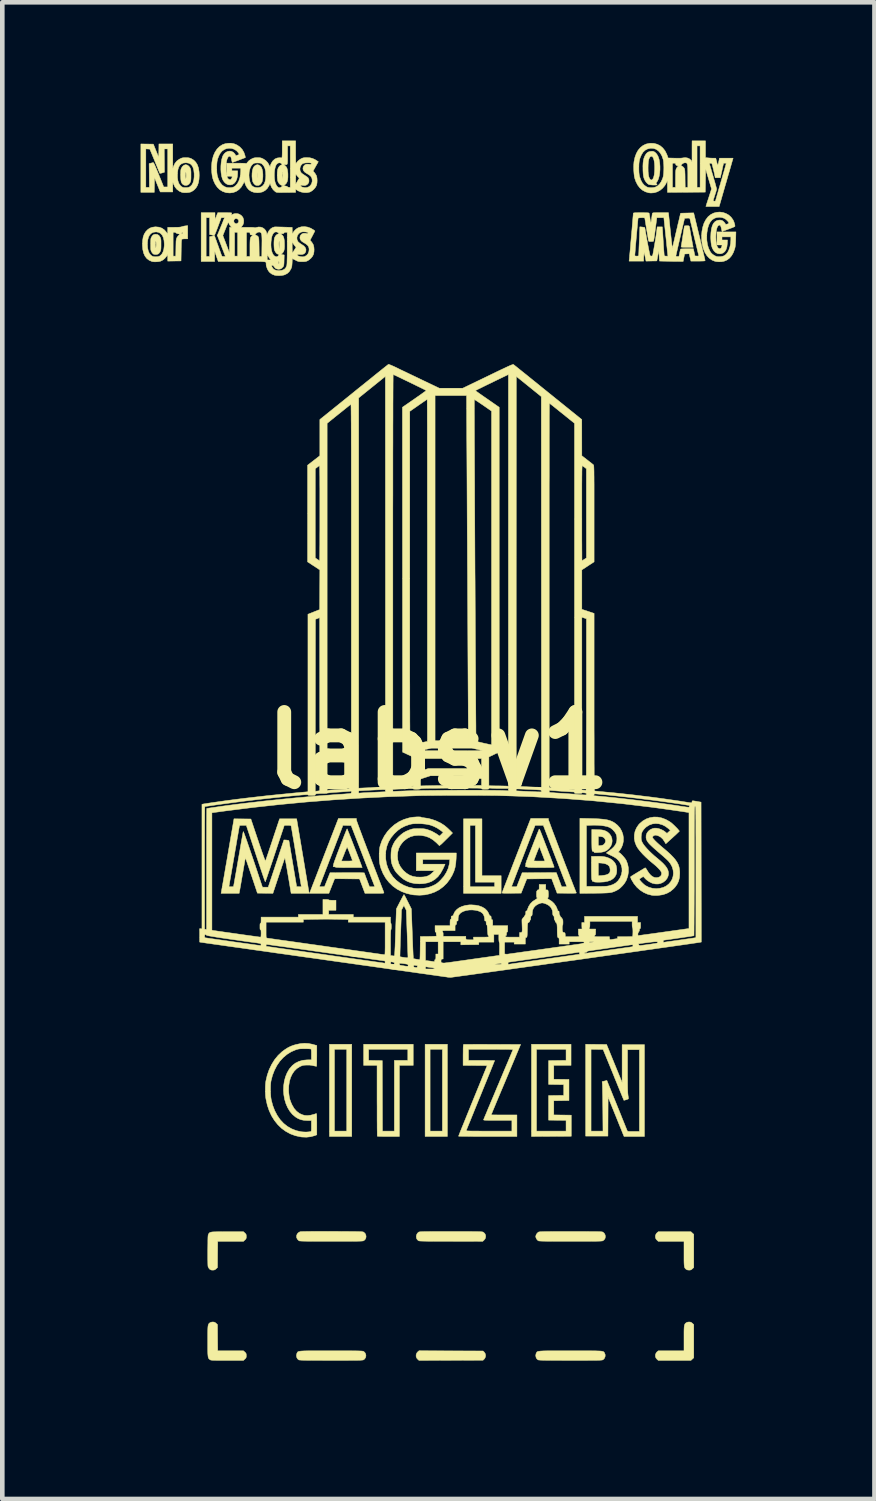
<source format=kicad_pcb>
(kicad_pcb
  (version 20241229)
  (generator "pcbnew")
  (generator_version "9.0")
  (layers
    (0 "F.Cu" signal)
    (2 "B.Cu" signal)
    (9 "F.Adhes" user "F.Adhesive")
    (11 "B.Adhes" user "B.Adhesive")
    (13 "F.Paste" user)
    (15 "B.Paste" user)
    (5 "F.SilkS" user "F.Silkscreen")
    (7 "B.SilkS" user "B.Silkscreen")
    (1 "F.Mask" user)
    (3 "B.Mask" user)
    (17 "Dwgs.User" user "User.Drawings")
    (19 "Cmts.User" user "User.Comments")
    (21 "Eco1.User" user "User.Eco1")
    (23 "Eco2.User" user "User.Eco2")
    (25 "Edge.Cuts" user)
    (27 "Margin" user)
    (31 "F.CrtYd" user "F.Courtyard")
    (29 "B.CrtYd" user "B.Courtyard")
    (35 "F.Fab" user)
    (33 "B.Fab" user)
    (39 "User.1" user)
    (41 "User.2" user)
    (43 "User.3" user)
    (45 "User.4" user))
  (footprint "labsv1"
    (layer "F.Cu")
    (at 6.453 13.226)
    (property "Reference" "labsv1" (at 0 0 0) (layer "F.SilkS") (effects (font (size 1.524 1.524) (thickness 0.3))))
    (attr through_hole)
    (fp_poly (pts (xy -1.874 8.372) (xy -2.358 8.372) (xy -2.358 6.481) (xy -2.249 6.481) (xy -2.249 8.256) (xy -1.983 8.256) (xy -1.983 6.481) (xy -2.249 6.481) (xy -2.358 6.481) (xy -2.358 6.373) (xy -1.874 6.373) (xy -1.874 8.372)) (stroke (width 0.01) (type solid)) (fill yes) (layer "F.SilkS"))
    (fp_poly (pts (xy 0.2 8.372) (xy -0.283 8.372) (xy -0.283 6.481) (xy -0.175 6.481) (xy -0.175 8.256) (xy 0.092 8.256) (xy 0.092 6.481) (xy -0.175 6.481) (xy -0.283 6.481) (xy -0.283 6.373) (xy 0.2 6.373) (xy 0.2 8.372)) (stroke (width 0.01) (type solid)) (fill yes) (layer "F.SilkS"))
    (fp_poly (pts (xy 0.95 2.716) (xy 1.366 2.716) (xy 1.366 3.099) (xy 0.55 3.099) (xy 0.55 1.624) (xy 0.691 1.624) (xy 0.691 2.957) (xy 1.225 2.957) (xy 1.225 2.857) (xy 0.808 2.857) (xy 0.808 1.624) (xy 0.691 1.624) (xy 0.55 1.624) (xy 0.55 1.483) (xy 0.95 1.483) (xy 0.95 2.716)) (stroke (width 0.01) (type solid)) (fill yes) (layer "F.SilkS"))
    (fp_poly (pts (xy 0.279 13.023) (xy 0.973 13.025) (xy 0.995 13.045) (xy 1.019 13.078) (xy 1.029 13.116) (xy 1.025 13.155) (xy 1.007 13.191) (xy 0.995 13.204) (xy 0.973 13.225) (xy 0.279 13.227) (xy -0.415 13.229) (xy -0.44 13.208) (xy -0.467 13.176) (xy -0.479 13.139) (xy -0.477 13.101) (xy -0.461 13.065) (xy -0.441 13.042) (xy -0.415 13.02) (xy 0.279 13.023)) (stroke (width 0.01) (type solid)) (fill yes) (layer "F.SilkS"))
    (fp_poly (pts (xy 5.469 12.398) (xy 5.49 12.406) (xy 5.512 12.423) (xy 5.513 12.424) (xy 5.544 12.453) (xy 5.544 13.172) (xy 5.482 13.229) (xy 4.775 13.229) (xy 4.75 13.208) (xy 4.723 13.176) (xy 4.711 13.139) (xy 4.713 13.101) (xy 4.729 13.065) (xy 4.749 13.042) (xy 4.775 13.021) (xy 5.332 13.021) (xy 5.332 12.754) (xy 5.332 12.674) (xy 5.332 12.61) (xy 5.333 12.558) (xy 5.335 12.518) (xy 5.338 12.487) (xy 5.343 12.464) (xy 5.349 12.447) (xy 5.356 12.434) (xy 5.366 12.423) (xy 5.378 12.414) (xy 5.403 12.401) (xy 5.437 12.396) (xy 5.441 12.396) (xy 5.469 12.398)) (stroke (width 0.01) (type solid)) (fill yes) (layer "F.SilkS"))
    (fp_poly (pts (xy 5.544 10.495) (xy 5.544 11.214) (xy 5.513 11.243) (xy 5.49 11.261) (xy 5.47 11.269) (xy 5.443 11.271) (xy 5.441 11.271) (xy 5.406 11.267) (xy 5.38 11.255) (xy 5.378 11.253) (xy 5.366 11.243) (xy 5.356 11.232) (xy 5.348 11.219) (xy 5.342 11.202) (xy 5.338 11.178) (xy 5.335 11.147) (xy 5.333 11.106) (xy 5.332 11.054) (xy 5.332 10.988) (xy 5.332 10.913) (xy 5.332 10.647) (xy 4.775 10.647) (xy 4.75 10.625) (xy 4.723 10.594) (xy 4.711 10.557) (xy 4.713 10.518) (xy 4.729 10.482) (xy 4.749 10.46) (xy 4.775 10.438) (xy 5.482 10.438) (xy 5.544 10.495)) (stroke (width 0.01) (type solid)) (fill yes) (layer "F.SilkS"))
    (fp_poly (pts (xy 2.882 6.831) (xy 2.508 6.831) (xy 2.508 7.131) (xy 2.672 7.133) (xy 2.837 7.135) (xy 2.837 7.593) (xy 2.508 7.598) (xy 2.508 7.905) (xy 2.887 7.91) (xy 2.887 8.368) (xy 2.455 8.37) (xy 2.024 8.372) (xy 2.024 6.481) (xy 2.133 6.481) (xy 2.133 8.256) (xy 2.774 8.256) (xy 2.774 8.023) (xy 2.395 8.018) (xy 2.395 7.485) (xy 2.56 7.483) (xy 2.724 7.481) (xy 2.724 7.248) (xy 2.56 7.246) (xy 2.395 7.243) (xy 2.395 6.727) (xy 2.774 6.722) (xy 2.774 6.481) (xy 2.133 6.481) (xy 2.024 6.481) (xy 2.024 6.373) (xy 2.882 6.373) (xy 2.882 6.831)) (stroke (width 0.01) (type solid)) (fill yes) (layer "F.SilkS"))
    (fp_poly (pts (xy -0.541 6.831) (xy -0.841 6.831) (xy -0.841 8.372) (xy -1.077 8.372) (xy -1.139 8.372) (xy -1.194 8.372) (xy -1.242 8.371) (xy -1.28 8.37) (xy -1.306 8.368) (xy -1.319 8.367) (xy -1.319 8.367) (xy -1.32 8.358) (xy -1.321 8.333) (xy -1.321 8.295) (xy -1.322 8.243) (xy -1.323 8.179) (xy -1.323 8.104) (xy -1.324 8.02) (xy -1.324 7.927) (xy -1.324 7.827) (xy -1.324 7.721) (xy -1.325 7.61) (xy -1.325 7.596) (xy -1.325 6.831) (xy -1.616 6.831) (xy -1.616 6.481) (xy -1.508 6.481) (xy -1.508 6.722) (xy -1.36 6.725) (xy -1.212 6.727) (xy -1.21 7.491) (xy -1.208 8.256) (xy -0.95 8.256) (xy -0.95 6.723) (xy -0.658 6.723) (xy -0.658 6.481) (xy -1.508 6.481) (xy -1.616 6.481) (xy -1.616 6.373) (xy -0.541 6.373) (xy -0.541 6.831)) (stroke (width 0.01) (type solid)) (fill yes) (layer "F.SilkS"))
    (fp_poly (pts (xy 5.435 -11.378) (xy 5.445 -11.371) (xy 5.451 -11.356) (xy 5.456 -11.331) (xy 5.461 -11.296) (xy 5.464 -11.277) (xy 5.47 -11.245) (xy 5.477 -11.203) (xy 5.485 -11.156) (xy 5.495 -11.105) (xy 5.504 -11.056) (xy 5.512 -11.01) (xy 5.519 -10.972) (xy 5.525 -10.944) (xy 5.527 -10.932) (xy 5.532 -10.913) (xy 5.399 -10.913) (xy 5.349 -10.913) (xy 5.314 -10.914) (xy 5.291 -10.915) (xy 5.277 -10.917) (xy 5.271 -10.921) (xy 5.269 -10.926) (xy 5.27 -10.928) (xy 5.272 -10.939) (xy 5.276 -10.964) (xy 5.282 -11) (xy 5.289 -11.044) (xy 5.297 -11.094) (xy 5.305 -11.147) (xy 5.313 -11.199) (xy 5.321 -11.249) (xy 5.328 -11.295) (xy 5.334 -11.332) (xy 5.338 -11.359) (xy 5.34 -11.373) (xy 5.34 -11.375) (xy 5.348 -11.377) (xy 5.367 -11.379) (xy 5.393 -11.38) (xy 5.419 -11.38) (xy 5.435 -11.378)) (stroke (width 0.01) (type solid)) (fill yes) (layer "F.SilkS"))
    (fp_poly (pts (xy -3.891 -12.697) (xy -3.861 -12.679) (xy -3.838 -12.653) (xy -3.834 -12.647) (xy -3.818 -12.608) (xy -3.807 -12.557) (xy -3.802 -12.499) (xy -3.802 -12.439) (xy -3.808 -12.382) (xy -3.816 -12.342) (xy -3.828 -12.315) (xy -3.847 -12.288) (xy -3.853 -12.282) (xy -3.874 -12.264) (xy -3.894 -12.256) (xy -3.92 -12.254) (xy -3.947 -12.256) (xy -3.967 -12.265) (xy -3.986 -12.282) (xy -4.006 -12.307) (xy -4.02 -12.335) (xy -4.023 -12.342) (xy -4.033 -12.397) (xy -4.038 -12.457) (xy -4.037 -12.475) (xy -3.921 -12.475) (xy -3.92 -12.443) (xy -3.92 -12.423) (xy -3.919 -12.417) (xy -3.918 -12.426) (xy -3.918 -12.427) (xy -3.916 -12.462) (xy -3.917 -12.501) (xy -3.918 -12.519) (xy -3.919 -12.53) (xy -3.92 -12.526) (xy -3.92 -12.508) (xy -3.921 -12.478) (xy -3.921 -12.475) (xy -4.037 -12.475) (xy -4.036 -12.518) (xy -4.029 -12.574) (xy -4.016 -12.622) (xy -4.005 -12.647) (xy -3.984 -12.674) (xy -3.955 -12.694) (xy -3.925 -12.704) (xy -3.92 -12.704) (xy -3.891 -12.697)) (stroke (width 0.01) (type solid)) (fill yes) (layer "F.SilkS"))
    (fp_poly (pts (xy -4.192 10.467) (xy -4.174 10.485) (xy -4.165 10.5) (xy -4.162 10.521) (xy -4.161 10.542) (xy -4.162 10.57) (xy -4.167 10.589) (xy -4.178 10.605) (xy -4.192 10.618) (xy -4.223 10.647) (xy -4.781 10.647) (xy -4.784 10.93) (xy -4.786 11.214) (xy -4.817 11.243) (xy -4.839 11.261) (xy -4.86 11.269) (xy -4.887 11.271) (xy -4.889 11.271) (xy -4.92 11.269) (xy -4.944 11.259) (xy -4.956 11.25) (xy -4.975 11.227) (xy -4.989 11.201) (xy -4.99 11.198) (xy -4.993 11.179) (xy -4.995 11.145) (xy -4.996 11.093) (xy -4.997 11.026) (xy -4.997 10.942) (xy -4.997 10.843) (xy -4.997 10.837) (xy -4.996 10.754) (xy -4.995 10.686) (xy -4.995 10.631) (xy -4.994 10.588) (xy -4.993 10.556) (xy -4.991 10.531) (xy -4.989 10.514) (xy -4.986 10.502) (xy -4.983 10.493) (xy -4.979 10.486) (xy -4.977 10.483) (xy -4.969 10.472) (xy -4.961 10.463) (xy -4.951 10.456) (xy -4.938 10.451) (xy -4.921 10.447) (xy -4.897 10.443) (xy -4.865 10.441) (xy -4.824 10.44) (xy -4.772 10.439) (xy -4.707 10.439) (xy -4.629 10.438) (xy -4.571 10.438) (xy -4.223 10.438) (xy -4.192 10.467)) (stroke (width 0.01) (type solid)) (fill yes) (layer "F.SilkS"))
    (fp_poly (pts (xy -5.441 -12.696) (xy -5.411 -12.675) (xy -5.385 -12.644) (xy -5.379 -12.631) (xy -5.371 -12.613) (xy -5.366 -12.595) (xy -5.363 -12.572) (xy -5.361 -12.542) (xy -5.361 -12.5) (xy -5.361 -12.475) (xy -5.361 -12.427) (xy -5.362 -12.391) (xy -5.365 -12.365) (xy -5.369 -12.345) (xy -5.375 -12.328) (xy -5.379 -12.319) (xy -5.403 -12.284) (xy -5.435 -12.262) (xy -5.471 -12.254) (xy -5.51 -12.261) (xy -5.528 -12.27) (xy -5.549 -12.288) (xy -5.565 -12.312) (xy -5.576 -12.345) (xy -5.582 -12.389) (xy -5.585 -12.446) (xy -5.586 -12.476) (xy -5.482 -12.476) (xy -5.481 -12.441) (xy -5.478 -12.416) (xy -5.474 -12.405) (xy -5.473 -12.404) (xy -5.469 -12.412) (xy -5.466 -12.433) (xy -5.465 -12.465) (xy -5.465 -12.47) (xy -5.466 -12.502) (xy -5.468 -12.527) (xy -5.472 -12.541) (xy -5.473 -12.542) (xy -5.478 -12.537) (xy -5.48 -12.516) (xy -5.482 -12.482) (xy -5.482 -12.476) (xy -5.586 -12.476) (xy -5.586 -12.479) (xy -5.585 -12.527) (xy -5.584 -12.561) (xy -5.581 -12.587) (xy -5.577 -12.607) (xy -5.57 -12.625) (xy -5.567 -12.631) (xy -5.545 -12.666) (xy -5.516 -12.691) (xy -5.484 -12.703) (xy -5.473 -12.704) (xy -5.441 -12.696)) (stroke (width 0.01) (type solid)) (fill yes) (layer "F.SilkS"))
    (fp_poly (pts (xy 3.451 1.718) (xy 3.503 1.72) (xy 3.542 1.723) (xy 3.572 1.728) (xy 3.598 1.734) (xy 3.619 1.741) (xy 3.674 1.77) (xy 3.717 1.809) (xy 3.749 1.856) (xy 3.768 1.908) (xy 3.774 1.963) (xy 3.767 2.019) (xy 3.746 2.072) (xy 3.711 2.121) (xy 3.704 2.128) (xy 3.667 2.161) (xy 3.627 2.184) (xy 3.581 2.2) (xy 3.525 2.21) (xy 3.472 2.214) (xy 3.432 2.216) (xy 3.406 2.216) (xy 3.391 2.214) (xy 3.384 2.211) (xy 3.382 2.205) (xy 3.375 2.193) (xy 3.362 2.191) (xy 3.354 2.19) (xy 3.347 2.186) (xy 3.342 2.177) (xy 3.338 2.162) (xy 3.336 2.139) (xy 3.334 2.106) (xy 3.333 2.061) (xy 3.332 2.003) (xy 3.332 1.931) (xy 3.332 1.866) (xy 3.474 1.866) (xy 3.474 2.068) (xy 3.52 2.064) (xy 3.557 2.058) (xy 3.586 2.046) (xy 3.589 2.044) (xy 3.607 2.024) (xy 3.622 1.999) (xy 3.623 1.995) (xy 3.63 1.972) (xy 3.63 1.953) (xy 3.623 1.931) (xy 3.603 1.898) (xy 3.572 1.877) (xy 3.529 1.867) (xy 3.514 1.866) (xy 3.474 1.866) (xy 3.332 1.866) (xy 3.332 1.714) (xy 3.451 1.718)) (stroke (width 0.01) (type solid)) (fill yes) (layer "F.SilkS"))
    (fp_poly (pts (xy -4.861 12.398) (xy -4.84 12.406) (xy -4.818 12.423) (xy -4.817 12.424) (xy -4.786 12.453) (xy -4.784 12.737) (xy -4.781 13.021) (xy -4.223 13.021) (xy -4.192 13.049) (xy -4.174 13.067) (xy -4.165 13.083) (xy -4.162 13.103) (xy -4.161 13.125) (xy -4.162 13.153) (xy -4.167 13.171) (xy -4.178 13.187) (xy -4.192 13.2) (xy -4.223 13.229) (xy -4.576 13.229) (xy -4.662 13.229) (xy -4.733 13.229) (xy -4.79 13.229) (xy -4.836 13.228) (xy -4.871 13.227) (xy -4.897 13.226) (xy -4.916 13.224) (xy -4.929 13.222) (xy -4.939 13.219) (xy -4.946 13.216) (xy -4.951 13.212) (xy -4.952 13.211) (xy -4.963 13.202) (xy -4.973 13.192) (xy -4.98 13.181) (xy -4.986 13.166) (xy -4.99 13.145) (xy -4.993 13.118) (xy -4.996 13.082) (xy -4.997 13.037) (xy -4.998 12.979) (xy -4.998 12.909) (xy -4.998 12.823) (xy -4.998 12.812) (xy -4.998 12.725) (xy -4.998 12.653) (xy -4.997 12.594) (xy -4.996 12.547) (xy -4.994 12.511) (xy -4.991 12.483) (xy -4.986 12.461) (xy -4.981 12.446) (xy -4.974 12.434) (xy -4.965 12.424) (xy -4.954 12.415) (xy -4.952 12.414) (xy -4.927 12.401) (xy -4.893 12.396) (xy -4.889 12.396) (xy -4.861 12.398)) (stroke (width 0.01) (type solid)) (fill yes) (layer "F.SilkS"))
    (fp_poly (pts (xy -6.089 -11.19) (xy -6.057 -11.171) (xy -6.033 -11.137) (xy -6.03 -11.132) (xy -6.022 -11.114) (xy -6.017 -11.097) (xy -6.013 -11.077) (xy -6.011 -11.049) (xy -6.011 -11.011) (xy -6.011 -10.976) (xy -6.011 -10.928) (xy -6.012 -10.893) (xy -6.014 -10.868) (xy -6.018 -10.849) (xy -6.024 -10.832) (xy -6.03 -10.819) (xy -6.047 -10.791) (xy -6.067 -10.771) (xy -6.073 -10.767) (xy -6.105 -10.757) (xy -6.139 -10.756) (xy -6.17 -10.763) (xy -6.18 -10.768) (xy -6.195 -10.783) (xy -6.211 -10.806) (xy -6.217 -10.816) (xy -6.224 -10.831) (xy -6.229 -10.846) (xy -6.233 -10.865) (xy -6.234 -10.892) (xy -6.235 -10.928) (xy -6.235 -10.976) (xy -6.131 -10.976) (xy -6.13 -10.935) (xy -6.129 -10.911) (xy -6.125 -10.903) (xy -6.123 -10.905) (xy -6.119 -10.919) (xy -6.116 -10.944) (xy -6.115 -10.976) (xy -6.115 -10.976) (xy -6.116 -11.007) (xy -6.119 -11.032) (xy -6.123 -11.046) (xy -6.123 -11.046) (xy -6.127 -11.046) (xy -6.13 -11.03) (xy -6.131 -10.999) (xy -6.131 -10.976) (xy -6.235 -10.976) (xy -6.235 -11.025) (xy -6.234 -11.061) (xy -6.232 -11.087) (xy -6.229 -11.106) (xy -6.224 -11.121) (xy -6.217 -11.135) (xy -6.194 -11.17) (xy -6.167 -11.189) (xy -6.135 -11.196) (xy -6.129 -11.196) (xy -6.089 -11.19)) (stroke (width 0.01) (type solid)) (fill yes) (layer "F.SilkS"))
    (fp_poly (pts (xy 0.397 10.434) (xy 0.504 10.434) (xy 0.596 10.434) (xy 0.675 10.434) (xy 0.742 10.435) (xy 0.797 10.435) (xy 0.843 10.436) (xy 0.88 10.437) (xy 0.908 10.438) (xy 0.931 10.439) (xy 0.947 10.441) (xy 0.959 10.442) (xy 0.968 10.444) (xy 0.975 10.447) (xy 0.98 10.45) (xy 0.981 10.45) (xy 1.011 10.477) (xy 1.028 10.511) (xy 1.031 10.548) (xy 1.022 10.585) (xy 0.998 10.618) (xy 0.996 10.619) (xy 0.967 10.647) (xy 0.281 10.646) (xy 0.156 10.646) (xy 0.047 10.646) (xy -0.048 10.646) (xy -0.129 10.645) (xy -0.198 10.645) (xy -0.255 10.644) (xy -0.302 10.643) (xy -0.34 10.642) (xy -0.369 10.641) (xy -0.391 10.64) (xy -0.407 10.638) (xy -0.418 10.636) (xy -0.425 10.634) (xy -0.427 10.633) (xy -0.454 10.61) (xy -0.47 10.579) (xy -0.475 10.542) (xy -0.468 10.506) (xy -0.451 10.473) (xy -0.427 10.45) (xy -0.423 10.447) (xy -0.417 10.445) (xy -0.408 10.442) (xy -0.397 10.441) (xy -0.381 10.439) (xy -0.359 10.438) (xy -0.33 10.437) (xy -0.294 10.436) (xy -0.249 10.435) (xy -0.193 10.435) (xy -0.127 10.434) (xy -0.048 10.434) (xy 0.044 10.434) (xy 0.15 10.434) (xy 0.272 10.434) (xy 0.275 10.434) (xy 0.397 10.434)) (stroke (width 0.01) (type solid)) (fill yes) (layer "F.SilkS"))
    (fp_poly (pts (xy 3.539 2.298) (xy 3.589 2.303) (xy 3.633 2.311) (xy 3.673 2.323) (xy 3.713 2.34) (xy 3.732 2.349) (xy 3.786 2.385) (xy 3.829 2.433) (xy 3.85 2.468) (xy 3.863 2.505) (xy 3.871 2.551) (xy 3.874 2.601) (xy 3.87 2.649) (xy 3.861 2.688) (xy 3.861 2.688) (xy 3.834 2.739) (xy 3.794 2.781) (xy 3.742 2.814) (xy 3.677 2.837) (xy 3.599 2.852) (xy 3.507 2.857) (xy 3.489 2.857) (xy 3.443 2.857) (xy 3.409 2.855) (xy 3.388 2.852) (xy 3.382 2.849) (xy 3.375 2.843) (xy 3.361 2.841) (xy 3.345 2.837) (xy 3.341 2.825) (xy 3.337 2.809) (xy 3.332 2.803) (xy 3.33 2.793) (xy 3.328 2.768) (xy 3.326 2.727) (xy 3.326 2.718) (xy 3.474 2.718) (xy 3.543 2.714) (xy 3.582 2.709) (xy 3.622 2.703) (xy 3.654 2.695) (xy 3.656 2.694) (xy 3.694 2.677) (xy 3.718 2.654) (xy 3.729 2.622) (xy 3.73 2.582) (xy 3.722 2.537) (xy 3.709 2.51) (xy 3.681 2.484) (xy 3.641 2.463) (xy 3.59 2.449) (xy 3.538 2.443) (xy 3.474 2.439) (xy 3.474 2.718) (xy 3.326 2.718) (xy 3.325 2.673) (xy 3.324 2.605) (xy 3.324 2.549) (xy 3.324 2.299) (xy 3.405 2.297) (xy 3.479 2.296) (xy 3.539 2.298)) (stroke (width 0.01) (type solid)) (fill yes) (layer "F.SilkS"))
    (fp_poly (pts (xy -2.431 10.431) (xy -2.297 10.432) (xy -2.176 10.432) (xy -2.071 10.433) (xy -1.98 10.433) (xy -1.902 10.434) (xy -1.837 10.434) (xy -1.783 10.435) (xy -1.738 10.436) (xy -1.703 10.437) (xy -1.675 10.438) (xy -1.655 10.439) (xy -1.639 10.441) (xy -1.628 10.443) (xy -1.621 10.445) (xy -1.615 10.448) (xy -1.614 10.449) (xy -1.585 10.476) (xy -1.568 10.51) (xy -1.563 10.547) (xy -1.57 10.583) (xy -1.59 10.614) (xy -1.617 10.634) (xy -1.623 10.637) (xy -1.634 10.639) (xy -1.649 10.64) (xy -1.671 10.642) (xy -1.7 10.643) (xy -1.737 10.644) (xy -1.783 10.645) (xy -1.84 10.645) (xy -1.908 10.646) (xy -1.989 10.646) (xy -2.083 10.646) (xy -2.192 10.646) (xy -2.317 10.646) (xy -2.318 10.646) (xy -2.446 10.646) (xy -2.559 10.646) (xy -2.657 10.646) (xy -2.741 10.645) (xy -2.812 10.645) (xy -2.871 10.644) (xy -2.918 10.643) (xy -2.955 10.642) (xy -2.982 10.64) (xy -3.001 10.639) (xy -3.012 10.637) (xy -3.015 10.636) (xy -3.033 10.622) (xy -3.052 10.601) (xy -3.056 10.596) (xy -3.071 10.561) (xy -3.071 10.525) (xy -3.058 10.49) (xy -3.034 10.461) (xy -3 10.441) (xy -2.989 10.438) (xy -2.974 10.436) (xy -2.943 10.435) (xy -2.896 10.434) (xy -2.833 10.433) (xy -2.754 10.432) (xy -2.661 10.431) (xy -2.553 10.431) (xy -2.431 10.431)) (stroke (width 0.01) (type solid)) (fill yes) (layer "F.SilkS"))
    (fp_poly (pts (xy 2.997 10.434) (xy 3.104 10.434) (xy 3.196 10.434) (xy 3.276 10.435) (xy 3.343 10.435) (xy 3.398 10.435) (xy 3.444 10.436) (xy 3.481 10.437) (xy 3.51 10.438) (xy 3.532 10.439) (xy 3.548 10.441) (xy 3.56 10.443) (xy 3.568 10.445) (xy 3.574 10.447) (xy 3.576 10.449) (xy 3.605 10.476) (xy 3.622 10.51) (xy 3.627 10.547) (xy 3.62 10.583) (xy 3.6 10.614) (xy 3.573 10.634) (xy 3.567 10.637) (xy 3.556 10.639) (xy 3.541 10.64) (xy 3.519 10.642) (xy 3.49 10.643) (xy 3.453 10.644) (xy 3.407 10.645) (xy 3.35 10.645) (xy 3.282 10.646) (xy 3.201 10.646) (xy 3.107 10.646) (xy 2.998 10.646) (xy 2.873 10.646) (xy 2.872 10.646) (xy 2.744 10.646) (xy 2.631 10.646) (xy 2.533 10.646) (xy 2.449 10.645) (xy 2.378 10.645) (xy 2.319 10.644) (xy 2.272 10.643) (xy 2.235 10.642) (xy 2.208 10.64) (xy 2.189 10.639) (xy 2.178 10.637) (xy 2.175 10.636) (xy 2.15 10.617) (xy 2.13 10.588) (xy 2.118 10.557) (xy 2.116 10.543) (xy 2.123 10.51) (xy 2.142 10.478) (xy 2.168 10.451) (xy 2.171 10.449) (xy 2.176 10.446) (xy 2.183 10.444) (xy 2.192 10.442) (xy 2.205 10.44) (xy 2.223 10.439) (xy 2.247 10.438) (xy 2.277 10.437) (xy 2.317 10.436) (xy 2.365 10.435) (xy 2.424 10.435) (xy 2.494 10.434) (xy 2.577 10.434) (xy 2.674 10.434) (xy 2.785 10.434) (xy 2.874 10.434) (xy 2.997 10.434)) (stroke (width 0.01) (type solid)) (fill yes) (layer "F.SilkS"))
    (fp_poly (pts (xy -2.32 13.021) (xy -2.196 13.021) (xy -2.089 13.021) (xy -1.996 13.021) (xy -1.916 13.021) (xy -1.848 13.022) (xy -1.792 13.022) (xy -1.746 13.023) (xy -1.709 13.024) (xy -1.68 13.025) (xy -1.658 13.026) (xy -1.642 13.028) (xy -1.63 13.03) (xy -1.622 13.032) (xy -1.617 13.034) (xy -1.616 13.034) (xy -1.588 13.06) (xy -1.571 13.093) (xy -1.566 13.13) (xy -1.574 13.166) (xy -1.594 13.197) (xy -1.616 13.215) (xy -1.622 13.218) (xy -1.63 13.22) (xy -1.641 13.222) (xy -1.657 13.223) (xy -1.679 13.225) (xy -1.708 13.226) (xy -1.744 13.227) (xy -1.79 13.227) (xy -1.845 13.228) (xy -1.912 13.228) (xy -1.991 13.229) (xy -2.084 13.229) (xy -2.191 13.229) (xy -2.313 13.229) (xy -2.321 13.229) (xy -2.446 13.229) (xy -2.555 13.228) (xy -2.649 13.228) (xy -2.73 13.228) (xy -2.799 13.227) (xy -2.856 13.227) (xy -2.902 13.226) (xy -2.94 13.225) (xy -2.969 13.224) (xy -2.991 13.222) (xy -3.007 13.221) (xy -3.018 13.219) (xy -3.025 13.217) (xy -3.026 13.216) (xy -3.052 13.193) (xy -3.068 13.161) (xy -3.074 13.123) (xy -3.067 13.085) (xy -3.061 13.07) (xy -3.057 13.062) (xy -3.053 13.054) (xy -3.048 13.047) (xy -3.041 13.042) (xy -3.031 13.037) (xy -3.017 13.033) (xy -2.997 13.03) (xy -2.972 13.027) (xy -2.939 13.025) (xy -2.898 13.023) (xy -2.847 13.022) (xy -2.786 13.021) (xy -2.713 13.021) (xy -2.627 13.021) (xy -2.528 13.021) (xy -2.414 13.021) (xy -2.32 13.021)) (stroke (width 0.01) (type solid)) (fill yes) (layer "F.SilkS"))
    (fp_poly (pts (xy 3.2 13.021) (xy 3.282 13.021) (xy 3.351 13.022) (xy 3.409 13.022) (xy 3.457 13.024) (xy 3.495 13.025) (xy 3.526 13.027) (xy 3.55 13.03) (xy 3.567 13.034) (xy 3.58 13.038) (xy 3.59 13.043) (xy 3.596 13.049) (xy 3.601 13.056) (xy 3.606 13.063) (xy 3.61 13.071) (xy 3.623 13.107) (xy 3.621 13.146) (xy 3.607 13.182) (xy 3.582 13.21) (xy 3.573 13.215) (xy 3.568 13.218) (xy 3.56 13.22) (xy 3.549 13.222) (xy 3.533 13.223) (xy 3.511 13.225) (xy 3.482 13.226) (xy 3.446 13.227) (xy 3.4 13.227) (xy 3.344 13.228) (xy 3.278 13.228) (xy 3.199 13.229) (xy 3.106 13.229) (xy 2.999 13.229) (xy 2.877 13.229) (xy 2.869 13.229) (xy 2.744 13.229) (xy 2.635 13.228) (xy 2.541 13.228) (xy 2.46 13.228) (xy 2.391 13.227) (xy 2.334 13.227) (xy 2.288 13.226) (xy 2.25 13.225) (xy 2.221 13.224) (xy 2.199 13.222) (xy 2.183 13.221) (xy 2.172 13.219) (xy 2.165 13.217) (xy 2.164 13.216) (xy 2.138 13.193) (xy 2.122 13.161) (xy 2.116 13.123) (xy 2.122 13.085) (xy 2.129 13.07) (xy 2.133 13.062) (xy 2.137 13.054) (xy 2.142 13.047) (xy 2.149 13.042) (xy 2.159 13.037) (xy 2.173 13.033) (xy 2.193 13.03) (xy 2.218 13.027) (xy 2.251 13.025) (xy 2.292 13.023) (xy 2.343 13.022) (xy 2.404 13.021) (xy 2.477 13.021) (xy 2.563 13.021) (xy 2.662 13.021) (xy 2.776 13.021) (xy 2.87 13.021) (xy 2.995 13.021) (xy 3.105 13.021) (xy 3.2 13.021)) (stroke (width 0.01) (type solid)) (fill yes) (layer "F.SilkS"))
    (fp_poly (pts (xy 4.669 -12.992) (xy 4.688 -12.983) (xy 4.705 -12.972) (xy 4.74 -12.936) (xy 4.769 -12.886) (xy 4.791 -12.823) (xy 4.794 -12.81) (xy 4.805 -12.742) (xy 4.811 -12.669) (xy 4.811 -12.596) (xy 4.805 -12.525) (xy 4.794 -12.458) (xy 4.779 -12.401) (xy 4.759 -12.354) (xy 4.742 -12.329) (xy 4.729 -12.312) (xy 4.727 -12.301) (xy 4.733 -12.291) (xy 4.735 -12.289) (xy 4.745 -12.275) (xy 4.748 -12.268) (xy 4.741 -12.265) (xy 4.721 -12.263) (xy 4.692 -12.263) (xy 4.659 -12.263) (xy 4.626 -12.266) (xy 4.597 -12.269) (xy 4.575 -12.272) (xy 4.569 -12.274) (xy 4.538 -12.295) (xy 4.507 -12.329) (xy 4.481 -12.371) (xy 4.464 -12.412) (xy 4.456 -12.441) (xy 4.45 -12.474) (xy 4.446 -12.514) (xy 4.443 -12.565) (xy 4.442 -12.592) (xy 4.442 -12.633) (xy 4.553 -12.633) (xy 4.554 -12.558) (xy 4.559 -12.498) (xy 4.567 -12.452) (xy 4.579 -12.416) (xy 4.595 -12.391) (xy 4.599 -12.387) (xy 4.613 -12.374) (xy 4.624 -12.372) (xy 4.64 -12.379) (xy 4.64 -12.379) (xy 4.659 -12.398) (xy 4.674 -12.433) (xy 4.686 -12.482) (xy 4.693 -12.546) (xy 4.696 -12.6) (xy 4.696 -12.672) (xy 4.692 -12.735) (xy 4.684 -12.789) (xy 4.673 -12.833) (xy 4.658 -12.864) (xy 4.641 -12.883) (xy 4.621 -12.887) (xy 4.6 -12.876) (xy 4.599 -12.875) (xy 4.582 -12.853) (xy 4.569 -12.82) (xy 4.56 -12.775) (xy 4.555 -12.717) (xy 4.553 -12.644) (xy 4.553 -12.633) (xy 4.442 -12.633) (xy 4.441 -12.672) (xy 4.444 -12.74) (xy 4.451 -12.796) (xy 4.463 -12.845) (xy 4.48 -12.888) (xy 4.483 -12.894) (xy 4.509 -12.938) (xy 4.538 -12.968) (xy 4.573 -12.986) (xy 4.617 -12.994) (xy 4.618 -12.994) (xy 4.648 -12.995) (xy 4.669 -12.992)) (stroke (width 0.01) (type solid)) (fill yes) (layer "F.SilkS"))
    (fp_poly (pts (xy -1.971 1.707) (xy -1.962 1.728) (xy -1.949 1.762) (xy -1.931 1.805) (xy -1.911 1.858) (xy -1.887 1.917) (xy -1.862 1.981) (xy -1.836 2.049) (xy -1.809 2.118) (xy -1.782 2.187) (xy -1.756 2.254) (xy -1.732 2.317) (xy -1.709 2.375) (xy -1.69 2.426) (xy -1.674 2.468) (xy -1.662 2.5) (xy -1.655 2.519) (xy -1.654 2.522) (xy -1.648 2.541) (xy -1.936 2.541) (xy -2.022 2.541) (xy -2.093 2.54) (xy -2.149 2.539) (xy -2.19 2.537) (xy -2.215 2.535) (xy -2.224 2.533) (xy -2.224 2.533) (xy -2.232 2.527) (xy -2.25 2.524) (xy -2.254 2.524) (xy -2.274 2.522) (xy -2.278 2.516) (xy -2.278 2.515) (xy -2.274 2.501) (xy -2.27 2.479) (xy -2.27 2.471) (xy -2.266 2.458) (xy -2.258 2.432) (xy -2.246 2.399) (xy -2.099 2.399) (xy -1.978 2.399) (xy -1.935 2.399) (xy -1.899 2.397) (xy -1.873 2.395) (xy -1.859 2.393) (xy -1.858 2.392) (xy -1.861 2.382) (xy -1.869 2.36) (xy -1.88 2.328) (xy -1.895 2.29) (xy -1.911 2.249) (xy -1.927 2.207) (xy -1.942 2.168) (xy -1.956 2.135) (xy -1.966 2.11) (xy -1.972 2.097) (xy -1.972 2.096) (xy -1.976 2.101) (xy -1.986 2.119) (xy -1.999 2.147) (xy -2.014 2.184) (xy -2.026 2.212) (xy -2.043 2.258) (xy -2.06 2.299) (xy -2.074 2.335) (xy -2.084 2.36) (xy -2.087 2.368) (xy -2.099 2.399) (xy -2.246 2.399) (xy -2.245 2.395) (xy -2.228 2.348) (xy -2.208 2.294) (xy -2.186 2.233) (xy -2.161 2.169) (xy -2.136 2.102) (xy -2.11 2.035) (xy -2.085 1.969) (xy -2.06 1.907) (xy -2.038 1.849) (xy -2.017 1.798) (xy -2 1.756) (xy -1.987 1.724) (xy -1.978 1.705) (xy -1.974 1.7) (xy -1.971 1.707)) (stroke (width 0.01) (type solid)) (fill yes) (layer "F.SilkS"))
    (fp_poly (pts (xy 2.196 1.709) (xy 2.206 1.726) (xy 2.218 1.753) (xy 2.229 1.78) (xy 2.239 1.806) (xy 2.254 1.845) (xy 2.274 1.895) (xy 2.297 1.955) (xy 2.322 2.021) (xy 2.35 2.092) (xy 2.378 2.165) (xy 2.388 2.191) (xy 2.415 2.261) (xy 2.441 2.327) (xy 2.463 2.386) (xy 2.482 2.437) (xy 2.498 2.479) (xy 2.509 2.51) (xy 2.515 2.527) (xy 2.516 2.53) (xy 2.512 2.533) (xy 2.501 2.536) (xy 2.481 2.538) (xy 2.45 2.539) (xy 2.407 2.54) (xy 2.351 2.54) (xy 2.28 2.541) (xy 2.228 2.541) (xy 2.143 2.541) (xy 2.072 2.54) (xy 2.016 2.539) (xy 1.975 2.537) (xy 1.95 2.535) (xy 1.941 2.533) (xy 1.941 2.533) (xy 1.934 2.527) (xy 1.916 2.524) (xy 1.916 2.524) (xy 1.897 2.52) (xy 1.892 2.508) (xy 1.899 2.491) (xy 1.902 2.476) (xy 1.899 2.47) (xy 1.899 2.459) (xy 1.906 2.434) (xy 1.918 2.398) (xy 1.919 2.394) (xy 2.074 2.394) (xy 2.082 2.396) (xy 2.104 2.397) (xy 2.136 2.399) (xy 2.176 2.399) (xy 2.195 2.399) (xy 2.315 2.399) (xy 2.304 2.368) (xy 2.297 2.35) (xy 2.285 2.319) (xy 2.27 2.28) (xy 2.253 2.236) (xy 2.243 2.21) (xy 2.194 2.083) (xy 2.134 2.235) (xy 2.116 2.283) (xy 2.1 2.324) (xy 2.087 2.358) (xy 2.078 2.382) (xy 2.074 2.393) (xy 2.074 2.394) (xy 1.919 2.394) (xy 1.935 2.352) (xy 1.936 2.349) (xy 1.95 2.313) (xy 1.969 2.264) (xy 1.992 2.206) (xy 2.017 2.141) (xy 2.044 2.073) (xy 2.071 2.003) (xy 2.082 1.974) (xy 2.107 1.912) (xy 2.129 1.854) (xy 2.15 1.804) (xy 2.167 1.761) (xy 2.18 1.73) (xy 2.188 1.71) (xy 2.191 1.705) (xy 2.196 1.709)) (stroke (width 0.01) (type solid)) (fill yes) (layer "F.SilkS"))
    (fp_poly (pts (xy 3.426 6.375) (xy 3.653 6.377) (xy 3.99 7.202) (xy 3.99 6.792) (xy 3.99 6.381) (xy 4.474 6.381) (xy 4.474 8.372) (xy 4.032 8.372) (xy 4.019 8.341) (xy 4.013 8.327) (xy 4.002 8.3) (xy 3.986 8.26) (xy 3.966 8.209) (xy 3.941 8.15) (xy 3.914 8.083) (xy 3.885 8.01) (xy 3.854 7.933) (xy 3.846 7.914) (xy 3.686 7.519) (xy 3.682 8.364) (xy 3.199 8.364) (xy 3.199 8.256) (xy 3.316 8.256) (xy 3.575 8.256) (xy 3.571 7.766) (xy 3.57 7.676) (xy 3.569 7.589) (xy 3.568 7.508) (xy 3.566 7.434) (xy 3.565 7.369) (xy 3.564 7.314) (xy 3.563 7.272) (xy 3.562 7.243) (xy 3.561 7.23) (xy 3.556 7.183) (xy 3.659 7.157) (xy 3.67 7.184) (xy 3.675 7.197) (xy 3.686 7.225) (xy 3.702 7.264) (xy 3.722 7.313) (xy 3.746 7.372) (xy 3.772 7.437) (xy 3.801 7.509) (xy 3.832 7.584) (xy 3.864 7.663) (xy 3.896 7.742) (xy 3.928 7.82) (xy 3.959 7.897) (xy 3.988 7.97) (xy 4.015 8.037) (xy 4.04 8.098) (xy 4.061 8.151) (xy 4.078 8.193) (xy 4.091 8.224) (xy 4.098 8.242) (xy 4.099 8.245) (xy 4.103 8.252) (xy 4.108 8.257) (xy 4.118 8.261) (xy 4.135 8.263) (xy 4.162 8.264) (xy 4.202 8.264) (xy 4.236 8.264) (xy 4.365 8.264) (xy 4.365 6.49) (xy 4.107 6.49) (xy 4.107 6.954) (xy 4.107 7.061) (xy 4.108 7.153) (xy 4.108 7.231) (xy 4.109 7.296) (xy 4.11 7.35) (xy 4.112 7.393) (xy 4.113 7.428) (xy 4.116 7.455) (xy 4.118 7.477) (xy 4.119 7.485) (xy 4.124 7.516) (xy 4.127 7.541) (xy 4.126 7.555) (xy 4.125 7.557) (xy 4.115 7.562) (xy 4.095 7.57) (xy 4.071 7.578) (xy 4.048 7.584) (xy 4.032 7.588) (xy 4.028 7.588) (xy 4.025 7.58) (xy 4.016 7.558) (xy 4.001 7.523) (xy 3.982 7.476) (xy 3.958 7.418) (xy 3.931 7.352) (xy 3.9 7.277) (xy 3.867 7.195) (xy 3.831 7.108) (xy 3.802 7.035) (xy 3.577 6.485) (xy 3.446 6.483) (xy 3.316 6.481) (xy 3.316 8.256) (xy 3.199 8.256) (xy 3.199 6.373) (xy 3.426 6.375)) (stroke (width 0.01) (type solid)) (fill yes) (layer "F.SilkS"))
    (fp_poly (pts (xy 3.305 1.477) (xy 3.403 1.48) (xy 3.487 1.484) (xy 3.558 1.49) (xy 3.618 1.497) (xy 3.669 1.506) (xy 3.714 1.518) (xy 3.754 1.533) (xy 3.791 1.55) (xy 3.827 1.572) (xy 3.829 1.573) (xy 3.891 1.623) (xy 3.942 1.681) (xy 3.98 1.748) (xy 4.006 1.819) (xy 4.018 1.893) (xy 4.017 1.968) (xy 4.002 2.042) (xy 3.973 2.112) (xy 3.945 2.156) (xy 3.909 2.205) (xy 3.932 2.219) (xy 3.955 2.236) (xy 3.983 2.263) (xy 4.013 2.296) (xy 4.042 2.33) (xy 4.065 2.361) (xy 4.077 2.381) (xy 4.109 2.462) (xy 4.126 2.547) (xy 4.127 2.635) (xy 4.113 2.722) (xy 4.084 2.807) (xy 4.077 2.822) (xy 4.044 2.878) (xy 4 2.933) (xy 3.95 2.982) (xy 3.897 3.021) (xy 3.865 3.038) (xy 3.836 3.052) (xy 3.81 3.063) (xy 3.784 3.072) (xy 3.758 3.079) (xy 3.728 3.084) (xy 3.693 3.088) (xy 3.651 3.091) (xy 3.6 3.093) (xy 3.538 3.095) (xy 3.462 3.096) (xy 3.388 3.097) (xy 3.074 3.1) (xy 3.074 1.627) (xy 3.216 1.627) (xy 3.216 2.949) (xy 3.435 2.949) (xy 3.504 2.949) (xy 3.559 2.948) (xy 3.602 2.947) (xy 3.636 2.946) (xy 3.663 2.943) (xy 3.686 2.94) (xy 3.708 2.935) (xy 3.72 2.932) (xy 3.792 2.908) (xy 3.851 2.874) (xy 3.9 2.829) (xy 3.94 2.772) (xy 3.946 2.76) (xy 3.975 2.69) (xy 3.988 2.62) (xy 3.986 2.55) (xy 3.969 2.483) (xy 3.938 2.422) (xy 3.898 2.373) (xy 3.872 2.349) (xy 3.845 2.329) (xy 3.812 2.309) (xy 3.77 2.287) (xy 3.749 2.277) (xy 3.712 2.259) (xy 3.681 2.243) (xy 3.659 2.231) (xy 3.649 2.225) (xy 3.649 2.224) (xy 3.655 2.217) (xy 3.672 2.204) (xy 3.696 2.186) (xy 3.701 2.183) (xy 3.761 2.137) (xy 3.807 2.094) (xy 3.84 2.052) (xy 3.862 2.009) (xy 3.874 1.962) (xy 3.877 1.915) (xy 3.875 1.876) (xy 3.87 1.847) (xy 3.86 1.818) (xy 3.854 1.805) (xy 3.825 1.761) (xy 3.786 1.718) (xy 3.741 1.683) (xy 3.714 1.668) (xy 3.667 1.651) (xy 3.606 1.638) (xy 3.535 1.628) (xy 3.457 1.622) (xy 3.374 1.621) (xy 3.319 1.622) (xy 3.216 1.627) (xy 3.074 1.627) (xy 3.074 1.472) (xy 3.305 1.477)) (stroke (width 0.01) (type solid)) (fill yes) (layer "F.SilkS"))
    (fp_poly (pts (xy 2.391 1.497) (xy 2.394 1.507) (xy 2.402 1.531) (xy 2.416 1.567) (xy 2.434 1.616) (xy 2.456 1.675) (xy 2.481 1.744) (xy 2.51 1.82) (xy 2.542 1.904) (xy 2.575 1.992) (xy 2.61 2.085) (xy 2.647 2.181) (xy 2.684 2.279) (xy 2.721 2.376) (xy 2.758 2.474) (xy 2.795 2.569) (xy 2.83 2.66) (xy 2.863 2.747) (xy 2.895 2.828) (xy 2.923 2.903) (xy 2.949 2.968) (xy 2.971 3.024) (xy 2.989 3.069) (xy 2.997 3.089) (xy 2.995 3.092) (xy 2.985 3.095) (xy 2.967 3.096) (xy 2.937 3.097) (xy 2.895 3.098) (xy 2.839 3.097) (xy 2.791 3.097) (xy 2.58 3.095) (xy 2.521 2.939) (xy 2.462 2.782) (xy 2.192 2.784) (xy 1.922 2.787) (xy 1.8 3.095) (xy 1.591 3.097) (xy 1.524 3.098) (xy 1.473 3.098) (xy 1.435 3.097) (xy 1.408 3.096) (xy 1.393 3.094) (xy 1.386 3.091) (xy 1.385 3.089) (xy 1.389 3.08) (xy 1.398 3.056) (xy 1.412 3.019) (xy 1.431 2.97) (xy 1.44 2.947) (xy 1.593 2.947) (xy 1.596 2.953) (xy 1.61 2.956) (xy 1.638 2.957) (xy 1.646 2.957) (xy 1.704 2.957) (xy 1.822 2.653) (xy 2.193 2.651) (xy 2.563 2.649) (xy 2.621 2.803) (xy 2.678 2.957) (xy 2.735 2.957) (xy 2.767 2.956) (xy 2.784 2.954) (xy 2.789 2.948) (xy 2.788 2.947) (xy 2.785 2.938) (xy 2.776 2.914) (xy 2.762 2.877) (xy 2.743 2.828) (xy 2.72 2.769) (xy 2.693 2.699) (xy 2.663 2.621) (xy 2.63 2.535) (xy 2.595 2.443) (xy 2.557 2.346) (xy 2.532 2.281) (xy 2.28 1.624) (xy 2.103 1.624) (xy 1.85 2.281) (xy 1.812 2.38) (xy 1.775 2.476) (xy 1.74 2.566) (xy 1.708 2.649) (xy 1.679 2.724) (xy 1.654 2.79) (xy 1.632 2.847) (xy 1.615 2.891) (xy 1.602 2.924) (xy 1.595 2.943) (xy 1.593 2.947) (xy 1.44 2.947) (xy 1.455 2.909) (xy 1.482 2.838) (xy 1.513 2.758) (xy 1.547 2.67) (xy 1.583 2.575) (xy 1.622 2.474) (xy 1.663 2.368) (xy 1.685 2.312) (xy 1.727 2.203) (xy 1.768 2.098) (xy 1.806 1.999) (xy 1.842 1.905) (xy 1.876 1.819) (xy 1.906 1.741) (xy 1.932 1.672) (xy 1.955 1.614) (xy 1.973 1.567) (xy 1.986 1.534) (xy 1.994 1.514) (xy 1.995 1.51) (xy 2.009 1.475) (xy 2.391 1.475) (xy 2.391 1.497)) (stroke (width 0.01) (type solid)) (fill yes) (layer "F.SilkS"))
    (fp_poly (pts (xy -1.774 1.501) (xy -1.771 1.513) (xy -1.763 1.539) (xy -1.749 1.578) (xy -1.73 1.63) (xy -1.707 1.694) (xy -1.679 1.767) (xy -1.648 1.851) (xy -1.614 1.942) (xy -1.576 2.041) (xy -1.536 2.147) (xy -1.493 2.257) (xy -1.477 2.298) (xy -1.436 2.407) (xy -1.396 2.511) (xy -1.358 2.61) (xy -1.322 2.702) (xy -1.29 2.787) (xy -1.26 2.864) (xy -1.235 2.93) (xy -1.213 2.987) (xy -1.196 3.031) (xy -1.184 3.063) (xy -1.178 3.081) (xy -1.177 3.084) (xy -1.176 3.089) (xy -1.179 3.092) (xy -1.187 3.095) (xy -1.202 3.097) (xy -1.226 3.098) (xy -1.261 3.099) (xy -1.308 3.099) (xy -1.37 3.099) (xy -1.38 3.099) (xy -1.587 3.099) (xy -1.646 2.943) (xy -1.705 2.787) (xy -2.245 2.782) (xy -2.308 2.941) (xy -2.37 3.099) (xy -2.791 3.099) (xy -2.775 3.059) (xy -2.77 3.046) (xy -2.759 3.018) (xy -2.743 2.977) (xy -2.733 2.951) (xy -2.573 2.951) (xy -2.567 2.955) (xy -2.551 2.957) (xy -2.522 2.956) (xy -2.52 2.956) (xy -2.464 2.953) (xy -2.404 2.803) (xy -2.345 2.653) (xy -1.972 2.651) (xy -1.871 2.651) (xy -1.786 2.651) (xy -1.717 2.651) (xy -1.664 2.652) (xy -1.627 2.654) (xy -1.606 2.655) (xy -1.599 2.658) (xy -1.597 2.668) (xy -1.589 2.691) (xy -1.577 2.724) (xy -1.562 2.766) (xy -1.544 2.812) (xy -1.489 2.957) (xy -1.432 2.957) (xy -1.403 2.957) (xy -1.383 2.956) (xy -1.375 2.955) (xy -1.375 2.955) (xy -1.378 2.947) (xy -1.386 2.925) (xy -1.4 2.889) (xy -1.418 2.842) (xy -1.441 2.783) (xy -1.467 2.714) (xy -1.497 2.637) (xy -1.53 2.552) (xy -1.566 2.461) (xy -1.603 2.364) (xy -1.631 2.291) (xy -1.887 1.629) (xy -2.065 1.624) (xy -2.081 1.668) (xy -2.087 1.683) (xy -2.098 1.712) (xy -2.114 1.753) (xy -2.135 1.807) (xy -2.159 1.871) (xy -2.188 1.944) (xy -2.219 2.025) (xy -2.252 2.112) (xy -2.288 2.204) (xy -2.325 2.301) (xy -2.333 2.32) (xy -2.37 2.416) (xy -2.405 2.508) (xy -2.439 2.594) (xy -2.469 2.674) (xy -2.497 2.746) (xy -2.521 2.808) (xy -2.541 2.86) (xy -2.556 2.901) (xy -2.567 2.928) (xy -2.572 2.942) (xy -2.572 2.943) (xy -2.573 2.951) (xy -2.733 2.951) (xy -2.723 2.924) (xy -2.698 2.86) (xy -2.669 2.786) (xy -2.637 2.703) (xy -2.602 2.612) (xy -2.565 2.514) (xy -2.525 2.412) (xy -2.484 2.304) (xy -2.462 2.247) (xy -2.163 1.475) (xy -1.774 1.475) (xy -1.774 1.501)) (stroke (width 0.01) (type solid)) (fill yes) (layer "F.SilkS"))
    (fp_poly (pts (xy -5.432 -11.096) (xy -5.488 -11.096) (xy -5.518 -11.095) (xy -5.543 -11.092) (xy -5.557 -11.088) (xy -5.56 -11.084) (xy -5.563 -11.074) (xy -5.566 -11.056) (xy -5.568 -11.031) (xy -5.57 -10.994) (xy -5.571 -10.945) (xy -5.573 -10.883) (xy -5.573 -10.849) (xy -5.577 -10.617) (xy -5.721 -10.615) (xy -5.865 -10.613) (xy -5.865 -10.758) (xy -5.888 -10.721) (xy -5.926 -10.674) (xy -5.971 -10.636) (xy -6.02 -10.612) (xy -6.024 -10.61) (xy -6.058 -10.603) (xy -6.099 -10.599) (xy -6.143 -10.597) (xy -6.182 -10.6) (xy -6.206 -10.604) (xy -6.268 -10.631) (xy -6.319 -10.67) (xy -6.359 -10.722) (xy -6.388 -10.786) (xy -6.406 -10.863) (xy -6.414 -10.953) (xy -6.414 -10.976) (xy -6.414 -10.978) (xy -6.306 -10.978) (xy -6.301 -10.899) (xy -6.287 -10.833) (xy -6.263 -10.78) (xy -6.234 -10.745) (xy -6.208 -10.724) (xy -6.18 -10.712) (xy -6.147 -10.707) (xy -6.114 -10.707) (xy -6.077 -10.71) (xy -6.05 -10.718) (xy -6.029 -10.73) (xy -5.994 -10.763) (xy -5.968 -10.811) (xy -5.95 -10.87) (xy -5.941 -10.941) (xy -5.94 -10.978) (xy -5.945 -11.056) (xy -5.959 -11.12) (xy -5.983 -11.172) (xy -6.016 -11.21) (xy -6.058 -11.235) (xy -6.109 -11.246) (xy -6.123 -11.246) (xy -6.176 -11.239) (xy -6.22 -11.218) (xy -6.255 -11.183) (xy -6.281 -11.135) (xy -6.298 -11.073) (xy -6.306 -10.999) (xy -6.306 -10.978) (xy -6.414 -10.978) (xy -6.41 -11.061) (xy -6.398 -11.134) (xy -6.376 -11.196) (xy -6.345 -11.248) (xy -6.304 -11.292) (xy -6.256 -11.327) (xy -6.202 -11.347) (xy -6.138 -11.356) (xy -6.123 -11.356) (xy -6.053 -11.349) (xy -5.993 -11.328) (xy -5.94 -11.292) (xy -5.896 -11.242) (xy -5.888 -11.23) (xy -5.865 -11.193) (xy -5.865 -11.238) (xy -5.748 -11.238) (xy -5.748 -10.721) (xy -5.691 -10.721) (xy -5.688 -10.903) (xy -5.687 -10.963) (xy -5.686 -11.009) (xy -5.685 -11.044) (xy -5.682 -11.069) (xy -5.679 -11.088) (xy -5.675 -11.103) (xy -5.67 -11.116) (xy -5.667 -11.121) (xy -5.651 -11.147) (xy -5.631 -11.169) (xy -5.624 -11.175) (xy -5.609 -11.187) (xy -5.608 -11.195) (xy -5.62 -11.202) (xy -5.648 -11.208) (xy -5.651 -11.208) (xy -5.653 -11.209) (xy -5.569 -11.209) (xy -5.563 -11.205) (xy -5.557 -11.205) (xy -5.543 -11.211) (xy -5.54 -11.221) (xy -5.543 -11.235) (xy -5.546 -11.238) (xy -5.555 -11.232) (xy -5.563 -11.221) (xy -5.569 -11.209) (xy -5.653 -11.209) (xy -5.672 -11.215) (xy -5.686 -11.224) (xy -5.687 -11.226) (xy -5.698 -11.235) (xy -5.72 -11.238) (xy -5.748 -11.238) (xy -5.865 -11.238) (xy -5.865 -11.346) (xy -5.728 -11.346) (xy -5.671 -11.347) (xy -5.628 -11.348) (xy -5.596 -11.351) (xy -5.574 -11.355) (xy -5.562 -11.359) (xy -5.536 -11.367) (xy -5.503 -11.374) (xy -5.481 -11.377) (xy -5.432 -11.382) (xy -5.432 -11.096)) (stroke (width 0.01) (type solid)) (fill yes) (layer "F.SilkS"))
    (fp_poly (pts (xy -6.313 -13.152) (xy -6.177 -13.15) (xy -6.119 -13.007) (xy -6.061 -12.864) (xy -6.058 -13.009) (xy -6.056 -13.154) (xy -5.756 -13.154) (xy -5.756 -12.89) (xy -5.755 -12.625) (xy -5.739 -12.671) (xy -5.709 -12.733) (xy -5.668 -12.784) (xy -5.614 -12.823) (xy -5.604 -12.828) (xy -5.575 -12.843) (xy -5.551 -12.851) (xy -5.527 -12.855) (xy -5.495 -12.857) (xy -5.475 -12.857) (xy -5.435 -12.856) (xy -5.404 -12.852) (xy -5.378 -12.845) (xy -5.355 -12.836) (xy -5.3 -12.802) (xy -5.256 -12.757) (xy -5.222 -12.701) (xy -5.198 -12.632) (xy -5.185 -12.55) (xy -5.182 -12.475) (xy -5.186 -12.389) (xy -5.199 -12.316) (xy -5.22 -12.254) (xy -5.252 -12.201) (xy -5.291 -12.159) (xy -5.325 -12.134) (xy -5.362 -12.114) (xy -5.373 -12.11) (xy -5.408 -12.102) (xy -5.45 -12.098) (xy -5.494 -12.097) (xy -5.533 -12.099) (xy -5.557 -12.104) (xy -5.617 -12.131) (xy -5.668 -12.171) (xy -5.71 -12.224) (xy -5.741 -12.288) (xy -5.745 -12.3) (xy -5.749 -12.312) (xy -5.752 -12.316) (xy -5.754 -12.31) (xy -5.755 -12.293) (xy -5.756 -12.262) (xy -5.756 -12.223) (xy -5.756 -12.113) (xy -5.892 -12.113) (xy -6.027 -12.113) (xy -6.09 -12.268) (xy -6.152 -12.423) (xy -6.154 -12.264) (xy -6.157 -12.104) (xy -6.448 -12.104) (xy -6.448 -12.213) (xy -6.34 -12.213) (xy -6.263 -12.213) (xy -6.266 -12.47) (xy -6.269 -12.728) (xy -6.231 -12.737) (xy -6.206 -12.744) (xy -6.186 -12.749) (xy -6.181 -12.75) (xy -6.176 -12.748) (xy -6.169 -12.739) (xy -6.159 -12.721) (xy -6.146 -12.694) (xy -6.129 -12.655) (xy -6.108 -12.605) (xy -6.081 -12.541) (xy -6.06 -12.488) (xy -5.952 -12.221) (xy -5.865 -12.221) (xy -5.865 -12.427) (xy -5.654 -12.427) (xy -5.644 -12.355) (xy -5.623 -12.297) (xy -5.591 -12.251) (xy -5.584 -12.244) (xy -5.558 -12.223) (xy -5.531 -12.211) (xy -5.497 -12.207) (xy -5.464 -12.207) (xy -5.427 -12.21) (xy -5.4 -12.218) (xy -5.379 -12.23) (xy -5.344 -12.263) (xy -5.318 -12.31) (xy -5.3 -12.37) (xy -5.292 -12.44) (xy -5.292 -12.511) (xy -5.3 -12.584) (xy -5.316 -12.642) (xy -5.34 -12.687) (xy -5.372 -12.719) (xy -5.413 -12.738) (xy -5.464 -12.746) (xy -5.474 -12.746) (xy -5.526 -12.74) (xy -5.568 -12.723) (xy -5.602 -12.694) (xy -5.627 -12.652) (xy -5.644 -12.596) (xy -5.653 -12.526) (xy -5.654 -12.511) (xy -5.654 -12.427) (xy -5.865 -12.427) (xy -5.865 -13.046) (xy -5.941 -13.046) (xy -5.938 -12.793) (xy -5.936 -12.541) (xy -5.985 -12.526) (xy -6.012 -12.519) (xy -6.03 -12.517) (xy -6.038 -12.518) (xy -6.041 -12.527) (xy -6.05 -12.55) (xy -6.065 -12.584) (xy -6.083 -12.629) (xy -6.104 -12.681) (xy -6.128 -12.739) (xy -6.146 -12.783) (xy -6.253 -13.042) (xy -6.34 -13.047) (xy -6.34 -12.213) (xy -6.448 -12.213) (xy -6.448 -13.154) (xy -6.313 -13.152)) (stroke (width 0.01) (type solid)) (fill yes) (layer "F.SilkS"))
    (fp_poly (pts (xy 6.177 -11.668) (xy 6.241 -11.646) (xy 6.3 -11.613) (xy 6.352 -11.567) (xy 6.394 -11.51) (xy 6.399 -11.5) (xy 6.413 -11.47) (xy 6.424 -11.437) (xy 6.433 -11.406) (xy 6.437 -11.38) (xy 6.436 -11.365) (xy 6.434 -11.363) (xy 6.424 -11.358) (xy 6.402 -11.348) (xy 6.371 -11.335) (xy 6.333 -11.321) (xy 6.293 -11.306) (xy 6.254 -11.291) (xy 6.217 -11.277) (xy 6.187 -11.267) (xy 6.166 -11.26) (xy 6.158 -11.258) (xy 6.155 -11.268) (xy 6.149 -11.289) (xy 6.143 -11.318) (xy 6.143 -11.319) (xy 6.133 -11.358) (xy 6.122 -11.382) (xy 6.109 -11.393) (xy 6.092 -11.393) (xy 6.09 -11.392) (xy 6.07 -11.377) (xy 6.052 -11.347) (xy 6.039 -11.303) (xy 6.029 -11.247) (xy 6.024 -11.179) (xy 6.023 -11.133) (xy 6.026 -11.053) (xy 6.034 -10.988) (xy 6.048 -10.938) (xy 6.067 -10.904) (xy 6.091 -10.885) (xy 6.093 -10.884) (xy 6.116 -10.883) (xy 6.136 -10.897) (xy 6.15 -10.924) (xy 6.153 -10.936) (xy 6.158 -10.963) (xy 6.048 -10.963) (xy 6.048 -11.246) (xy 6.458 -11.246) (xy 6.454 -11.094) (xy 6.452 -11.034) (xy 6.449 -10.986) (xy 6.446 -10.949) (xy 6.441 -10.918) (xy 6.435 -10.89) (xy 6.432 -10.881) (xy 6.402 -10.798) (xy 6.364 -10.73) (xy 6.318 -10.677) (xy 6.263 -10.636) (xy 6.2 -10.61) (xy 6.199 -10.61) (xy 6.147 -10.6) (xy 6.089 -10.598) (xy 6.033 -10.603) (xy 6.004 -10.609) (xy 5.939 -10.635) (xy 5.881 -10.676) (xy 5.83 -10.73) (xy 5.788 -10.796) (xy 5.754 -10.873) (xy 5.73 -10.961) (xy 5.716 -11.057) (xy 5.716 -11.058) (xy 5.713 -11.161) (xy 5.714 -11.171) (xy 5.826 -11.171) (xy 5.827 -11.068) (xy 5.84 -10.974) (xy 5.865 -10.891) (xy 5.901 -10.819) (xy 5.92 -10.792) (xy 5.949 -10.763) (xy 5.987 -10.737) (xy 6.027 -10.717) (xy 6.042 -10.712) (xy 6.082 -10.708) (xy 6.129 -10.71) (xy 6.174 -10.719) (xy 6.203 -10.73) (xy 6.242 -10.758) (xy 6.277 -10.8) (xy 6.305 -10.855) (xy 6.327 -10.92) (xy 6.342 -10.993) (xy 6.348 -11.072) (xy 6.348 -11.086) (xy 6.348 -11.138) (xy 6.156 -11.138) (xy 6.156 -11.071) (xy 6.275 -11.071) (xy 6.271 -10.994) (xy 6.263 -10.923) (xy 6.245 -10.866) (xy 6.218 -10.821) (xy 6.183 -10.791) (xy 6.139 -10.774) (xy 6.107 -10.771) (xy 6.062 -10.777) (xy 6.024 -10.795) (xy 5.999 -10.816) (xy 5.969 -10.852) (xy 5.945 -10.896) (xy 5.928 -10.95) (xy 5.918 -11.016) (xy 5.913 -11.094) (xy 5.912 -11.134) (xy 5.916 -11.23) (xy 5.927 -11.311) (xy 5.945 -11.378) (xy 5.97 -11.43) (xy 6.004 -11.468) (xy 6.044 -11.492) (xy 6.092 -11.502) (xy 6.129 -11.502) (xy 6.159 -11.493) (xy 6.165 -11.49) (xy 6.189 -11.471) (xy 6.213 -11.446) (xy 6.23 -11.42) (xy 6.233 -11.412) (xy 6.241 -11.41) (xy 6.259 -11.413) (xy 6.279 -11.419) (xy 6.296 -11.428) (xy 6.304 -11.435) (xy 6.301 -11.45) (xy 6.288 -11.47) (xy 6.267 -11.493) (xy 6.242 -11.516) (xy 6.216 -11.535) (xy 6.207 -11.54) (xy 6.155 -11.558) (xy 6.097 -11.565) (xy 6.039 -11.558) (xy 5.991 -11.541) (xy 5.941 -11.507) (xy 5.9 -11.459) (xy 5.868 -11.397) (xy 5.845 -11.321) (xy 5.83 -11.231) (xy 5.826 -11.171) (xy 5.714 -11.171) (xy 5.721 -11.26) (xy 5.739 -11.352) (xy 5.766 -11.436) (xy 5.804 -11.509) (xy 5.85 -11.57) (xy 5.858 -11.579) (xy 5.914 -11.624) (xy 5.976 -11.655) (xy 6.042 -11.672) (xy 6.11 -11.677) (xy 6.177 -11.668)) (stroke (width 0.01) (type solid)) (fill yes) (layer "F.SilkS"))
    (fp_poly (pts (xy 0.985 6.374) (xy 1.081 6.375) (xy 1.176 6.375) (xy 1.789 6.377) (xy 1.47 7.139) (xy 1.425 7.246) (xy 1.382 7.348) (xy 1.341 7.445) (xy 1.303 7.535) (xy 1.268 7.618) (xy 1.237 7.693) (xy 1.21 7.758) (xy 1.187 7.812) (xy 1.17 7.855) (xy 1.157 7.884) (xy 1.151 7.901) (xy 1.15 7.903) (xy 1.158 7.904) (xy 1.18 7.904) (xy 1.216 7.905) (xy 1.262 7.905) (xy 1.318 7.906) (xy 1.38 7.906) (xy 1.429 7.906) (xy 1.708 7.906) (xy 1.708 8.372) (xy 1.075 8.372) (xy 0.974 8.372) (xy 0.877 8.372) (xy 0.788 8.372) (xy 0.705 8.371) (xy 0.632 8.37) (xy 0.569 8.37) (xy 0.517 8.369) (xy 0.477 8.368) (xy 0.452 8.367) (xy 0.442 8.366) (xy 0.442 8.366) (xy 0.445 8.358) (xy 0.454 8.335) (xy 0.468 8.299) (xy 0.487 8.25) (xy 0.49 8.244) (xy 0.61 8.244) (xy 0.613 8.247) (xy 0.618 8.249) (xy 0.629 8.251) (xy 0.646 8.252) (xy 0.67 8.253) (xy 0.703 8.254) (xy 0.745 8.255) (xy 0.799 8.255) (xy 0.865 8.255) (xy 0.944 8.256) (xy 1.038 8.256) (xy 1.103 8.256) (xy 1.599 8.256) (xy 1.599 8.022) (xy 1.29 8.022) (xy 1.21 8.022) (xy 1.145 8.022) (xy 1.094 8.022) (xy 1.055 8.021) (xy 1.026 8.02) (xy 1.006 8.019) (xy 0.994 8.017) (xy 0.987 8.014) (xy 0.985 8.011) (xy 0.985 8.008) (xy 0.989 7.998) (xy 0.999 7.974) (xy 1.014 7.937) (xy 1.035 7.888) (xy 1.06 7.828) (xy 1.089 7.757) (xy 1.123 7.678) (xy 1.159 7.591) (xy 1.199 7.497) (xy 1.241 7.397) (xy 1.284 7.293) (xy 1.304 7.248) (xy 1.348 7.142) (xy 1.391 7.04) (xy 1.431 6.944) (xy 1.469 6.854) (xy 1.504 6.772) (xy 1.535 6.698) (xy 1.562 6.634) (xy 1.585 6.58) (xy 1.602 6.538) (xy 1.615 6.509) (xy 1.621 6.494) (xy 1.622 6.492) (xy 1.62 6.489) (xy 1.611 6.487) (xy 1.593 6.486) (xy 1.567 6.484) (xy 1.53 6.483) (xy 1.482 6.483) (xy 1.422 6.482) (xy 1.348 6.482) (xy 1.26 6.481) (xy 1.157 6.481) (xy 1.142 6.481) (xy 0.658 6.481) (xy 0.658 6.723) (xy 0.941 6.723) (xy 1.008 6.723) (xy 1.069 6.723) (xy 1.123 6.724) (xy 1.167 6.724) (xy 1.2 6.725) (xy 1.22 6.726) (xy 1.225 6.727) (xy 1.222 6.735) (xy 1.213 6.757) (xy 1.198 6.793) (xy 1.179 6.841) (xy 1.155 6.9) (xy 1.127 6.97) (xy 1.095 7.048) (xy 1.06 7.135) (xy 1.022 7.228) (xy 0.981 7.328) (xy 0.939 7.432) (xy 0.92 7.479) (xy 0.876 7.585) (xy 0.835 7.687) (xy 0.795 7.784) (xy 0.759 7.874) (xy 0.725 7.957) (xy 0.695 8.032) (xy 0.668 8.097) (xy 0.646 8.151) (xy 0.629 8.193) (xy 0.617 8.223) (xy 0.611 8.239) (xy 0.61 8.241) (xy 0.61 8.244) (xy 0.49 8.244) (xy 0.511 8.191) (xy 0.54 8.121) (xy 0.572 8.042) (xy 0.607 7.955) (xy 0.645 7.861) (xy 0.686 7.761) (xy 0.728 7.656) (xy 0.752 7.598) (xy 1.063 6.835) (xy 0.802 6.833) (xy 0.541 6.831) (xy 0.541 6.606) (xy 0.542 6.535) (xy 0.542 6.479) (xy 0.543 6.437) (xy 0.545 6.407) (xy 0.547 6.388) (xy 0.55 6.379) (xy 0.552 6.377) (xy 0.562 6.376) (xy 0.587 6.376) (xy 0.626 6.375) (xy 0.678 6.375) (xy 0.741 6.375) (xy 0.814 6.374) (xy 0.896 6.374) (xy 0.985 6.374)) (stroke (width 0.01) (type solid)) (fill yes) (layer "F.SilkS"))
    (fp_poly (pts (xy -2.813 6.356) (xy -2.726 6.373) (xy -2.695 6.382) (xy -2.632 6.4) (xy -2.632 6.623) (xy -2.633 6.682) (xy -2.633 6.735) (xy -2.634 6.781) (xy -2.635 6.817) (xy -2.636 6.841) (xy -2.637 6.85) (xy -2.647 6.85) (xy -2.668 6.846) (xy -2.698 6.84) (xy -2.706 6.838) (xy -2.748 6.829) (xy -2.789 6.824) (xy -2.837 6.824) (xy -2.854 6.824) (xy -2.894 6.826) (xy -2.924 6.829) (xy -2.949 6.836) (xy -2.974 6.846) (xy -3.001 6.858) (xy -3.065 6.899) (xy -3.12 6.953) (xy -3.165 7.019) (xy -3.201 7.095) (xy -3.226 7.181) (xy -3.24 7.275) (xy -3.243 7.376) (xy -3.24 7.425) (xy -3.231 7.5) (xy -3.217 7.565) (xy -3.195 7.628) (xy -3.169 7.687) (xy -3.125 7.763) (xy -3.073 7.823) (xy -3.014 7.87) (xy -2.946 7.901) (xy -2.896 7.915) (xy -2.836 7.919) (xy -2.766 7.911) (xy -2.689 7.891) (xy -2.644 7.875) (xy -2.641 7.876) (xy -2.638 7.883) (xy -2.636 7.898) (xy -2.634 7.921) (xy -2.633 7.956) (xy -2.633 8.003) (xy -2.632 8.065) (xy -2.632 8.104) (xy -2.632 8.337) (xy -2.68 8.355) (xy -2.766 8.378) (xy -2.857 8.388) (xy -2.956 8.384) (xy -2.986 8.38) (xy -3.099 8.355) (xy -3.205 8.316) (xy -3.304 8.262) (xy -3.395 8.196) (xy -3.477 8.117) (xy -3.55 8.026) (xy -3.613 7.925) (xy -3.665 7.813) (xy -3.706 7.692) (xy -3.734 7.563) (xy -3.74 7.528) (xy -3.745 7.475) (xy -3.748 7.413) (xy -3.748 7.347) (xy -3.748 7.33) (xy -3.636 7.33) (xy -3.636 7.396) (xy -3.633 7.46) (xy -3.629 7.518) (xy -3.622 7.565) (xy -3.621 7.573) (xy -3.588 7.699) (xy -3.544 7.814) (xy -3.489 7.918) (xy -3.425 8.01) (xy -3.351 8.089) (xy -3.268 8.155) (xy -3.176 8.207) (xy -3.077 8.246) (xy -2.97 8.27) (xy -2.95 8.272) (xy -2.908 8.275) (xy -2.86 8.276) (xy -2.814 8.273) (xy -2.775 8.268) (xy -2.768 8.267) (xy -2.76 8.264) (xy -2.755 8.259) (xy -2.752 8.25) (xy -2.75 8.232) (xy -2.749 8.204) (xy -2.749 8.163) (xy -2.749 8.144) (xy -2.749 8.027) (xy -2.834 8.027) (xy -2.91 8.022) (xy -2.975 8.009) (xy -3.036 7.985) (xy -3.095 7.949) (xy -3.096 7.948) (xy -3.162 7.892) (xy -3.218 7.824) (xy -3.265 7.746) (xy -3.302 7.66) (xy -3.33 7.568) (xy -3.347 7.471) (xy -3.355 7.372) (xy -3.351 7.272) (xy -3.337 7.175) (xy -3.312 7.08) (xy -3.276 6.992) (xy -3.229 6.911) (xy -3.22 6.899) (xy -3.162 6.833) (xy -3.095 6.781) (xy -3.019 6.744) (xy -2.935 6.72) (xy -2.842 6.711) (xy -2.834 6.711) (xy -2.749 6.71) (xy -2.749 6.595) (xy -2.749 6.549) (xy -2.75 6.517) (xy -2.752 6.496) (xy -2.755 6.483) (xy -2.76 6.477) (xy -2.764 6.475) (xy -2.777 6.473) (xy -2.803 6.471) (xy -2.84 6.47) (xy -2.883 6.469) (xy -2.899 6.469) (xy -2.949 6.47) (xy -2.986 6.471) (xy -3.016 6.474) (xy -3.042 6.479) (xy -3.068 6.486) (xy -3.086 6.492) (xy -3.185 6.534) (xy -3.276 6.59) (xy -3.359 6.659) (xy -3.433 6.74) (xy -3.497 6.833) (xy -3.551 6.937) (xy -3.594 7.049) (xy -3.625 7.168) (xy -3.631 7.212) (xy -3.635 7.268) (xy -3.636 7.33) (xy -3.748 7.33) (xy -3.747 7.281) (xy -3.743 7.221) (xy -3.737 7.173) (xy -3.737 7.172) (xy -3.707 7.043) (xy -3.665 6.922) (xy -3.611 6.81) (xy -3.547 6.707) (xy -3.472 6.615) (xy -3.387 6.535) (xy -3.322 6.487) (xy -3.259 6.447) (xy -3.199 6.417) (xy -3.138 6.394) (xy -3.078 6.377) (xy -2.984 6.358) (xy -2.897 6.351) (xy -2.813 6.356)) (stroke (width 0.01) (type solid)) (fill yes) (layer "F.SilkS"))
    (fp_poly (pts (xy 4.763 1.446) (xy 4.849 1.464) (xy 4.935 1.496) (xy 5.019 1.543) (xy 5.058 1.571) (xy 5.079 1.589) (xy 5.105 1.613) (xy 5.135 1.642) (xy 5.164 1.671) (xy 5.191 1.699) (xy 5.212 1.724) (xy 5.227 1.742) (xy 5.232 1.75) (xy 5.226 1.758) (xy 5.209 1.774) (xy 5.183 1.799) (xy 5.151 1.83) (xy 5.112 1.865) (xy 5.084 1.891) (xy 4.937 2.024) (xy 4.91 1.978) (xy 4.872 1.922) (xy 4.827 1.88) (xy 4.775 1.852) (xy 4.728 1.838) (xy 4.702 1.838) (xy 4.677 1.848) (xy 4.657 1.864) (xy 4.649 1.883) (xy 4.648 1.884) (xy 4.655 1.9) (xy 4.674 1.924) (xy 4.704 1.957) (xy 4.744 1.996) (xy 4.794 2.042) (xy 4.852 2.092) (xy 4.89 2.124) (xy 4.972 2.194) (xy 5.041 2.257) (xy 5.097 2.315) (xy 5.143 2.368) (xy 5.178 2.419) (xy 5.205 2.47) (xy 5.223 2.521) (xy 5.234 2.575) (xy 5.24 2.633) (xy 5.24 2.67) (xy 5.234 2.756) (xy 5.215 2.833) (xy 5.182 2.903) (xy 5.135 2.968) (xy 5.106 2.999) (xy 5.037 3.057) (xy 4.959 3.1) (xy 4.873 3.129) (xy 4.779 3.143) (xy 4.757 3.145) (xy 4.716 3.145) (xy 4.676 3.145) (xy 4.644 3.142) (xy 4.635 3.141) (xy 4.544 3.118) (xy 4.458 3.08) (xy 4.378 3.028) (xy 4.307 2.964) (xy 4.245 2.888) (xy 4.196 2.805) (xy 4.191 2.794) (xy 4.365 2.794) (xy 4.371 2.807) (xy 4.387 2.828) (xy 4.409 2.853) (xy 4.435 2.879) (xy 4.462 2.904) (xy 4.487 2.924) (xy 4.497 2.931) (xy 4.569 2.968) (xy 4.649 2.99) (xy 4.733 2.997) (xy 4.807 2.99) (xy 4.882 2.971) (xy 4.947 2.939) (xy 5.001 2.897) (xy 5.044 2.847) (xy 5.076 2.79) (xy 5.095 2.727) (xy 5.102 2.661) (xy 5.095 2.593) (xy 5.075 2.525) (xy 5.04 2.459) (xy 4.995 2.401) (xy 4.976 2.382) (xy 4.948 2.355) (xy 4.911 2.322) (xy 4.869 2.284) (xy 4.823 2.245) (xy 4.794 2.22) (xy 4.726 2.161) (xy 4.67 2.112) (xy 4.625 2.07) (xy 4.589 2.035) (xy 4.561 2.004) (xy 4.541 1.977) (xy 4.527 1.952) (xy 4.517 1.928) (xy 4.511 1.904) (xy 4.509 1.891) (xy 4.511 1.84) (xy 4.528 1.793) (xy 4.558 1.752) (xy 4.599 1.718) (xy 4.65 1.695) (xy 4.687 1.686) (xy 4.734 1.686) (xy 4.787 1.696) (xy 4.841 1.716) (xy 4.893 1.743) (xy 4.929 1.77) (xy 4.963 1.799) (xy 5 1.766) (xy 5.036 1.733) (xy 4.994 1.695) (xy 4.929 1.646) (xy 4.859 1.611) (xy 4.788 1.591) (xy 4.717 1.585) (xy 4.647 1.593) (xy 4.58 1.617) (xy 4.519 1.655) (xy 4.495 1.675) (xy 4.454 1.719) (xy 4.426 1.761) (xy 4.41 1.807) (xy 4.404 1.861) (xy 4.403 1.879) (xy 4.404 1.916) (xy 4.407 1.943) (xy 4.415 1.969) (xy 4.429 2) (xy 4.43 2.001) (xy 4.451 2.036) (xy 4.484 2.079) (xy 4.527 2.128) (xy 4.576 2.18) (xy 4.631 2.233) (xy 4.688 2.285) (xy 4.739 2.327) (xy 4.815 2.391) (xy 4.876 2.447) (xy 4.924 2.499) (xy 4.959 2.547) (xy 4.982 2.593) (xy 4.994 2.637) (xy 4.996 2.68) (xy 4.987 2.725) (xy 4.987 2.726) (xy 4.964 2.777) (xy 4.927 2.823) (xy 4.88 2.859) (xy 4.826 2.884) (xy 4.771 2.896) (xy 4.707 2.895) (xy 4.641 2.879) (xy 4.578 2.848) (xy 4.519 2.806) (xy 4.495 2.783) (xy 4.45 2.735) (xy 4.408 2.759) (xy 4.385 2.774) (xy 4.369 2.787) (xy 4.365 2.794) (xy 4.191 2.794) (xy 4.182 2.775) (xy 4.174 2.756) (xy 4.173 2.744) (xy 4.177 2.737) (xy 4.181 2.734) (xy 4.192 2.726) (xy 4.215 2.712) (xy 4.247 2.692) (xy 4.286 2.668) (xy 4.328 2.643) (xy 4.371 2.617) (xy 4.411 2.593) (xy 4.444 2.573) (xy 4.467 2.559) (xy 4.479 2.551) (xy 4.488 2.547) (xy 4.496 2.548) (xy 4.505 2.557) (xy 4.518 2.576) (xy 4.532 2.6) (xy 4.572 2.661) (xy 4.611 2.706) (xy 4.651 2.737) (xy 4.693 2.755) (xy 4.733 2.759) (xy 4.777 2.753) (xy 4.811 2.737) (xy 4.835 2.712) (xy 4.846 2.679) (xy 4.845 2.653) (xy 4.834 2.627) (xy 4.809 2.592) (xy 4.772 2.552) (xy 4.725 2.506) (xy 4.667 2.457) (xy 4.648 2.442) (xy 4.571 2.377) (xy 4.5 2.311) (xy 4.435 2.246) (xy 4.379 2.183) (xy 4.334 2.125) (xy 4.302 2.072) (xy 4.299 2.067) (xy 4.269 1.99) (xy 4.254 1.911) (xy 4.255 1.832) (xy 4.27 1.755) (xy 4.3 1.683) (xy 4.344 1.616) (xy 4.371 1.586) (xy 4.44 1.528) (xy 4.515 1.485) (xy 4.595 1.457) (xy 4.678 1.444) (xy 4.763 1.446)) (stroke (width 0.01) (type solid)) (fill yes) (layer "F.SilkS"))
    (fp_poly (pts (xy -0.4 1.442) (xy -0.377 1.444) (xy -0.367 1.448) (xy -0.367 1.448) (xy -0.359 1.452) (xy -0.339 1.457) (xy -0.31 1.46) (xy -0.306 1.461) (xy -0.215 1.474) (xy -0.121 1.5) (xy -0.028 1.535) (xy 0.06 1.578) (xy 0.136 1.627) (xy 0.142 1.632) (xy 0.173 1.658) (xy 0.21 1.69) (xy 0.244 1.723) (xy 0.254 1.732) (xy 0.312 1.791) (xy 0.2 1.904) (xy 0.162 1.941) (xy 0.127 1.976) (xy 0.096 2.006) (xy 0.072 2.029) (xy 0.057 2.041) (xy 0.027 2.066) (xy -0.039 2) (xy -0.113 1.938) (xy -0.191 1.891) (xy -0.276 1.86) (xy -0.367 1.844) (xy -0.427 1.841) (xy -0.515 1.848) (xy -0.595 1.869) (xy -0.668 1.906) (xy -0.735 1.957) (xy -0.768 1.989) (xy -0.819 2.056) (xy -0.855 2.127) (xy -0.876 2.205) (xy -0.883 2.287) (xy -0.876 2.372) (xy -0.855 2.45) (xy -0.819 2.522) (xy -0.767 2.589) (xy -0.746 2.612) (xy -0.684 2.665) (xy -0.62 2.704) (xy -0.55 2.731) (xy -0.473 2.745) (xy -0.385 2.747) (xy -0.376 2.747) (xy -0.311 2.743) (xy -0.259 2.733) (xy -0.216 2.718) (xy -0.176 2.695) (xy -0.137 2.663) (xy -0.13 2.656) (xy -0.079 2.608) (xy -0.277 2.608) (xy -0.475 2.607) (xy -0.475 2.224) (xy 0.394 2.224) (xy 0.39 2.347) (xy 0.382 2.448) (xy 0.367 2.539) (xy 0.342 2.622) (xy 0.306 2.703) (xy 0.258 2.785) (xy 0.256 2.788) (xy 0.189 2.878) (xy 0.11 2.955) (xy 0.023 3.02) (xy -0.074 3.071) (xy -0.177 3.108) (xy -0.287 3.132) (xy -0.403 3.14) (xy -0.523 3.134) (xy -0.563 3.129) (xy -0.681 3.102) (xy -0.791 3.061) (xy -0.893 3.007) (xy -0.985 2.94) (xy -1.066 2.861) (xy -1.137 2.771) (xy -1.195 2.67) (xy -1.24 2.56) (xy -1.26 2.491) (xy -1.27 2.44) (xy -1.276 2.378) (xy -1.279 2.31) (xy -1.279 2.24) (xy -1.279 2.239) (xy -1.139 2.239) (xy -1.138 2.347) (xy -1.123 2.448) (xy -1.093 2.544) (xy -1.049 2.639) (xy -1.041 2.653) (xy -0.983 2.739) (xy -0.912 2.813) (xy -0.831 2.876) (xy -0.74 2.927) (xy -0.641 2.965) (xy -0.534 2.988) (xy -0.521 2.99) (xy -0.461 2.995) (xy -0.394 2.994) (xy -0.324 2.99) (xy -0.26 2.981) (xy -0.227 2.974) (xy -0.188 2.962) (xy -0.143 2.945) (xy -0.1 2.927) (xy -0.092 2.923) (xy -0.056 2.904) (xy -0.026 2.884) (xy 0.004 2.86) (xy 0.038 2.828) (xy 0.054 2.812) (xy 0.124 2.732) (xy 0.178 2.646) (xy 0.218 2.557) (xy 0.242 2.464) (xy 0.247 2.425) (xy 0.252 2.366) (xy -0.333 2.366) (xy -0.333 2.466) (xy 0.15 2.466) (xy 0.142 2.485) (xy 0.136 2.5) (xy 0.124 2.526) (xy 0.109 2.559) (xy 0.101 2.575) (xy 0.052 2.663) (xy -0.004 2.737) (xy -0.069 2.795) (xy -0.142 2.84) (xy -0.224 2.871) (xy -0.315 2.888) (xy -0.404 2.893) (xy -0.502 2.887) (xy -0.591 2.87) (xy -0.671 2.839) (xy -0.747 2.796) (xy -0.82 2.737) (xy -0.85 2.708) (xy -0.887 2.67) (xy -0.914 2.639) (xy -0.935 2.61) (xy -0.953 2.579) (xy -0.964 2.557) (xy -0.99 2.501) (xy -1.008 2.448) (xy -1.018 2.395) (xy -1.023 2.336) (xy -1.023 2.266) (xy -1.023 2.262) (xy -1.021 2.212) (xy -1.017 2.173) (xy -1.012 2.142) (xy -1.005 2.113) (xy -0.998 2.092) (xy -0.971 2.028) (xy -0.939 1.972) (xy -0.899 1.919) (xy -0.854 1.87) (xy -0.8 1.821) (xy -0.749 1.783) (xy -0.693 1.752) (xy -0.627 1.725) (xy -0.619 1.722) (xy -0.589 1.711) (xy -0.564 1.704) (xy -0.54 1.7) (xy -0.512 1.697) (xy -0.476 1.696) (xy -0.429 1.695) (xy -0.425 1.695) (xy -0.372 1.696) (xy -0.332 1.697) (xy -0.3 1.701) (xy -0.271 1.706) (xy -0.241 1.714) (xy -0.239 1.714) (xy -0.138 1.752) (xy -0.043 1.805) (xy -0.02 1.821) (xy 0.031 1.857) (xy 0.11 1.777) (xy 0.061 1.739) (xy -0.015 1.687) (xy -0.093 1.647) (xy -0.175 1.617) (xy -0.264 1.599) (xy -0.363 1.589) (xy -0.437 1.588) (xy -0.489 1.588) (xy -0.528 1.59) (xy -0.559 1.593) (xy -0.587 1.598) (xy -0.616 1.605) (xy -0.636 1.611) (xy -0.723 1.642) (xy -0.801 1.682) (xy -0.872 1.732) (xy -0.941 1.796) (xy -0.955 1.81) (xy -1.023 1.893) (xy -1.075 1.981) (xy -1.112 2.076) (xy -1.134 2.176) (xy -1.139 2.239) (xy -1.279 2.239) (xy -1.275 2.174) (xy -1.269 2.115) (xy -1.26 2.073) (xy -1.221 1.96) (xy -1.167 1.855) (xy -1.1 1.759) (xy -1.036 1.688) (xy -0.947 1.61) (xy -0.85 1.546) (xy -0.745 1.497) (xy -0.632 1.463) (xy -0.584 1.453) (xy -0.549 1.448) (xy -0.51 1.445) (xy -0.469 1.442) (xy -0.432 1.441) (xy -0.4 1.442)) (stroke (width 0.01) (type solid)) (fill yes) (layer "F.SilkS"))
    (fp_poly (pts (xy -4.062 1.487) (xy -3.907 1.948) (xy -3.879 2.032) (xy -3.852 2.11) (xy -3.827 2.182) (xy -3.805 2.246) (xy -3.785 2.301) (xy -3.769 2.346) (xy -3.757 2.378) (xy -3.75 2.398) (xy -3.747 2.402) (xy -3.744 2.393) (xy -3.736 2.37) (xy -3.723 2.334) (xy -3.707 2.286) (xy -3.687 2.228) (xy -3.665 2.161) (xy -3.64 2.087) (xy -3.613 2.007) (xy -3.591 1.939) (xy -3.439 1.483) (xy -3.069 1.483) (xy -2.937 2.268) (xy -2.918 2.381) (xy -2.9 2.489) (xy -2.883 2.592) (xy -2.867 2.688) (xy -2.852 2.776) (xy -2.839 2.855) (xy -2.827 2.924) (xy -2.818 2.982) (xy -2.81 3.026) (xy -2.805 3.058) (xy -2.802 3.074) (xy -2.802 3.076) (xy -2.797 3.099) (xy -3.189 3.099) (xy -3.199 3.039) (xy -3.222 2.901) (xy -3.243 2.778) (xy -3.262 2.668) (xy -3.278 2.574) (xy -3.292 2.494) (xy -3.304 2.43) (xy -3.313 2.381) (xy -3.32 2.348) (xy -3.324 2.331) (xy -3.325 2.329) (xy -3.329 2.338) (xy -3.337 2.362) (xy -3.349 2.398) (xy -3.365 2.445) (xy -3.385 2.502) (xy -3.406 2.567) (xy -3.43 2.638) (xy -3.456 2.714) (xy -3.457 2.718) (xy -3.584 3.099) (xy -3.752 3.097) (xy -3.92 3.095) (xy -4.05 2.707) (xy -4.076 2.631) (xy -4.1 2.56) (xy -4.122 2.496) (xy -4.141 2.44) (xy -4.157 2.393) (xy -4.17 2.358) (xy -4.178 2.335) (xy -4.181 2.327) (xy -4.181 2.327) (xy -4.183 2.337) (xy -4.187 2.362) (xy -4.193 2.398) (xy -4.201 2.446) (xy -4.211 2.501) (xy -4.222 2.562) (xy -4.233 2.628) (xy -4.245 2.695) (xy -4.256 2.762) (xy -4.268 2.828) (xy -4.278 2.888) (xy -4.288 2.943) (xy -4.296 2.989) (xy -4.302 3.025) (xy -4.307 3.049) (xy -4.308 3.055) (xy -4.316 3.099) (xy -4.709 3.099) (xy -4.704 3.08) (xy -4.702 3.07) (xy -4.698 3.043) (xy -4.691 3.003) (xy -4.681 2.95) (xy -4.681 2.949) (xy -4.537 2.949) (xy -4.533 2.955) (xy -4.519 2.957) (xy -4.492 2.957) (xy -4.491 2.957) (xy -4.462 2.957) (xy -4.447 2.954) (xy -4.439 2.947) (xy -4.436 2.939) (xy -4.434 2.927) (xy -4.429 2.901) (xy -4.422 2.861) (xy -4.413 2.809) (xy -4.402 2.746) (xy -4.389 2.674) (xy -4.375 2.594) (xy -4.36 2.507) (xy -4.344 2.415) (xy -4.336 2.367) (xy -4.319 2.272) (xy -4.303 2.182) (xy -4.289 2.097) (xy -4.275 2.019) (xy -4.263 1.95) (xy -4.252 1.891) (xy -4.244 1.843) (xy -4.237 1.809) (xy -4.234 1.788) (xy -4.233 1.784) (xy -4.228 1.765) (xy -4.225 1.76) (xy -4.22 1.769) (xy -4.218 1.774) (xy -4.207 1.802) (xy -4.192 1.843) (xy -4.173 1.897) (xy -4.15 1.961) (xy -4.125 2.034) (xy -4.097 2.115) (xy -4.068 2.2) (xy -4.037 2.29) (xy -4.006 2.381) (xy -3.975 2.472) (xy -3.945 2.562) (xy -3.939 2.58) (xy -3.811 2.966) (xy -3.686 2.966) (xy -3.345 1.941) (xy -3.316 1.942) (xy -3.287 1.944) (xy -3.262 1.948) (xy -3.237 1.954) (xy -3.153 2.453) (xy -3.069 2.953) (xy -3.017 2.956) (xy -2.989 2.957) (xy -2.974 2.956) (xy -2.968 2.951) (xy -2.969 2.942) (xy -2.97 2.939) (xy -2.972 2.928) (xy -2.976 2.902) (xy -2.983 2.862) (xy -2.992 2.809) (xy -3.003 2.745) (xy -3.015 2.672) (xy -3.029 2.589) (xy -3.044 2.5) (xy -3.06 2.404) (xy -3.076 2.304) (xy -3.079 2.291) (xy -3.095 2.19) (xy -3.111 2.094) (xy -3.126 2.004) (xy -3.14 1.921) (xy -3.153 1.846) (xy -3.164 1.781) (xy -3.173 1.727) (xy -3.18 1.685) (xy -3.185 1.657) (xy -3.188 1.644) (xy -3.188 1.643) (xy -3.191 1.634) (xy -3.198 1.629) (xy -3.212 1.626) (xy -3.236 1.625) (xy -3.264 1.624) (xy -3.337 1.624) (xy -3.541 2.237) (xy -3.573 2.334) (xy -3.604 2.426) (xy -3.633 2.512) (xy -3.66 2.591) (xy -3.684 2.662) (xy -3.705 2.723) (xy -3.722 2.774) (xy -3.736 2.812) (xy -3.746 2.838) (xy -3.75 2.849) (xy -3.75 2.849) (xy -3.754 2.841) (xy -3.762 2.819) (xy -3.775 2.783) (xy -3.792 2.735) (xy -3.812 2.676) (xy -3.835 2.608) (xy -3.861 2.53) (xy -3.89 2.445) (xy -3.92 2.354) (xy -3.952 2.258) (xy -3.959 2.237) (xy -4.161 1.625) (xy -4.234 1.625) (xy -4.269 1.625) (xy -4.291 1.626) (xy -4.303 1.629) (xy -4.308 1.636) (xy -4.311 1.643) (xy -4.313 1.654) (xy -4.318 1.68) (xy -4.325 1.72) (xy -4.334 1.773) (xy -4.345 1.837) (xy -4.358 1.91) (xy -4.372 1.992) (xy -4.387 2.082) (xy -4.404 2.177) (xy -4.421 2.277) (xy -4.423 2.291) (xy -4.441 2.391) (xy -4.457 2.488) (xy -4.473 2.578) (xy -4.487 2.661) (xy -4.5 2.736) (xy -4.512 2.801) (xy -4.521 2.855) (xy -4.528 2.897) (xy -4.533 2.925) (xy -4.536 2.938) (xy -4.536 2.939) (xy -4.537 2.949) (xy -4.681 2.949) (xy -4.67 2.885) (xy -4.657 2.81) (xy -4.642 2.725) (xy -4.626 2.632) (xy -4.609 2.531) (xy -4.59 2.425) (xy -4.571 2.313) (xy -4.564 2.272) (xy -4.428 1.483) (xy -4.062 1.487)) (stroke (width 0.01) (type solid)) (fill yes) (layer "F.SilkS"))
    (fp_poly (pts (xy 5.798 -12.857) (xy 5.862 -12.851) (xy 5.901 -12.848) (xy 5.942 -12.846) (xy 5.973 -12.846) (xy 6.021 -12.846) (xy 6.04 -12.771) (xy 6.048 -12.738) (xy 6.056 -12.713) (xy 6.062 -12.698) (xy 6.064 -12.696) (xy 6.068 -12.703) (xy 6.074 -12.724) (xy 6.082 -12.753) (xy 6.086 -12.771) (xy 6.101 -12.846) (xy 6.397 -12.846) (xy 6.381 -12.79) (xy 6.375 -12.771) (xy 6.366 -12.739) (xy 6.353 -12.693) (xy 6.337 -12.637) (xy 6.318 -12.571) (xy 6.296 -12.497) (xy 6.273 -12.417) (xy 6.249 -12.332) (xy 6.229 -12.265) (xy 6.094 -11.796) (xy 5.95 -11.796) (xy 5.903 -11.796) (xy 5.863 -11.797) (xy 5.832 -11.797) (xy 5.812 -11.798) (xy 5.806 -11.798) (xy 5.809 -11.806) (xy 5.816 -11.828) (xy 5.826 -11.861) (xy 5.84 -11.904) (xy 5.856 -11.953) (xy 5.868 -11.989) (xy 5.929 -12.179) (xy 5.866 -12.392) (xy 5.802 -12.606) (xy 5.798 -12.357) (xy 5.794 -12.109) (xy 4.973 -12.104) (xy 4.973 -12.231) (xy 4.972 -12.358) (xy 4.956 -12.323) (xy 4.918 -12.254) (xy 4.869 -12.195) (xy 4.813 -12.149) (xy 4.75 -12.115) (xy 4.682 -12.095) (xy 4.612 -12.09) (xy 4.567 -12.095) (xy 4.494 -12.117) (xy 4.429 -12.153) (xy 4.373 -12.202) (xy 4.325 -12.266) (xy 4.287 -12.342) (xy 4.265 -12.406) (xy 4.255 -12.45) (xy 4.248 -12.507) (xy 4.243 -12.571) (xy 4.242 -12.6) (xy 4.353 -12.6) (xy 4.355 -12.541) (xy 4.36 -12.489) (xy 4.368 -12.448) (xy 4.369 -12.446) (xy 4.395 -12.371) (xy 4.429 -12.308) (xy 4.47 -12.26) (xy 4.518 -12.226) (xy 4.544 -12.214) (xy 4.579 -12.207) (xy 4.621 -12.205) (xy 4.666 -12.208) (xy 4.705 -12.216) (xy 4.71 -12.218) (xy 4.757 -12.242) (xy 4.8 -12.282) (xy 4.837 -12.335) (xy 4.866 -12.399) (xy 4.879 -12.438) (xy 4.886 -12.477) (xy 4.891 -12.527) (xy 4.894 -12.585) (xy 4.895 -12.646) (xy 4.893 -12.706) (xy 4.891 -12.737) (xy 5.082 -12.737) (xy 5.082 -12.213) (xy 5.148 -12.213) (xy 5.148 -12.398) (xy 5.149 -12.46) (xy 5.149 -12.507) (xy 5.15 -12.543) (xy 5.152 -12.57) (xy 5.155 -12.589) (xy 5.159 -12.604) (xy 5.164 -12.618) (xy 5.164 -12.618) (xy 5.178 -12.642) (xy 5.193 -12.661) (xy 5.198 -12.665) (xy 5.209 -12.674) (xy 5.208 -12.68) (xy 5.202 -12.682) (xy 5.182 -12.687) (xy 5.173 -12.688) (xy 5.171 -12.689) (xy 5.265 -12.689) (xy 5.272 -12.682) (xy 5.289 -12.672) (xy 5.292 -12.671) (xy 5.314 -12.655) (xy 5.333 -12.633) (xy 5.336 -12.629) (xy 5.341 -12.619) (xy 5.345 -12.606) (xy 5.348 -12.59) (xy 5.351 -12.568) (xy 5.352 -12.537) (xy 5.354 -12.495) (xy 5.355 -12.44) (xy 5.355 -12.406) (xy 5.358 -12.213) (xy 5.415 -12.213) (xy 5.415 -12.45) (xy 5.415 -12.528) (xy 5.414 -12.591) (xy 5.413 -12.641) (xy 5.41 -12.678) (xy 5.406 -12.706) (xy 5.4 -12.725) (xy 5.393 -12.736) (xy 5.382 -12.743) (xy 5.369 -12.745) (xy 5.357 -12.746) (xy 5.329 -12.742) (xy 5.304 -12.728) (xy 5.294 -12.72) (xy 5.277 -12.704) (xy 5.267 -12.692) (xy 5.265 -12.689) (xy 5.171 -12.689) (xy 5.159 -12.695) (xy 5.152 -12.712) (xy 5.147 -12.729) (xy 5.137 -12.736) (xy 5.116 -12.737) (xy 5.114 -12.737) (xy 5.082 -12.737) (xy 4.891 -12.737) (xy 4.889 -12.761) (xy 4.883 -12.805) (xy 4.879 -12.821) (xy 4.853 -12.895) (xy 4.818 -12.956) (xy 4.776 -13.004) (xy 4.727 -13.038) (xy 4.672 -13.057) (xy 4.611 -13.061) (xy 4.601 -13.06) (xy 4.542 -13.046) (xy 4.49 -13.019) (xy 4.445 -12.977) (xy 4.409 -12.92) (xy 4.379 -12.849) (xy 4.368 -12.812) (xy 4.36 -12.772) (xy 4.355 -12.721) (xy 4.353 -12.662) (xy 4.353 -12.6) (xy 4.242 -12.6) (xy 4.241 -12.636) (xy 4.242 -12.7) (xy 4.246 -12.756) (xy 4.248 -12.771) (xy 4.268 -12.864) (xy 4.298 -12.947) (xy 4.337 -13.017) (xy 4.386 -13.075) (xy 4.443 -13.12) (xy 4.507 -13.151) (xy 4.579 -13.167) (xy 4.603 -13.169) (xy 4.681 -13.166) (xy 4.752 -13.147) (xy 4.816 -13.114) (xy 4.872 -13.067) (xy 4.92 -13.006) (xy 4.958 -12.931) (xy 4.973 -12.892) (xy 4.987 -12.85) (xy 5.128 -12.846) (xy 5.195 -12.845) (xy 5.247 -12.845) (xy 5.286 -12.848) (xy 5.311 -12.852) (xy 5.36 -12.857) (xy 5.407 -12.85) (xy 5.45 -12.831) (xy 5.483 -12.802) (xy 5.49 -12.792) (xy 5.506 -12.767) (xy 5.506 -12.994) (xy 5.506 -13.112) (xy 5.615 -13.112) (xy 5.615 -12.213) (xy 5.681 -12.213) (xy 5.681 -12.733) (xy 5.881 -12.733) (xy 5.884 -12.724) (xy 5.89 -12.701) (xy 5.9 -12.666) (xy 5.914 -12.62) (xy 5.929 -12.566) (xy 5.947 -12.506) (xy 5.961 -12.461) (xy 5.979 -12.396) (xy 5.997 -12.337) (xy 6.012 -12.283) (xy 6.024 -12.238) (xy 6.033 -12.204) (xy 6.039 -12.182) (xy 6.04 -12.176) (xy 6.037 -12.162) (xy 6.03 -12.135) (xy 6.02 -12.1) (xy 6.006 -12.059) (xy 6.002 -12.046) (xy 5.989 -12.005) (xy 5.977 -11.969) (xy 5.969 -11.942) (xy 5.965 -11.926) (xy 5.965 -11.924) (xy 5.972 -11.916) (xy 5.99 -11.913) (xy 6.007 -11.914) (xy 6.015 -11.917) (xy 6.015 -11.917) (xy 6.017 -11.926) (xy 6.023 -11.949) (xy 6.034 -11.985) (xy 6.047 -12.032) (xy 6.064 -12.09) (xy 6.082 -12.155) (xy 6.103 -12.228) (xy 6.126 -12.306) (xy 6.131 -12.325) (xy 6.154 -12.403) (xy 6.175 -12.477) (xy 6.195 -12.545) (xy 6.212 -12.604) (xy 6.226 -12.654) (xy 6.237 -12.693) (xy 6.245 -12.72) (xy 6.248 -12.732) (xy 6.248 -12.733) (xy 6.241 -12.736) (xy 6.223 -12.737) (xy 6.22 -12.737) (xy 6.191 -12.737) (xy 6.174 -12.665) (xy 6.165 -12.622) (xy 6.154 -12.572) (xy 6.143 -12.523) (xy 6.139 -12.506) (xy 6.12 -12.421) (xy 6.009 -12.421) (xy 5.998 -12.477) (xy 5.992 -12.508) (xy 5.982 -12.55) (xy 5.971 -12.596) (xy 5.962 -12.633) (xy 5.936 -12.733) (xy 5.908 -12.736) (xy 5.89 -12.736) (xy 5.881 -12.734) (xy 5.881 -12.733) (xy 5.681 -12.733) (xy 5.681 -13.112) (xy 5.615 -13.112) (xy 5.506 -13.112) (xy 5.507 -13.221) (xy 5.798 -13.221) (xy 5.798 -12.857)) (stroke (width 0.01) (type solid)) (fill yes) (layer "F.SilkS"))
    (fp_poly (pts (xy 5.036 -11.274) (xy 5.044 -11.196) (xy 5.052 -11.124) (xy 5.059 -11.058) (xy 5.066 -11.002) (xy 5.071 -10.955) (xy 5.075 -10.921) (xy 5.078 -10.899) (xy 5.079 -10.893) (xy 5.081 -10.903) (xy 5.087 -10.927) (xy 5.096 -10.964) (xy 5.107 -11.012) (xy 5.121 -11.07) (xy 5.136 -11.135) (xy 5.153 -11.208) (xy 5.169 -11.275) (xy 5.187 -11.351) (xy 5.203 -11.422) (xy 5.219 -11.486) (xy 5.232 -11.542) (xy 5.243 -11.588) (xy 5.251 -11.623) (xy 5.257 -11.644) (xy 5.259 -11.651) (xy 5.267 -11.652) (xy 5.29 -11.653) (xy 5.323 -11.654) (xy 5.365 -11.655) (xy 5.401 -11.656) (xy 5.542 -11.659) (xy 5.666 -11.147) (xy 5.688 -11.057) (xy 5.708 -10.972) (xy 5.727 -10.893) (xy 5.744 -10.821) (xy 5.759 -10.759) (xy 5.771 -10.706) (xy 5.781 -10.666) (xy 5.787 -10.638) (xy 5.79 -10.625) (xy 5.79 -10.624) (xy 5.786 -10.62) (xy 5.774 -10.617) (xy 5.752 -10.615) (xy 5.718 -10.614) (xy 5.671 -10.613) (xy 5.636 -10.613) (xy 5.482 -10.613) (xy 5.474 -10.644) (xy 5.468 -10.671) (xy 5.46 -10.704) (xy 5.456 -10.724) (xy 5.445 -10.772) (xy 5.395 -10.77) (xy 5.345 -10.767) (xy 5.329 -10.686) (xy 5.313 -10.605) (xy 5.166 -10.607) (xy 5.107 -10.607) (xy 5.045 -10.608) (xy 4.983 -10.61) (xy 4.93 -10.611) (xy 4.91 -10.611) (xy 4.801 -10.614) (xy 4.795 -10.677) (xy 4.793 -10.715) (xy 4.791 -10.753) (xy 4.79 -10.782) (xy 4.789 -10.805) (xy 4.787 -10.818) (xy 4.784 -10.819) (xy 4.781 -10.809) (xy 4.775 -10.786) (xy 4.768 -10.753) (xy 4.761 -10.715) (xy 4.743 -10.617) (xy 4.626 -10.615) (xy 4.508 -10.613) (xy 4.5 -10.653) (xy 4.494 -10.683) (xy 4.486 -10.72) (xy 4.481 -10.746) (xy 4.47 -10.801) (xy 4.464 -10.767) (xy 4.461 -10.742) (xy 4.458 -10.707) (xy 4.457 -10.674) (xy 4.457 -10.613) (xy 4.141 -10.613) (xy 4.145 -10.649) (xy 4.147 -10.664) (xy 4.149 -10.694) (xy 4.153 -10.732) (xy 4.265 -10.732) (xy 4.273 -10.725) (xy 4.298 -10.722) (xy 4.307 -10.721) (xy 4.336 -10.724) (xy 4.348 -10.73) (xy 4.349 -10.732) (xy 4.349 -10.742) (xy 4.35 -10.768) (xy 4.352 -10.805) (xy 4.354 -10.854) (xy 4.356 -10.911) (xy 4.359 -10.974) (xy 4.361 -11.021) (xy 4.364 -11.089) (xy 4.367 -11.153) (xy 4.369 -11.21) (xy 4.371 -11.258) (xy 4.372 -11.296) (xy 4.373 -11.321) (xy 4.373 -11.329) (xy 4.374 -11.357) (xy 4.425 -11.352) (xy 4.452 -11.348) (xy 4.473 -11.345) (xy 4.48 -11.342) (xy 4.483 -11.333) (xy 4.487 -11.311) (xy 4.493 -11.278) (xy 4.499 -11.239) (xy 4.5 -11.236) (xy 4.505 -11.205) (xy 4.512 -11.163) (xy 4.521 -11.112) (xy 4.532 -11.056) (xy 4.543 -10.997) (xy 4.554 -10.938) (xy 4.565 -10.882) (xy 4.575 -10.831) (xy 4.584 -10.788) (xy 4.591 -10.756) (xy 4.595 -10.737) (xy 4.595 -10.736) (xy 4.606 -10.724) (xy 4.624 -10.721) (xy 4.641 -10.726) (xy 4.652 -10.739) (xy 4.652 -10.74) (xy 4.658 -10.766) (xy 4.665 -10.805) (xy 4.674 -10.855) (xy 4.684 -10.912) (xy 4.695 -10.973) (xy 4.705 -11.036) (xy 4.715 -11.096) (xy 4.724 -11.152) (xy 4.731 -11.2) (xy 4.736 -11.237) (xy 4.737 -11.24) (xy 4.751 -11.355) (xy 4.862 -11.355) (xy 4.881 -11.057) (xy 4.885 -10.987) (xy 4.889 -10.923) (xy 4.893 -10.864) (xy 4.897 -10.815) (xy 4.9 -10.777) (xy 4.902 -10.751) (xy 4.903 -10.74) (xy 4.908 -10.729) (xy 4.919 -10.723) (xy 4.941 -10.722) (xy 4.946 -10.721) (xy 4.984 -10.721) (xy 4.983 -10.728) (xy 5.157 -10.728) (xy 5.16 -10.718) (xy 5.174 -10.714) (xy 5.19 -10.713) (xy 5.211 -10.714) (xy 5.222 -10.716) (xy 5.223 -10.717) (xy 5.225 -10.726) (xy 5.229 -10.747) (xy 5.235 -10.775) (xy 5.241 -10.806) (xy 5.247 -10.835) (xy 5.252 -10.857) (xy 5.253 -10.861) (xy 5.255 -10.868) (xy 5.259 -10.873) (xy 5.268 -10.876) (xy 5.283 -10.878) (xy 5.308 -10.879) (xy 5.345 -10.88) (xy 5.396 -10.88) (xy 5.536 -10.88) (xy 5.553 -10.803) (xy 5.569 -10.726) (xy 5.613 -10.723) (xy 5.639 -10.723) (xy 5.651 -10.726) (xy 5.653 -10.731) (xy 5.65 -10.741) (xy 5.644 -10.765) (xy 5.635 -10.801) (xy 5.624 -10.847) (xy 5.611 -10.903) (xy 5.596 -10.965) (xy 5.579 -11.032) (xy 5.562 -11.103) (xy 5.545 -11.174) (xy 5.528 -11.245) (xy 5.512 -11.313) (xy 5.497 -11.377) (xy 5.483 -11.434) (xy 5.471 -11.484) (xy 5.462 -11.523) (xy 5.461 -11.528) (xy 5.457 -11.538) (xy 5.449 -11.543) (xy 5.434 -11.545) (xy 5.407 -11.545) (xy 5.401 -11.545) (xy 5.345 -11.542) (xy 5.251 -11.142) (xy 5.233 -11.063) (xy 5.215 -10.988) (xy 5.2 -10.92) (xy 5.186 -10.859) (xy 5.174 -10.808) (xy 5.165 -10.768) (xy 5.159 -10.741) (xy 5.157 -10.728) (xy 5.157 -10.728) (xy 4.983 -10.728) (xy 4.979 -10.757) (xy 4.977 -10.772) (xy 4.974 -10.803) (xy 4.969 -10.846) (xy 4.964 -10.9) (xy 4.957 -10.963) (xy 4.95 -11.034) (xy 4.942 -11.11) (xy 4.935 -11.173) (xy 4.895 -11.555) (xy 4.743 -11.555) (xy 4.712 -11.319) (xy 4.704 -11.257) (xy 4.696 -11.2) (xy 4.689 -11.149) (xy 4.683 -11.108) (xy 4.678 -11.078) (xy 4.676 -11.062) (xy 4.676 -11.061) (xy 4.672 -11.048) (xy 4.666 -11.042) (xy 4.651 -11.039) (xy 4.625 -11.038) (xy 4.619 -11.038) (xy 4.59 -11.038) (xy 4.574 -11.041) (xy 4.566 -11.047) (xy 4.562 -11.058) (xy 4.562 -11.061) (xy 4.559 -11.076) (xy 4.554 -11.104) (xy 4.548 -11.143) (xy 4.54 -11.189) (xy 4.531 -11.241) (xy 4.522 -11.296) (xy 4.513 -11.351) (xy 4.504 -11.404) (xy 4.497 -11.452) (xy 4.49 -11.493) (xy 4.485 -11.524) (xy 4.482 -11.543) (xy 4.482 -11.547) (xy 4.474 -11.551) (xy 4.455 -11.554) (xy 4.428 -11.555) (xy 4.398 -11.554) (xy 4.37 -11.552) (xy 4.348 -11.549) (xy 4.337 -11.545) (xy 4.336 -11.544) (xy 4.335 -11.534) (xy 4.333 -11.51) (xy 4.329 -11.473) (xy 4.325 -11.425) (xy 4.32 -11.369) (xy 4.314 -11.306) (xy 4.308 -11.238) (xy 4.302 -11.167) (xy 4.295 -11.096) (xy 4.289 -11.025) (xy 4.283 -10.958) (xy 4.278 -10.896) (xy 4.274 -10.841) (xy 4.27 -10.795) (xy 4.267 -10.76) (xy 4.265 -10.738) (xy 4.265 -10.732) (xy 4.153 -10.732) (xy 4.153 -10.736) (xy 4.158 -10.789) (xy 4.164 -10.851) (xy 4.17 -10.92) (xy 4.176 -10.994) (xy 4.183 -11.072) (xy 4.19 -11.152) (xy 4.197 -11.231) (xy 4.204 -11.309) (xy 4.21 -11.382) (xy 4.216 -11.451) (xy 4.221 -11.512) (xy 4.225 -11.564) (xy 4.229 -11.605) (xy 4.231 -11.633) (xy 4.232 -11.647) (xy 4.232 -11.648) (xy 4.233 -11.653) (xy 4.238 -11.657) (xy 4.249 -11.659) (xy 4.267 -11.661) (xy 4.296 -11.662) (xy 4.336 -11.663) (xy 4.391 -11.663) (xy 4.402 -11.663) (xy 4.46 -11.663) (xy 4.503 -11.662) (xy 4.534 -11.661) (xy 4.554 -11.66) (xy 4.567 -11.657) (xy 4.574 -11.654) (xy 4.576 -11.649) (xy 4.577 -11.648) (xy 4.579 -11.635) (xy 4.584 -11.608) (xy 4.59 -11.573) (xy 4.595 -11.535) (xy 4.602 -11.492) (xy 4.608 -11.466) (xy 4.612 -11.455) (xy 4.617 -11.46) (xy 4.622 -11.482) (xy 4.627 -11.52) (xy 4.631 -11.546) (xy 4.636 -11.583) (xy 4.64 -11.615) (xy 4.644 -11.638) (xy 4.645 -11.644) (xy 4.647 -11.65) (xy 4.65 -11.655) (xy 4.657 -11.658) (xy 4.671 -11.661) (xy 4.693 -11.662) (xy 4.725 -11.663) (xy 4.77 -11.663) (xy 4.822 -11.663) (xy 4.995 -11.663) (xy 5.036 -11.274)) (stroke (width 0.01) (type solid)) (fill yes) (layer "F.SilkS"))
    (fp_poly (pts (xy -3.091 -12.969) (xy -3.091 -12.897) (xy -3.09 -12.841) (xy -3.09 -12.799) (xy -3.089 -12.768) (xy -3.088 -12.748) (xy -3.087 -12.736) (xy -3.084 -12.732) (xy -3.081 -12.733) (xy -3.077 -12.738) (xy -3.075 -12.742) (xy -3.04 -12.785) (xy -2.994 -12.821) (xy -2.962 -12.839) (xy -2.934 -12.85) (xy -2.905 -12.856) (xy -2.869 -12.858) (xy -2.849 -12.858) (xy -2.782 -12.854) (xy -2.723 -12.839) (xy -2.667 -12.813) (xy -2.644 -12.798) (xy -2.599 -12.769) (xy -2.623 -12.726) (xy -2.64 -12.697) (xy -2.66 -12.661) (xy -2.68 -12.625) (xy -2.68 -12.625) (xy -2.713 -12.566) (xy -2.682 -12.531) (xy -2.661 -12.502) (xy -2.643 -12.471) (xy -2.637 -12.457) (xy -2.628 -12.414) (xy -2.625 -12.363) (xy -2.627 -12.311) (xy -2.636 -12.265) (xy -2.638 -12.258) (xy -2.658 -12.219) (xy -2.689 -12.18) (xy -2.726 -12.145) (xy -2.766 -12.119) (xy -2.786 -12.11) (xy -2.845 -12.098) (xy -2.909 -12.099) (xy -2.974 -12.112) (xy -3.035 -12.136) (xy -3.059 -12.151) (xy -3.091 -12.171) (xy -3.091 -12.104) (xy -3.247 -12.102) (xy -3.319 -12.101) (xy -3.376 -12.101) (xy -3.42 -12.1) (xy -3.454 -12.101) (xy -3.478 -12.102) (xy -3.496 -12.104) (xy -3.508 -12.106) (xy -3.518 -12.11) (xy -3.527 -12.115) (xy -3.536 -12.122) (xy -3.538 -12.124) (xy -3.579 -12.162) (xy -3.613 -12.212) (xy -3.631 -12.257) (xy -3.646 -12.298) (xy -3.672 -12.243) (xy -3.708 -12.187) (xy -3.754 -12.144) (xy -3.809 -12.114) (xy -3.873 -12.099) (xy -3.92 -12.096) (xy -3.989 -12.103) (xy -4.048 -12.122) (xy -4.099 -12.155) (xy -4.113 -12.168) (xy -4.146 -12.208) (xy -4.173 -12.256) (xy -4.192 -12.304) (xy -4.195 -12.319) (xy -4.198 -12.332) (xy -4.201 -12.336) (xy -4.207 -12.331) (xy -4.216 -12.314) (xy -4.231 -12.284) (xy -4.233 -12.281) (xy -4.273 -12.215) (xy -4.323 -12.163) (xy -4.381 -12.124) (xy -4.446 -12.1) (xy -4.517 -12.091) (xy -4.592 -12.097) (xy -4.605 -12.1) (xy -4.674 -12.124) (xy -4.736 -12.162) (xy -4.79 -12.215) (xy -4.836 -12.281) (xy -4.873 -12.36) (xy -4.89 -12.413) (xy -4.902 -12.468) (xy -4.91 -12.535) (xy -4.914 -12.608) (xy -4.914 -12.66) (xy -4.802 -12.66) (xy -4.802 -12.599) (xy -4.8 -12.541) (xy -4.794 -12.49) (xy -4.787 -12.454) (xy -4.76 -12.375) (xy -4.725 -12.312) (xy -4.684 -12.263) (xy -4.636 -12.229) (xy -4.581 -12.209) (xy -4.528 -12.205) (xy -4.474 -12.209) (xy -4.436 -12.22) (xy -4.393 -12.249) (xy -4.356 -12.292) (xy -4.325 -12.347) (xy -4.302 -12.412) (xy -4.289 -12.477) (xy -4.103 -12.477) (xy -4.099 -12.414) (xy -4.088 -12.354) (xy -4.072 -12.302) (xy -4.05 -12.261) (xy -4.042 -12.251) (xy -4.01 -12.226) (xy -3.968 -12.211) (xy -3.921 -12.205) (xy -3.875 -12.211) (xy -3.84 -12.223) (xy -3.801 -12.251) (xy -3.772 -12.291) (xy -3.752 -12.344) (xy -3.74 -12.411) (xy -3.738 -12.464) (xy -3.554 -12.464) (xy -3.55 -12.401) (xy -3.541 -12.343) (xy -3.534 -12.316) (xy -3.514 -12.266) (xy -3.491 -12.231) (xy -3.465 -12.21) (xy -3.437 -12.205) (xy -3.409 -12.215) (xy -3.394 -12.227) (xy -3.371 -12.248) (xy -3.358 -12.248) (xy -3.316 -12.243) (xy -3.288 -12.237) (xy -3.271 -12.229) (xy -3.268 -12.225) (xy -3.257 -12.216) (xy -3.236 -12.213) (xy -3.207 -12.213) (xy -3.207 -12.283) (xy -3.09 -12.283) (xy -3.067 -12.321) (xy -3.05 -12.349) (xy -3.034 -12.376) (xy -3.028 -12.385) (xy -3.012 -12.412) (xy -3.042 -12.444) (xy -3.061 -12.465) (xy -3.076 -12.485) (xy -3.081 -12.492) (xy -3.085 -12.495) (xy -3.087 -12.487) (xy -3.089 -12.468) (xy -3.09 -12.434) (xy -3.09 -12.396) (xy -3.09 -12.283) (xy -3.207 -12.283) (xy -3.207 -12.614) (xy -2.999 -12.614) (xy -2.994 -12.574) (xy -2.977 -12.538) (xy -2.969 -12.528) (xy -2.95 -12.511) (xy -2.921 -12.491) (xy -2.89 -12.471) (xy -2.889 -12.47) (xy -2.86 -12.451) (xy -2.835 -12.433) (xy -2.82 -12.419) (xy -2.819 -12.417) (xy -2.803 -12.38) (xy -2.802 -12.342) (xy -2.812 -12.308) (xy -2.834 -12.28) (xy -2.864 -12.26) (xy -2.901 -12.252) (xy -2.931 -12.255) (xy -2.955 -12.259) (xy -2.971 -12.259) (xy -2.975 -12.258) (xy -2.983 -12.247) (xy -2.976 -12.234) (xy -2.956 -12.222) (xy -2.947 -12.218) (xy -2.893 -12.206) (xy -2.843 -12.21) (xy -2.807 -12.224) (xy -2.771 -12.252) (xy -2.746 -12.291) (xy -2.733 -12.337) (xy -2.732 -12.356) (xy -2.735 -12.395) (xy -2.746 -12.427) (xy -2.765 -12.455) (xy -2.797 -12.482) (xy -2.841 -12.509) (xy -2.857 -12.518) (xy -2.897 -12.546) (xy -2.922 -12.578) (xy -2.933 -12.614) (xy -2.928 -12.651) (xy -2.918 -12.672) (xy -2.892 -12.7) (xy -2.858 -12.715) (xy -2.815 -12.716) (xy -2.804 -12.714) (xy -2.774 -12.71) (xy -2.757 -12.714) (xy -2.75 -12.726) (xy -2.749 -12.731) (xy -2.757 -12.739) (xy -2.777 -12.743) (xy -2.805 -12.746) (xy -2.839 -12.745) (xy -2.874 -12.743) (xy -2.905 -12.738) (xy -2.931 -12.731) (xy -2.942 -12.725) (xy -2.972 -12.694) (xy -2.991 -12.656) (xy -2.999 -12.614) (xy -3.207 -12.614) (xy -3.207 -13.112) (xy -3.266 -13.112) (xy -3.266 -12.913) (xy -3.266 -12.849) (xy -3.266 -12.799) (xy -3.267 -12.763) (xy -3.269 -12.737) (xy -3.273 -12.72) (xy -3.28 -12.71) (xy -3.289 -12.705) (xy -3.301 -12.704) (xy -3.317 -12.704) (xy -3.318 -12.704) (xy -3.345 -12.704) (xy -3.319 -12.683) (xy -3.296 -12.66) (xy -3.279 -12.628) (xy -3.268 -12.587) (xy -3.261 -12.533) (xy -3.259 -12.504) (xy -3.259 -12.433) (xy -3.264 -12.376) (xy -3.276 -12.331) (xy -3.296 -12.296) (xy -3.324 -12.27) (xy -3.334 -12.263) (xy -3.358 -12.248) (xy -3.371 -12.248) (xy -3.37 -12.249) (xy -3.394 -12.255) (xy -3.427 -12.272) (xy -3.455 -12.302) (xy -3.476 -12.341) (xy -3.478 -12.349) (xy -3.485 -12.385) (xy -3.489 -12.431) (xy -3.49 -12.479) (xy -3.382 -12.479) (xy -3.381 -12.44) (xy -3.379 -12.418) (xy -3.376 -12.411) (xy -3.374 -12.413) (xy -3.37 -12.427) (xy -3.367 -12.453) (xy -3.366 -12.475) (xy -3.368 -12.505) (xy -3.371 -12.53) (xy -3.374 -12.542) (xy -3.377 -12.543) (xy -3.38 -12.528) (xy -3.381 -12.497) (xy -3.382 -12.479) (xy -3.49 -12.479) (xy -3.49 -12.483) (xy -3.489 -12.534) (xy -3.484 -12.58) (xy -3.478 -12.61) (xy -3.464 -12.641) (xy -3.445 -12.668) (xy -3.424 -12.688) (xy -3.404 -12.696) (xy -3.403 -12.696) (xy -3.389 -12.701) (xy -3.388 -12.713) (xy -3.4 -12.729) (xy -3.427 -12.744) (xy -3.456 -12.744) (xy -3.485 -12.731) (xy -3.51 -12.705) (xy -3.518 -12.689) (xy -3.534 -12.646) (xy -3.546 -12.591) (xy -3.552 -12.529) (xy -3.554 -12.464) (xy -3.738 -12.464) (xy -3.738 -12.475) (xy -3.742 -12.554) (xy -3.756 -12.62) (xy -3.78 -12.673) (xy -3.813 -12.713) (xy -3.826 -12.724) (xy -3.842 -12.733) (xy -3.86 -12.739) (xy -3.887 -12.741) (xy -3.919 -12.742) (xy -3.954 -12.741) (xy -3.978 -12.739) (xy -3.995 -12.733) (xy -4.011 -12.723) (xy -4.019 -12.718) (xy -4.051 -12.683) (xy -4.076 -12.634) (xy -4.094 -12.573) (xy -4.099 -12.541) (xy -4.103 -12.477) (xy -4.289 -12.477) (xy -4.288 -12.485) (xy -4.282 -12.565) (xy -4.282 -12.572) (xy -4.282 -12.629) (xy -4.474 -12.629) (xy -4.474 -12.571) (xy -4.349 -12.571) (xy -4.349 -12.521) (xy -4.354 -12.451) (xy -4.368 -12.39) (xy -4.391 -12.341) (xy -4.422 -12.302) (xy -4.459 -12.277) (xy -4.502 -12.266) (xy -4.551 -12.269) (xy -4.558 -12.271) (xy -4.597 -12.29) (xy -4.633 -12.321) (xy -4.663 -12.362) (xy -4.68 -12.397) (xy -4.692 -12.441) (xy -4.579 -12.441) (xy -4.577 -12.436) (xy -4.563 -12.408) (xy -4.541 -12.388) (xy -4.517 -12.379) (xy -4.515 -12.379) (xy -4.497 -12.383) (xy -4.484 -12.398) (xy -4.479 -12.408) (xy -4.469 -12.43) (xy -4.467 -12.444) (xy -4.476 -12.451) (xy -4.498 -12.454) (xy -4.524 -12.454) (xy -4.555 -12.454) (xy -4.572 -12.452) (xy -4.579 -12.448) (xy -4.579 -12.441) (xy -4.692 -12.441) (xy -4.697 -12.457) (xy -4.708 -12.526) (xy -4.713 -12.6) (xy -4.712 -12.677) (xy -4.706 -12.751) (xy -4.694 -12.819) (xy -4.677 -12.878) (xy -4.666 -12.903) (xy -4.637 -12.945) (xy -4.601 -12.975) (xy -4.56 -12.993) (xy -4.518 -12.999) (xy -4.477 -12.991) (xy -4.44 -12.971) (xy -4.409 -12.937) (xy -4.403 -12.927) (xy -4.386 -12.898) (xy -4.353 -12.911) (xy -4.332 -12.919) (xy -4.319 -12.925) (xy -4.317 -12.925) (xy -4.317 -12.935) (xy -4.326 -12.952) (xy -4.342 -12.973) (xy -4.361 -12.994) (xy -4.375 -13.008) (xy -4.424 -13.039) (xy -4.479 -13.057) (xy -4.538 -13.061) (xy -4.596 -13.051) (xy -4.64 -13.032) (xy -4.687 -12.999) (xy -4.725 -12.954) (xy -4.757 -12.896) (xy -4.784 -12.824) (xy -4.787 -12.811) (xy -4.795 -12.771) (xy -4.8 -12.719) (xy -4.802 -12.66) (xy -4.914 -12.66) (xy -4.913 -12.682) (xy -4.908 -12.752) (xy -4.899 -12.808) (xy -4.875 -12.898) (xy -4.84 -12.976) (xy -4.796 -13.043) (xy -4.744 -13.096) (xy -4.683 -13.136) (xy -4.675 -13.14) (xy -4.619 -13.159) (xy -4.556 -13.169) (xy -4.493 -13.17) (xy -4.435 -13.16) (xy -4.431 -13.16) (xy -4.362 -13.131) (xy -4.301 -13.089) (xy -4.251 -13.036) (xy -4.213 -12.972) (xy -4.189 -12.901) (xy -4.186 -12.887) (xy -4.181 -12.858) (xy -4.317 -12.806) (xy -4.362 -12.789) (xy -4.401 -12.775) (xy -4.433 -12.763) (xy -4.454 -12.756) (xy -4.462 -12.754) (xy -4.468 -12.762) (xy -4.474 -12.781) (xy -4.48 -12.809) (xy -4.488 -12.847) (xy -4.497 -12.871) (xy -4.51 -12.884) (xy -4.527 -12.887) (xy -4.529 -12.887) (xy -4.547 -12.879) (xy -4.564 -12.856) (xy -4.58 -12.817) (xy -4.59 -12.775) (xy -4.595 -12.745) (xy -4.598 -12.703) (xy -4.599 -12.656) (xy -4.6 -12.606) (xy -4.599 -12.559) (xy -4.596 -12.52) (xy -4.592 -12.491) (xy -4.591 -12.488) (xy -4.588 -12.481) (xy -4.586 -12.487) (xy -4.584 -12.507) (xy -4.583 -12.541) (xy -4.583 -12.591) (xy -4.583 -12.598) (xy -4.582 -12.737) (xy -4.374 -12.737) (xy -4.305 -12.737) (xy -4.248 -12.736) (xy -4.205 -12.735) (xy -4.177 -12.732) (xy -4.165 -12.73) (xy -4.164 -12.729) (xy -4.158 -12.731) (xy -4.146 -12.743) (xy -4.132 -12.76) (xy -4.103 -12.792) (xy -4.065 -12.819) (xy -4.047 -12.828) (xy -4.017 -12.843) (xy -3.993 -12.851) (xy -3.967 -12.855) (xy -3.934 -12.857) (xy -3.92 -12.857) (xy -3.882 -12.856) (xy -3.855 -12.853) (xy -3.83 -12.846) (xy -3.802 -12.833) (xy -3.795 -12.83) (xy -3.739 -12.794) (xy -3.696 -12.748) (xy -3.668 -12.699) (xy -3.656 -12.675) (xy -3.647 -12.663) (xy -3.642 -12.666) (xy -3.64 -12.674) (xy -3.636 -12.696) (xy -3.624 -12.725) (xy -3.607 -12.756) (xy -3.588 -12.784) (xy -3.582 -12.791) (xy -3.54 -12.828) (xy -3.492 -12.849) (xy -3.444 -12.855) (xy -3.417 -12.854) (xy -3.397 -12.852) (xy -3.391 -12.85) (xy -3.388 -12.856) (xy -3.385 -12.879) (xy -3.383 -12.918) (xy -3.382 -12.973) (xy -3.382 -13.033) (xy -3.382 -13.221) (xy -3.091 -13.221) (xy -3.091 -12.969)) (stroke (width 0.01) (type solid)) (fill yes) (layer "F.SilkS"))
    (fp_poly (pts (xy -4.84 -11.586) (xy -4.839 -11.55) (xy -4.837 -11.53) (xy -4.835 -11.523) (xy -4.831 -11.529) (xy -4.831 -11.53) (xy -4.824 -11.548) (xy -4.813 -11.576) (xy -4.802 -11.607) (xy -4.78 -11.663) (xy -4.626 -11.663) (xy -4.572 -11.663) (xy -4.532 -11.662) (xy -4.505 -11.661) (xy -4.488 -11.66) (xy -4.479 -11.657) (xy -4.477 -11.653) (xy -4.478 -11.648) (xy -4.487 -11.623) (xy -4.489 -11.611) (xy -4.483 -11.611) (xy -4.467 -11.621) (xy -4.467 -11.622) (xy -4.431 -11.639) (xy -4.388 -11.645) (xy -4.343 -11.641) (xy -4.307 -11.628) (xy -4.264 -11.598) (xy -4.235 -11.561) (xy -4.22 -11.516) (xy -4.217 -11.493) (xy -4.219 -11.444) (xy -4.232 -11.404) (xy -4.258 -11.367) (xy -4.259 -11.365) (xy -4.277 -11.346) (xy -4.129 -11.346) (xy -4.076 -11.346) (xy -4.034 -11.345) (xy -4.003 -11.343) (xy -3.985 -11.34) (xy -3.982 -11.338) (xy -3.975 -11.336) (xy -3.958 -11.339) (xy -3.948 -11.342) (xy -3.895 -11.353) (xy -3.846 -11.35) (xy -3.801 -11.333) (xy -3.763 -11.305) (xy -3.735 -11.267) (xy -3.718 -11.221) (xy -3.715 -11.192) (xy -3.712 -11.19) (xy -3.706 -11.201) (xy -3.699 -11.217) (xy -3.672 -11.269) (xy -3.637 -11.31) (xy -3.596 -11.339) (xy -3.551 -11.354) (xy -3.53 -11.355) (xy -3.51 -11.355) (xy -3.478 -11.354) (xy -3.435 -11.353) (xy -3.386 -11.352) (xy -3.332 -11.35) (xy -3.33 -11.35) (xy -3.166 -11.345) (xy -3.165 -11.268) (xy -3.165 -11.233) (xy -3.164 -11.212) (xy -3.162 -11.204) (xy -3.159 -11.207) (xy -3.154 -11.218) (xy -3.153 -11.219) (xy -3.131 -11.255) (xy -3.099 -11.291) (xy -3.061 -11.321) (xy -3.03 -11.338) (xy -2.967 -11.357) (xy -2.899 -11.361) (xy -2.831 -11.351) (xy -2.765 -11.327) (xy -2.704 -11.291) (xy -2.692 -11.282) (xy -2.673 -11.267) (xy -2.725 -11.166) (xy -2.778 -11.066) (xy -2.747 -11.03) (xy -2.727 -11.002) (xy -2.709 -10.97) (xy -2.704 -10.956) (xy -2.695 -10.916) (xy -2.691 -10.866) (xy -2.693 -10.816) (xy -2.701 -10.772) (xy -2.704 -10.761) (xy -2.725 -10.718) (xy -2.759 -10.676) (xy -2.8 -10.641) (xy -2.827 -10.623) (xy -2.85 -10.612) (xy -2.87 -10.606) (xy -2.894 -10.602) (xy -2.927 -10.601) (xy -2.95 -10.601) (xy -2.988 -10.601) (xy -3.016 -10.603) (xy -3.039 -10.608) (xy -3.062 -10.617) (xy -3.093 -10.633) (xy -3.097 -10.635) (xy -3.164 -10.669) (xy -3.167 -10.579) (xy -3.17 -10.537) (xy -3.173 -10.506) (xy -3.178 -10.481) (xy -3.187 -10.458) (xy -3.198 -10.434) (xy -3.232 -10.382) (xy -3.275 -10.343) (xy -3.33 -10.316) (xy -3.349 -10.31) (xy -3.399 -10.301) (xy -3.456 -10.298) (xy -3.512 -10.301) (xy -3.55 -10.308) (xy -3.606 -10.331) (xy -3.653 -10.366) (xy -3.683 -10.403) (xy -3.706 -10.446) (xy -3.722 -10.493) (xy -3.726 -10.509) (xy -3.613 -10.509) (xy -3.611 -10.503) (xy -3.597 -10.474) (xy -3.577 -10.447) (xy -3.555 -10.429) (xy -3.555 -10.428) (xy -3.508 -10.412) (xy -3.453 -10.406) (xy -3.397 -10.412) (xy -3.376 -10.418) (xy -3.334 -10.437) (xy -3.305 -10.468) (xy -3.285 -10.512) (xy -3.283 -10.517) (xy -3.281 -10.536) (xy -3.278 -10.57) (xy -3.277 -10.621) (xy -3.275 -10.686) (xy -3.274 -10.766) (xy -3.274 -10.86) (xy -3.274 -10.894) (xy -3.274 -10.909) (xy -3.166 -10.909) (xy -3.165 -10.867) (xy -3.164 -10.831) (xy -3.162 -10.806) (xy -3.16 -10.793) (xy -3.159 -10.793) (xy -3.151 -10.803) (xy -3.138 -10.824) (xy -3.121 -10.851) (xy -3.116 -10.858) (xy -3.081 -10.915) (xy -3.106 -10.941) (xy -3.126 -10.966) (xy -3.145 -10.995) (xy -3.148 -11) (xy -3.166 -11.034) (xy -3.166 -10.909) (xy -3.274 -10.909) (xy -3.274 -11.123) (xy -3.064 -11.123) (xy -3.061 -11.081) (xy -3.044 -11.042) (xy -3.034 -11.029) (xy -3.015 -11.012) (xy -2.988 -10.992) (xy -2.958 -10.973) (xy -2.911 -10.941) (xy -2.881 -10.905) (xy -2.867 -10.868) (xy -2.869 -10.83) (xy -2.878 -10.805) (xy -2.9 -10.777) (xy -2.932 -10.761) (xy -2.975 -10.756) (xy -2.996 -10.758) (xy -3.026 -10.759) (xy -3.043 -10.758) (xy -3.051 -10.752) (xy -3.052 -10.75) (xy -3.05 -10.737) (xy -3.034 -10.725) (xy -3.009 -10.716) (xy -2.979 -10.709) (xy -2.946 -10.706) (xy -2.914 -10.708) (xy -2.893 -10.714) (xy -2.854 -10.737) (xy -2.823 -10.772) (xy -2.805 -10.816) (xy -2.799 -10.859) (xy -2.802 -10.897) (xy -2.813 -10.929) (xy -2.833 -10.957) (xy -2.866 -10.984) (xy -2.911 -11.012) (xy -2.923 -11.018) (xy -2.963 -11.046) (xy -2.989 -11.079) (xy -2.999 -11.115) (xy -2.994 -11.152) (xy -2.985 -11.172) (xy -2.959 -11.2) (xy -2.924 -11.216) (xy -2.882 -11.217) (xy -2.873 -11.215) (xy -2.846 -11.211) (xy -2.83 -11.213) (xy -2.824 -11.218) (xy -2.819 -11.227) (xy -2.826 -11.234) (xy -2.845 -11.24) (xy -2.878 -11.246) (xy -2.881 -11.246) (xy -2.934 -11.249) (xy -2.978 -11.24) (xy -3.014 -11.217) (xy -3.028 -11.204) (xy -3.053 -11.166) (xy -3.064 -11.123) (xy -3.274 -11.123) (xy -3.274 -11.238) (xy -3.307 -11.238) (xy -3.331 -11.236) (xy -3.34 -11.228) (xy -3.341 -11.226) (xy -3.348 -11.215) (xy -3.369 -11.208) (xy -3.399 -11.205) (xy -3.42 -11.204) (xy -3.397 -11.19) (xy -3.374 -11.171) (xy -3.357 -11.144) (xy -3.345 -11.108) (xy -3.337 -11.061) (xy -3.334 -10.999) (xy -3.334 -10.994) (xy -3.333 -10.932) (xy -3.336 -10.885) (xy -3.342 -10.848) (xy -3.353 -10.819) (xy -3.369 -10.796) (xy -3.38 -10.784) (xy -3.408 -10.757) (xy -3.373 -10.752) (xy -3.339 -10.746) (xy -3.342 -10.63) (xy -3.343 -10.583) (xy -3.345 -10.549) (xy -3.348 -10.525) (xy -3.352 -10.509) (xy -3.358 -10.497) (xy -3.362 -10.491) (xy -3.392 -10.459) (xy -3.424 -10.441) (xy -3.461 -10.436) (xy -3.461 -10.436) (xy -3.503 -10.443) (xy -3.536 -10.463) (xy -3.559 -10.493) (xy -3.576 -10.514) (xy -3.594 -10.522) (xy -3.596 -10.522) (xy -3.611 -10.519) (xy -3.613 -10.509) (xy -3.726 -10.509) (xy -3.731 -10.537) (xy -3.732 -10.552) (xy -3.732 -10.562) (xy -3.731 -10.572) (xy -3.732 -10.575) (xy -3.466 -10.575) (xy -3.464 -10.556) (xy -3.458 -10.55) (xy -3.457 -10.551) (xy -3.451 -10.562) (xy -3.449 -10.58) (xy -3.451 -10.598) (xy -3.457 -10.605) (xy -3.463 -10.598) (xy -3.465 -10.579) (xy -3.466 -10.575) (xy -3.732 -10.575) (xy -3.732 -10.58) (xy -3.735 -10.586) (xy -3.742 -10.591) (xy -3.754 -10.596) (xy -3.772 -10.599) (xy -3.796 -10.601) (xy -3.83 -10.603) (xy -3.873 -10.604) (xy -3.926 -10.605) (xy -3.992 -10.605) (xy -4.071 -10.605) (xy -4.165 -10.605) (xy -4.256 -10.605) (xy -4.769 -10.605) (xy -4.781 -10.638) (xy -3.707 -10.638) (xy -3.665 -10.638) (xy -3.64 -10.638) (xy -3.63 -10.64) (xy -3.631 -10.645) (xy -3.639 -10.653) (xy -3.653 -10.668) (xy -3.669 -10.692) (xy -3.682 -10.713) (xy -3.707 -10.759) (xy -3.707 -10.638) (xy -4.781 -10.638) (xy -4.808 -10.715) (xy -4.847 -10.826) (xy -4.848 -10.715) (xy -4.848 -10.605) (xy -5.14 -10.605) (xy -5.14 -11.555) (xy -5.032 -11.555) (xy -5.032 -10.713) (xy -4.957 -10.713) (xy -4.957 -11.143) (xy -4.905 -11.153) (xy -4.878 -11.158) (xy -4.858 -11.16) (xy -4.851 -11.16) (xy -4.847 -11.151) (xy -4.839 -11.129) (xy -4.827 -11.096) (xy -4.811 -11.054) (xy -4.794 -11.005) (xy -4.781 -10.97) (xy -4.762 -10.916) (xy -4.743 -10.864) (xy -4.727 -10.819) (xy -4.714 -10.782) (xy -4.705 -10.756) (xy -4.702 -10.749) (xy -4.693 -10.727) (xy -4.683 -10.716) (xy -4.666 -10.713) (xy -4.652 -10.713) (xy -4.63 -10.714) (xy -4.617 -10.715) (xy -4.615 -10.716) (xy -4.618 -10.724) (xy -4.626 -10.746) (xy -4.639 -10.779) (xy -4.655 -10.822) (xy -4.675 -10.873) (xy -4.697 -10.929) (xy -4.702 -10.945) (xy -4.789 -11.168) (xy -4.67 -11.168) (xy -4.599 -10.983) (xy -4.528 -10.798) (xy -4.525 -11.072) (xy -4.524 -11.238) (xy -4.415 -11.238) (xy -4.415 -10.721) (xy -4.349 -10.721) (xy -4.349 -11.238) (xy -4.157 -11.238) (xy -4.157 -10.713) (xy -4.082 -10.713) (xy -4.082 -10.905) (xy -4.082 -10.972) (xy -4.081 -11.024) (xy -4.079 -11.064) (xy -4.076 -11.094) (xy -4.071 -11.116) (xy -4.064 -11.133) (xy -4.054 -11.146) (xy -4.041 -11.158) (xy -4.036 -11.162) (xy -4.014 -11.179) (xy -4.046 -11.181) (xy -4.067 -11.184) (xy -4.07 -11.187) (xy -3.976 -11.187) (xy -3.944 -11.172) (xy -3.927 -11.163) (xy -3.914 -11.155) (xy -3.904 -11.144) (xy -3.896 -11.128) (xy -3.891 -11.106) (xy -3.888 -11.075) (xy -3.886 -11.033) (xy -3.885 -10.978) (xy -3.884 -10.915) (xy -3.881 -10.713) (xy -3.825 -10.713) (xy -3.823 -10.915) (xy -3.822 -10.964) (xy -3.627 -10.964) (xy -3.623 -10.897) (xy -3.612 -10.837) (xy -3.596 -10.786) (xy -3.573 -10.747) (xy -3.55 -10.724) (xy -3.521 -10.709) (xy -3.498 -10.707) (xy -3.476 -10.719) (xy -3.469 -10.726) (xy -3.455 -10.744) (xy -3.455 -10.757) (xy -3.47 -10.763) (xy -3.473 -10.763) (xy -3.492 -10.77) (xy -3.513 -10.789) (xy -3.533 -10.816) (xy -3.547 -10.846) (xy -3.55 -10.853) (xy -3.556 -10.883) (xy -3.559 -10.923) (xy -3.561 -10.969) (xy -3.561 -10.985) (xy -3.454 -10.985) (xy -3.454 -10.955) (xy -3.452 -10.925) (xy -3.449 -10.902) (xy -3.446 -10.889) (xy -3.444 -10.888) (xy -3.443 -10.896) (xy -3.442 -10.917) (xy -3.441 -10.948) (xy -3.442 -10.978) (xy -3.442 -11.016) (xy -3.443 -11.039) (xy -3.445 -11.049) (xy -3.447 -11.047) (xy -3.451 -11.034) (xy -3.451 -11.032) (xy -3.454 -11.013) (xy -3.454 -10.985) (xy -3.561 -10.985) (xy -3.561 -11.016) (xy -3.559 -11.06) (xy -3.554 -11.096) (xy -3.55 -11.115) (xy -3.532 -11.153) (xy -3.507 -11.182) (xy -3.479 -11.199) (xy -3.473 -11.201) (xy -3.447 -11.206) (xy -3.466 -11.226) (xy -3.492 -11.243) (xy -3.521 -11.247) (xy -3.549 -11.238) (xy -3.563 -11.228) (xy -3.582 -11.203) (xy -3.597 -11.175) (xy -3.608 -11.141) (xy -3.617 -11.097) (xy -3.623 -11.039) (xy -3.624 -11.035) (xy -3.627 -10.964) (xy -3.822 -10.964) (xy -3.822 -10.994) (xy -3.821 -11.058) (xy -3.822 -11.109) (xy -3.824 -11.148) (xy -3.826 -11.178) (xy -3.83 -11.2) (xy -3.836 -11.215) (xy -3.842 -11.227) (xy -3.846 -11.231) (xy -3.869 -11.243) (xy -3.898 -11.242) (xy -3.929 -11.23) (xy -3.951 -11.212) (xy -3.976 -11.187) (xy -4.07 -11.187) (xy -4.077 -11.192) (xy -4.08 -11.209) (xy -4.08 -11.211) (xy -4.083 -11.228) (xy -4.09 -11.236) (xy -4.107 -11.238) (xy -4.12 -11.238) (xy -4.157 -11.238) (xy -4.349 -11.238) (xy -4.415 -11.238) (xy -4.524 -11.238) (xy -4.523 -11.346) (xy -4.48 -11.346) (xy -4.506 -11.376) (xy -4.523 -11.399) (xy -4.535 -11.421) (xy -4.537 -11.428) (xy -4.542 -11.447) (xy -4.547 -11.458) (xy -4.551 -11.453) (xy -4.56 -11.435) (xy -4.573 -11.405) (xy -4.59 -11.367) (xy -4.608 -11.322) (xy -4.61 -11.317) (xy -4.67 -11.168) (xy -4.789 -11.168) (xy -4.79 -11.17) (xy -4.711 -11.362) (xy -4.661 -11.485) (xy -4.432 -11.485) (xy -4.429 -11.459) (xy -4.418 -11.442) (xy -4.403 -11.431) (xy -4.383 -11.423) (xy -4.366 -11.425) (xy -4.346 -11.439) (xy -4.328 -11.461) (xy -4.325 -11.488) (xy -4.338 -11.514) (xy -4.342 -11.519) (xy -4.365 -11.534) (xy -4.39 -11.536) (xy -4.413 -11.526) (xy -4.428 -11.506) (xy -4.432 -11.485) (xy -4.661 -11.485) (xy -4.633 -11.555) (xy -4.704 -11.555) (xy -4.774 -11.366) (xy -4.793 -11.314) (xy -4.812 -11.266) (xy -4.828 -11.226) (xy -4.841 -11.196) (xy -4.85 -11.178) (xy -4.854 -11.174) (xy -4.867 -11.173) (xy -4.891 -11.176) (xy -4.91 -11.18) (xy -4.957 -11.189) (xy -4.957 -11.555) (xy -5.032 -11.555) (xy -5.14 -11.555) (xy -5.14 -11.663) (xy -4.84 -11.663) (xy -4.84 -11.586)) (stroke (width 0.01) (type solid)) (fill yes) (layer "F.SilkS"))
    (fp_poly (pts (xy -1.068 -8.373) (xy -1.044 -8.364) (xy -1.01 -8.35) (xy -0.967 -8.331) (xy -0.919 -8.309) (xy -0.882 -8.291) (xy -0.832 -8.266) (xy -0.771 -8.237) (xy -0.701 -8.204) (xy -0.625 -8.167) (xy -0.545 -8.129) (xy -0.463 -8.09) (xy -0.38 -8.05) (xy -0.372 -8.046) (xy 0.026 -7.856) (xy 0.533 -7.856) (xy 1.076 -8.118) (xy 1.181 -8.169) (xy 1.272 -8.213) (xy 1.349 -8.25) (xy 1.415 -8.281) (xy 1.47 -8.307) (xy 1.515 -8.328) (xy 1.551 -8.344) (xy 1.579 -8.356) (xy 1.6 -8.364) (xy 1.615 -8.369) (xy 1.625 -8.371) (xy 1.632 -8.371) (xy 1.634 -8.37) (xy 1.642 -8.364) (xy 1.663 -8.347) (xy 1.695 -8.322) (xy 1.737 -8.288) (xy 1.789 -8.246) (xy 1.849 -8.198) (xy 1.918 -8.143) (xy 1.993 -8.082) (xy 2.075 -8.016) (xy 2.163 -7.945) (xy 2.254 -7.871) (xy 2.35 -7.794) (xy 2.382 -7.768) (xy 3.115 -7.177) (xy 3.116 -6.392) (xy 3.236 -6.299) (xy 3.275 -6.268) (xy 3.311 -6.241) (xy 3.34 -6.217) (xy 3.36 -6.201) (xy 3.369 -6.193) (xy 3.371 -6.19) (xy 3.373 -6.184) (xy 3.374 -6.174) (xy 3.376 -6.159) (xy 3.377 -6.139) (xy 3.378 -6.113) (xy 3.379 -6.079) (xy 3.38 -6.038) (xy 3.38 -5.987) (xy 3.381 -5.927) (xy 3.381 -5.856) (xy 3.382 -5.774) (xy 3.382 -5.68) (xy 3.382 -5.572) (xy 3.382 -5.451) (xy 3.382 -5.314) (xy 3.382 -5.162) (xy 3.382 -5.135) (xy 3.382 -4.09) (xy 3.249 -4.003) (xy 3.116 -3.916) (xy 3.116 -3.061) (xy 3.249 -3.017) (xy 3.382 -2.973) (xy 3.382 -1.049) (xy 3.382 -0.83) (xy 3.382 -0.628) (xy 3.382 -0.441) (xy 3.383 -0.269) (xy 3.383 -0.111) (xy 3.383 0.032) (xy 3.383 0.162) (xy 3.383 0.279) (xy 3.384 0.384) (xy 3.384 0.477) (xy 3.385 0.559) (xy 3.385 0.63) (xy 3.386 0.691) (xy 3.387 0.742) (xy 3.387 0.784) (xy 3.388 0.818) (xy 3.389 0.844) (xy 3.39 0.862) (xy 3.391 0.873) (xy 3.392 0.878) (xy 3.393 0.878) (xy 3.403 0.88) (xy 3.428 0.883) (xy 3.466 0.886) (xy 3.513 0.891) (xy 3.569 0.896) (xy 3.63 0.902) (xy 3.649 0.904) (xy 3.834 0.921) (xy 4.029 0.942) (xy 4.23 0.964) (xy 4.435 0.989) (xy 4.64 1.014) (xy 4.842 1.041) (xy 5.037 1.069) (xy 5.223 1.096) (xy 5.395 1.123) (xy 5.398 1.124) (xy 5.436 1.13) (xy 5.469 1.134) (xy 5.491 1.136) (xy 5.5 1.136) (xy 5.505 1.125) (xy 5.507 1.112) (xy 5.507 1.102) (xy 5.51 1.096) (xy 5.518 1.093) (xy 5.534 1.093) (xy 5.561 1.097) (xy 5.6 1.103) (xy 5.619 1.107) (xy 5.702 1.121) (xy 5.707 4.156) (xy 5.684 4.16) (xy 5.669 4.163) (xy 5.64 4.167) (xy 5.595 4.174) (xy 5.537 4.182) (xy 5.465 4.193) (xy 5.38 4.205) (xy 5.284 4.219) (xy 5.176 4.234) (xy 5.059 4.251) (xy 4.932 4.269) (xy 4.795 4.288) (xy 4.651 4.309) (xy 4.5 4.33) (xy 4.342 4.353) (xy 4.178 4.376) (xy 4.009 4.4) (xy 3.836 4.424) (xy 3.659 4.449) (xy 3.48 4.474) (xy 3.298 4.5) (xy 3.115 4.526) (xy 2.932 4.552) (xy 2.748 4.577) (xy 2.566 4.603) (xy 2.385 4.628) (xy 2.207 4.654) (xy 2.032 4.678) (xy 1.861 4.702) (xy 1.694 4.725) (xy 1.533 4.748) (xy 1.378 4.77) (xy 1.23 4.79) (xy 1.09 4.81) (xy 0.958 4.828) (xy 0.836 4.845) (xy 0.723 4.861) (xy 0.621 4.875) (xy 0.531 4.887) (xy 0.452 4.898) (xy 0.387 4.907) (xy 0.335 4.914) (xy 0.298 4.919) (xy 0.276 4.922) (xy 0.27 4.922) (xy 0.241 4.921) (xy 0.216 4.919) (xy 0.208 4.918) (xy 0.198 4.916) (xy 0.173 4.912) (xy 0.132 4.907) (xy 0.076 4.899) (xy 0.007 4.889) (xy -0.076 4.877) (xy -0.172 4.864) (xy -0.28 4.848) (xy -0.399 4.832) (xy -0.529 4.813) (xy -0.67 4.793) (xy -0.82 4.772) (xy -0.979 4.75) (xy -1.147 4.726) (xy -1.23 4.714) (xy -0.275 4.714) (xy -0.275 4.74) (xy -0.175 4.74) (xy -0.131 4.74) (xy -0.101 4.738) (xy -0.083 4.736) (xy -0.076 4.731) (xy -0.075 4.729) (xy -0.082 4.723) (xy -0.102 4.716) (xy -0.137 4.71) (xy -0.156 4.708) (xy -0.193 4.703) (xy -0.226 4.698) (xy -0.249 4.694) (xy -0.256 4.693) (xy -0.269 4.692) (xy -0.274 4.701) (xy -0.275 4.714) (xy -1.23 4.714) (xy -1.323 4.701) (xy -1.505 4.675) (xy -1.694 4.649) (xy -1.889 4.621) (xy -2.09 4.593) (xy -2.295 4.564) (xy -2.466 4.54) (xy -2.674 4.51) (xy -2.879 4.482) (xy -3.078 4.454) (xy -3.272 4.426) (xy -3.461 4.4) (xy -3.642 4.374) (xy -3.817 4.349) (xy -3.983 4.326) (xy -4.141 4.303) (xy -4.29 4.282) (xy -4.429 4.263) (xy -4.558 4.245) (xy -4.675 4.228) (xy -4.781 4.213) (xy -4.875 4.2) (xy -4.956 4.188) (xy -5.024 4.179) (xy -5.077 4.171) (xy -5.116 4.165) (xy -5.139 4.162) (xy -5.146 4.161) (xy -5.173 4.156) (xy -5.173 4.026) (xy -5.065 4.026) (xy -5.065 4.061) (xy -4.471 4.146) (xy -4.374 4.16) (xy -4.28 4.173) (xy -4.193 4.185) (xy -4.112 4.196) (xy -4.041 4.206) (xy -3.979 4.215) (xy -3.928 4.222) (xy -3.89 4.227) (xy -3.867 4.23) (xy -3.859 4.231) (xy -3.845 4.229) (xy -3.844 4.228) (xy -3.732 4.228) (xy -3.731 4.244) (xy -3.73 4.249) (xy -3.722 4.25) (xy -3.698 4.253) (xy -3.659 4.259) (xy -3.607 4.266) (xy -3.541 4.276) (xy -3.464 4.287) (xy -3.375 4.299) (xy -3.276 4.313) (xy -3.168 4.329) (xy -3.051 4.345) (xy -2.926 4.363) (xy -2.795 4.382) (xy -2.658 4.401) (xy -2.516 4.421) (xy -2.445 4.431) (xy -2.301 4.452) (xy -2.161 4.472) (xy -2.027 4.491) (xy -1.899 4.509) (xy -1.778 4.526) (xy -1.665 4.542) (xy -1.561 4.557) (xy -1.467 4.57) (xy -1.383 4.582) (xy -1.311 4.592) (xy -1.252 4.601) (xy -1.206 4.607) (xy -1.175 4.612) (xy -1.158 4.614) (xy -1.156 4.614) (xy -1.151 4.608) (xy -1.151 4.607) (xy -1.033 4.607) (xy -1.03 4.625) (xy -1.018 4.633) (xy -1.01 4.634) (xy -0.979 4.638) (xy -0.961 4.638) (xy -0.956 4.636) (xy -0.841 4.636) (xy -0.841 4.645) (xy -0.839 4.651) (xy -0.831 4.656) (xy -0.816 4.66) (xy -0.79 4.665) (xy -0.751 4.671) (xy -0.741 4.673) (xy -0.701 4.679) (xy -0.675 4.681) (xy -0.659 4.679) (xy -0.656 4.677) (xy -0.533 4.677) (xy -0.531 4.69) (xy -0.522 4.699) (xy -0.503 4.705) (xy -0.475 4.709) (xy -0.458 4.707) (xy -0.452 4.694) (xy -0.451 4.691) (xy -0.45 4.675) (xy -0.451 4.669) (xy -0.46 4.667) (xy -0.481 4.663) (xy -0.494 4.661) (xy -0.517 4.658) (xy -0.529 4.659) (xy -0.533 4.667) (xy -0.533 4.677) (xy -0.656 4.677) (xy -0.652 4.674) (xy -0.65 4.663) (xy -0.65 4.661) (xy -0.65 4.651) (xy -0.654 4.644) (xy -0.663 4.639) (xy -0.666 4.638) (xy 1.22 4.638) (xy 1.297 4.639) (xy 1.335 4.639) (xy 1.358 4.638) (xy 1.37 4.635) (xy 1.374 4.629) (xy 1.375 4.628) (xy 1.374 4.621) (xy 1.371 4.618) (xy 1.361 4.617) (xy 1.343 4.619) (xy 1.313 4.623) (xy 1.287 4.627) (xy 1.22 4.638) (xy -0.666 4.638) (xy -0.681 4.634) (xy -0.711 4.629) (xy -0.747 4.624) (xy -0.788 4.618) (xy -0.815 4.616) (xy -0.831 4.617) (xy -0.839 4.621) (xy -0.841 4.63) (xy -0.841 4.636) (xy -0.956 4.636) (xy -0.952 4.634) (xy -0.95 4.623) (xy -0.95 4.619) (xy -0.951 4.605) (xy -0.958 4.597) (xy -0.974 4.592) (xy -1.002 4.587) (xy -1.022 4.585) (xy -1.031 4.589) (xy -1.033 4.602) (xy -1.033 4.607) (xy -1.151 4.607) (xy -1.15 4.591) (xy -1.15 4.59) (xy -1.152 4.573) (xy -1.158 4.565) (xy -1.158 4.565) (xy -1.167 4.564) (xy -1.191 4.561) (xy -1.231 4.555) (xy -1.284 4.548) (xy -1.35 4.539) (xy -1.428 4.528) (xy -1.517 4.515) (xy -1.616 4.501) (xy -1.725 4.486) (xy -1.842 4.47) (xy -1.884 4.464) (xy -0.829 4.464) (xy -0.828 4.473) (xy -0.828 4.473) (xy -0.819 4.476) (xy -0.797 4.48) (xy -0.768 4.485) (xy -0.736 4.49) (xy -0.706 4.494) (xy -0.682 4.497) (xy -0.675 4.498) (xy -0.664 4.497) (xy -0.658 4.493) (xy -0.655 4.482) (xy -0.655 4.459) (xy -0.656 4.438) (xy -0.657 4.418) (xy -0.658 4.384) (xy -0.66 4.336) (xy -0.662 4.277) (xy -0.664 4.208) (xy -0.667 4.132) (xy -0.67 4.05) (xy -0.673 3.963) (xy -0.675 3.922) (xy -0.691 3.466) (xy -0.743 3.362) (xy -0.795 3.461) (xy -0.813 3.965) (xy -0.817 4.055) (xy -0.82 4.14) (xy -0.822 4.219) (xy -0.824 4.289) (xy -0.826 4.351) (xy -0.827 4.401) (xy -0.828 4.439) (xy -0.829 4.464) (xy -1.884 4.464) (xy -1.967 4.452) (xy -2.098 4.433) (xy -2.235 4.414) (xy -2.377 4.394) (xy -2.434 4.386) (xy -2.577 4.366) (xy -2.717 4.346) (xy -2.85 4.327) (xy -2.978 4.309) (xy -3.099 4.292) (xy -3.211 4.277) (xy -3.315 4.262) (xy -3.409 4.249) (xy -3.492 4.238) (xy -3.563 4.228) (xy -3.622 4.22) (xy -3.668 4.213) (xy -3.699 4.209) (xy -3.715 4.207) (xy -3.717 4.207) (xy -3.729 4.213) (xy -3.732 4.228) (xy -3.844 4.228) (xy -3.841 4.218) (xy -3.842 4.209) (xy -3.844 4.198) (xy -3.849 4.191) (xy -3.86 4.186) (xy -3.881 4.182) (xy -3.915 4.177) (xy -3.924 4.175) (xy -4.09 4.153) (xy -4.24 4.132) (xy -4.374 4.113) (xy -4.494 4.096) (xy -4.6 4.08) (xy -4.693 4.067) (xy -4.773 4.055) (xy -4.84 4.044) (xy -4.896 4.035) (xy -4.941 4.027) (xy -4.976 4.021) (xy -5.002 4.015) (xy -5.018 4.01) (xy -5.025 4.007) (xy -5.026 4.006) (xy -5.044 3.992) (xy -5.057 3.992) (xy -5.064 4.009) (xy -5.065 4.026) (xy -5.173 4.026) (xy -5.173 3.864) (xy -5.148 3.867) (xy -5.123 3.871) (xy -5.123 2.549) (xy -5.065 2.549) (xy -5.065 3.882) (xy -5.023 3.882) (xy -5.023 2.57) (xy -5.023 2.424) (xy -5.023 2.282) (xy -5.023 2.145) (xy -5.023 2.015) (xy -5.023 1.892) (xy -5.022 1.778) (xy -5.022 1.672) (xy -5.022 1.577) (xy -5.021 1.492) (xy -5.021 1.419) (xy -5.02 1.358) (xy -5.02 1.352) (xy -4.907 1.352) (xy -4.907 3.898) (xy -4.888 3.903) (xy -4.877 3.905) (xy -4.85 3.909) (xy -4.811 3.914) (xy -4.761 3.922) (xy -4.702 3.93) (xy -4.634 3.94) (xy -4.561 3.95) (xy -4.484 3.961) (xy -4.404 3.972) (xy -4.323 3.984) (xy -4.244 3.995) (xy -4.167 4.006) (xy -4.094 4.016) (xy -4.028 4.025) (xy -3.97 4.033) (xy -3.921 4.04) (xy -3.884 4.045) (xy -3.86 4.048) (xy -3.851 4.049) (xy -3.846 4.043) (xy -3.842 4.027) (xy -3.841 3.996) (xy -3.84 3.97) (xy -3.841 3.932) (xy -3.842 3.908) (xy -3.846 3.895) (xy -3.851 3.891) (xy -3.853 3.89) (xy -3.859 3.887) (xy -3.863 3.876) (xy -3.865 3.854) (xy -3.865 3.82) (xy -3.865 3.784) (xy -3.863 3.763) (xy -3.859 3.752) (xy -3.853 3.749) (xy -3.846 3.746) (xy -3.843 3.734) (xy -3.842 3.724) (xy -3.732 3.724) (xy -3.732 3.894) (xy -3.732 3.952) (xy -3.732 3.995) (xy -3.731 4.025) (xy -3.73 4.046) (xy -3.727 4.058) (xy -3.724 4.065) (xy -3.719 4.068) (xy -3.713 4.069) (xy -3.702 4.071) (xy -3.675 4.075) (xy -3.635 4.081) (xy -3.584 4.088) (xy -3.523 4.097) (xy -3.453 4.107) (xy -3.377 4.118) (xy -3.295 4.129) (xy -3.274 4.132) (xy -3.203 4.142) (xy -3.118 4.154) (xy -3.02 4.168) (xy -2.912 4.183) (xy -2.795 4.2) (xy -2.671 4.217) (xy -2.543 4.235) (xy -2.411 4.254) (xy -2.279 4.273) (xy -2.148 4.291) (xy -2.02 4.309) (xy -2.012 4.311) (xy -1.895 4.327) (xy -1.783 4.343) (xy -1.677 4.358) (xy -1.578 4.372) (xy -1.486 4.385) (xy -1.404 4.397) (xy -1.331 4.407) (xy -1.27 4.416) (xy -1.221 4.423) (xy -1.186 4.427) (xy -1.165 4.43) (xy -1.16 4.431) (xy -1.157 4.428) (xy -1.155 4.417) (xy -1.153 4.398) (xy -1.152 4.369) (xy -1.151 4.328) (xy -1.15 4.276) (xy -1.15 4.209) (xy -1.15 4.128) (xy -1.15 4.078) (xy -1.15 3.724) (xy -1.949 3.724) (xy -1.949 3.666) (xy -2.185 3.662) (xy -2.253 3.661) (xy -2.308 3.66) (xy -2.352 3.66) (xy -2.388 3.659) (xy -2.42 3.659) (xy -2.45 3.659) (xy -2.481 3.659) (xy -2.516 3.66) (xy -2.559 3.66) (xy -2.612 3.661) (xy -2.678 3.662) (xy -2.689 3.662) (xy -2.924 3.666) (xy -2.924 3.724) (xy -3.732 3.724) (xy -3.842 3.724) (xy -3.841 3.712) (xy -3.84 3.682) (xy -3.84 3.615) (xy -3.032 3.615) (xy -3.032 3.557) (xy -2.499 3.557) (xy -2.499 3.232) (xy -2.437 3.232) (xy -2.405 3.233) (xy -2.383 3.236) (xy -2.374 3.24) (xy -2.374 3.241) (xy -2.366 3.245) (xy -2.344 3.247) (xy -2.311 3.249) (xy -2.295 3.249) (xy -2.216 3.249) (xy -2.216 3.466) (xy -2.374 3.466) (xy -2.374 3.557) (xy -1.841 3.557) (xy -1.841 3.615) (xy -1.033 3.615) (xy -1.033 3.682) (xy -1.032 3.715) (xy -1.029 3.738) (xy -1.025 3.749) (xy -1.025 3.749) (xy -1.021 3.757) (xy -1.018 3.778) (xy -1.016 3.81) (xy -1.016 3.82) (xy -1.017 3.854) (xy -1.02 3.878) (xy -1.024 3.89) (xy -1.025 3.89) (xy -1.027 3.899) (xy -1.029 3.923) (xy -1.031 3.963) (xy -1.032 4.019) (xy -1.033 4.089) (xy -1.033 4.168) (xy -1.033 4.446) (xy -1.007 4.452) (xy -0.982 4.455) (xy -0.962 4.457) (xy -0.958 4.457) (xy -0.955 4.456) (xy -0.952 4.454) (xy -0.949 4.449) (xy -0.947 4.441) (xy -0.945 4.427) (xy -0.943 4.407) (xy -0.941 4.38) (xy -0.939 4.344) (xy -0.937 4.299) (xy -0.934 4.244) (xy -0.932 4.177) (xy -0.929 4.097) (xy -0.926 4.003) (xy -0.922 3.895) (xy -0.92 3.832) (xy -0.906 3.436) (xy -0.826 3.28) (xy -0.802 3.234) (xy -0.78 3.193) (xy -0.763 3.16) (xy -0.749 3.136) (xy -0.742 3.125) (xy -0.741 3.124) (xy -0.737 3.131) (xy -0.726 3.151) (xy -0.709 3.181) (xy -0.689 3.22) (xy -0.667 3.265) (xy -0.659 3.28) (xy -0.581 3.436) (xy -0.561 3.973) (xy -0.558 4.066) (xy -0.554 4.154) (xy -0.551 4.236) (xy -0.548 4.309) (xy -0.545 4.374) (xy -0.543 4.428) (xy -0.54 4.47) (xy -0.539 4.499) (xy -0.537 4.513) (xy -0.537 4.514) (xy -0.527 4.517) (xy -0.505 4.522) (xy -0.476 4.527) (xy -0.468 4.528) (xy -0.437 4.533) (xy -0.413 4.537) (xy -0.399 4.539) (xy -0.398 4.539) (xy -0.396 4.531) (xy -0.395 4.509) (xy -0.393 4.474) (xy -0.392 4.428) (xy -0.391 4.374) (xy -0.39 4.313) (xy -0.39 4.288) (xy -0.388 4.149) (xy -0.275 4.149) (xy -0.275 4.555) (xy -0.202 4.565) (xy -0.168 4.569) (xy -0.139 4.574) (xy -0.12 4.577) (xy -0.117 4.577) (xy -0.092 4.581) (xy -0.08 4.577) (xy -0.076 4.565) (xy 0.062 4.565) (xy 0.063 4.588) (xy 0.068 4.6) (xy 0.081 4.605) (xy 0.096 4.608) (xy 0.102 4.609) (xy 0.107 4.61) (xy 0.113 4.61) (xy 0.119 4.611) (xy 0.127 4.611) (xy 0.14 4.61) (xy 0.156 4.608) (xy 0.178 4.605) (xy 0.207 4.602) (xy 0.244 4.597) (xy 0.265 4.594) (xy 1.516 4.594) (xy 1.516 4.618) (xy 1.518 4.635) (xy 1.526 4.639) (xy 1.535 4.638) (xy 1.546 4.636) (xy 1.572 4.632) (xy 1.612 4.626) (xy 1.665 4.618) (xy 1.73 4.609) (xy 1.806 4.598) (xy 1.89 4.586) (xy 1.983 4.573) (xy 2.083 4.559) (xy 2.189 4.544) (xy 2.299 4.528) (xy 2.31 4.527) (xy 3.066 4.42) (xy 3.066 4.396) (xy 3.065 4.393) (xy 3.174 4.393) (xy 3.181 4.401) (xy 3.197 4.401) (xy 3.209 4.399) (xy 3.236 4.395) (xy 3.277 4.39) (xy 3.33 4.382) (xy 3.393 4.373) (xy 3.465 4.363) (xy 3.544 4.352) (xy 3.629 4.34) (xy 3.715 4.327) (xy 3.804 4.315) (xy 3.888 4.303) (xy 3.966 4.292) (xy 4.036 4.282) (xy 4.096 4.274) (xy 4.146 4.267) (xy 4.184 4.261) (xy 4.208 4.258) (xy 4.217 4.257) (xy 4.222 4.25) (xy 4.224 4.233) (xy 4.224 4.21) (xy 3.745 4.278) (xy 3.658 4.291) (xy 3.574 4.303) (xy 3.497 4.314) (xy 3.427 4.324) (xy 3.366 4.333) (xy 3.316 4.341) (xy 3.278 4.346) (xy 3.254 4.35) (xy 3.246 4.352) (xy 3.23 4.36) (xy 3.224 4.37) (xy 3.216 4.379) (xy 3.199 4.382) (xy 3.18 4.385) (xy 3.174 4.393) (xy 3.065 4.393) (xy 3.064 4.379) (xy 3.056 4.375) (xy 3.047 4.376) (xy 3.036 4.378) (xy 3.01 4.382) (xy 2.97 4.388) (xy 2.916 4.396) (xy 2.852 4.405) (xy 2.776 4.416) (xy 2.691 4.428) (xy 2.598 4.441) (xy 2.498 4.455) (xy 2.393 4.47) (xy 2.283 4.486) (xy 2.272 4.487) (xy 1.516 4.594) (xy 0.265 4.594) (xy 0.29 4.591) (xy 0.347 4.583) (xy 0.414 4.573) (xy 0.494 4.562) (xy 0.588 4.549) (xy 0.697 4.533) (xy 0.761 4.524) (xy 1.329 4.444) (xy 1.331 4.3) (xy 1.331 4.241) (xy 1.331 4.198) (xy 1.329 4.17) (xy 1.326 4.157) (xy 1.325 4.157) (xy 1.441 4.157) (xy 1.441 4.414) (xy 1.464 4.417) (xy 1.488 4.419) (xy 1.504 4.418) (xy 1.514 4.417) (xy 1.54 4.413) (xy 1.58 4.407) (xy 1.633 4.4) (xy 1.698 4.391) (xy 1.774 4.38) (xy 1.859 4.368) (xy 1.953 4.355) (xy 2.054 4.341) (xy 2.161 4.326) (xy 2.273 4.31) (xy 2.324 4.303) (xy 2.438 4.287) (xy 2.548 4.271) (xy 2.652 4.257) (xy 2.749 4.243) (xy 2.839 4.23) (xy 2.919 4.219) (xy 2.989 4.209) (xy 3.048 4.201) (xy 3.072 4.197) (xy 4.337 4.197) (xy 4.338 4.198) (xy 4.348 4.205) (xy 4.349 4.21) (xy 4.356 4.224) (xy 4.377 4.231) (xy 4.378 4.231) (xy 4.388 4.231) (xy 4.412 4.228) (xy 4.448 4.223) (xy 4.494 4.217) (xy 4.545 4.21) (xy 4.576 4.206) (xy 4.637 4.197) (xy 4.683 4.19) (xy 4.717 4.185) (xy 4.74 4.18) (xy 4.755 4.175) (xy 4.762 4.171) (xy 4.765 4.166) (xy 4.765 4.164) (xy 4.763 4.156) (xy 4.755 4.151) (xy 4.738 4.149) (xy 4.708 4.149) (xy 4.705 4.149) (xy 4.686 4.15) (xy 4.656 4.153) (xy 4.619 4.157) (xy 4.576 4.162) (xy 4.53 4.168) (xy 4.484 4.174) (xy 4.44 4.18) (xy 4.401 4.185) (xy 4.369 4.19) (xy 4.346 4.194) (xy 4.337 4.197) (xy 3.072 4.197) (xy 3.094 4.194) (xy 3.126 4.189) (xy 3.144 4.186) (xy 3.147 4.186) (xy 3.163 4.176) (xy 3.166 4.165) (xy 3.165 4.159) (xy 3.163 4.157) (xy 3.274 4.157) (xy 3.28 4.163) (xy 3.299 4.164) (xy 3.332 4.16) (xy 3.349 4.157) (xy 3.368 4.154) (xy 3.374 4.152) (xy 3.367 4.151) (xy 3.345 4.15) (xy 3.33 4.15) (xy 3.3 4.15) (xy 3.28 4.153) (xy 3.274 4.157) (xy 3.163 4.157) (xy 3.161 4.155) (xy 3.153 4.152) (xy 3.137 4.15) (xy 3.112 4.149) (xy 3.075 4.149) (xy 3.025 4.149) (xy 3.003 4.149) (xy 2.841 4.149) (xy 2.841 4.199) (xy 2.624 4.199) (xy 2.624 4.139) (xy 4.882 4.139) (xy 4.882 4.162) (xy 5.236 4.112) (xy 5.59 4.061) (xy 5.59 2.64) (xy 5.59 2.46) (xy 5.59 2.295) (xy 5.59 2.146) (xy 5.59 2.011) (xy 5.59 1.89) (xy 5.589 1.782) (xy 5.589 1.686) (xy 5.589 1.602) (xy 5.589 1.528) (xy 5.588 1.465) (xy 5.588 1.41) (xy 5.587 1.365) (xy 5.587 1.327) (xy 5.586 1.296) (xy 5.585 1.271) (xy 5.584 1.252) (xy 5.583 1.238) (xy 5.581 1.228) (xy 5.58 1.221) (xy 5.578 1.217) (xy 5.576 1.215) (xy 5.574 1.214) (xy 5.573 1.214) (xy 5.571 1.214) (xy 5.569 1.214) (xy 5.568 1.216) (xy 5.566 1.221) (xy 5.565 1.229) (xy 5.563 1.24) (xy 5.562 1.256) (xy 5.561 1.278) (xy 5.56 1.305) (xy 5.559 1.34) (xy 5.559 1.382) (xy 5.558 1.432) (xy 5.558 1.492) (xy 5.557 1.561) (xy 5.557 1.64) (xy 5.556 1.731) (xy 5.556 1.834) (xy 5.556 1.95) (xy 5.556 2.079) (xy 5.555 2.222) (xy 5.555 2.38) (xy 5.555 2.554) (xy 5.555 2.612) (xy 5.554 2.763) (xy 5.554 2.91) (xy 5.554 3.052) (xy 5.553 3.187) (xy 5.553 3.316) (xy 5.552 3.436) (xy 5.552 3.548) (xy 5.551 3.65) (xy 5.551 3.741) (xy 5.55 3.821) (xy 5.55 3.888) (xy 5.549 3.943) (xy 5.549 3.983) (xy 5.548 4.009) (xy 5.548 4.018) (xy 5.548 4.018) (xy 5.539 4.02) (xy 5.516 4.024) (xy 5.481 4.03) (xy 5.436 4.037) (xy 5.383 4.045) (xy 5.324 4.053) (xy 5.261 4.063) (xy 5.197 4.072) (xy 5.134 4.081) (xy 5.074 4.09) (xy 5.018 4.098) (xy 4.97 4.105) (xy 4.931 4.11) (xy 4.903 4.114) (xy 4.889 4.115) (xy 4.888 4.115) (xy 4.883 4.123) (xy 4.882 4.139) (xy 2.624 4.139) (xy 2.624 4.132) (xy 2.624 4.098) (xy 2.621 4.077) (xy 2.617 4.067) (xy 2.612 4.065) (xy 2.601 4.062) (xy 2.594 4.052) (xy 2.588 4.032) (xy 2.585 4.001) (xy 2.583 3.957) (xy 2.582 3.903) (xy 2.582 3.846) (xy 2.58 3.804) (xy 2.577 3.773) (xy 2.571 3.752) (xy 2.563 3.738) (xy 2.553 3.73) (xy 2.543 3.718) (xy 2.537 3.699) (xy 2.531 3.681) (xy 2.524 3.674) (xy 2.524 3.674) (xy 2.519 3.666) (xy 2.516 3.647) (xy 2.516 3.632) (xy 2.514 3.605) (xy 2.509 3.592) (xy 2.504 3.59) (xy 2.495 3.583) (xy 2.487 3.562) (xy 2.483 3.531) (xy 2.483 3.511) (xy 2.477 3.471) (xy 2.459 3.429) (xy 2.444 3.406) (xy 2.41 3.369) (xy 2.362 3.339) (xy 2.312 3.319) (xy 2.28 3.31) (xy 2.257 3.307) (xy 2.234 3.31) (xy 2.224 3.312) (xy 2.163 3.335) (xy 2.113 3.367) (xy 2.075 3.409) (xy 2.051 3.459) (xy 2.041 3.515) (xy 2.041 3.521) (xy 2.039 3.558) (xy 2.034 3.58) (xy 2.025 3.59) (xy 2.019 3.59) (xy 2.012 3.596) (xy 2.008 3.614) (xy 2.008 3.632) (xy 2.006 3.656) (xy 2.003 3.671) (xy 2 3.674) (xy 1.993 3.681) (xy 1.987 3.698) (xy 1.987 3.699) (xy 1.981 3.716) (xy 1.973 3.724) (xy 1.973 3.724) (xy 1.961 3.729) (xy 1.951 3.738) (xy 1.945 3.746) (xy 1.941 3.758) (xy 1.939 3.778) (xy 1.937 3.808) (xy 1.935 3.851) (xy 1.935 3.886) (xy 1.933 3.943) (xy 1.932 3.986) (xy 1.93 4.017) (xy 1.927 4.037) (xy 1.923 4.049) (xy 1.917 4.055) (xy 1.909 4.057) (xy 1.908 4.057) (xy 1.9 4.058) (xy 1.895 4.065) (xy 1.892 4.079) (xy 1.891 4.105) (xy 1.891 4.128) (xy 1.891 4.199) (xy 1.649 4.199) (xy 1.649 4.157) (xy 1.441 4.157) (xy 1.325 4.157) (xy 1.321 4.149) (xy 1.318 4.126) (xy 1.316 4.091) (xy 1.316 4.074) (xy 1.316 3.99) (xy 1.208 3.99) (xy 1.208 4.157) (xy 0.884 4.157) (xy 0.881 4.184) (xy 0.879 4.211) (xy 0.685 4.213) (xy 0.492 4.216) (xy 0.492 4.149) (xy 0.108 4.149) (xy 0.108 4.522) (xy 0.085 4.525) (xy 0.071 4.528) (xy 0.065 4.536) (xy 0.063 4.555) (xy 0.062 4.565) (xy -0.076 4.565) (xy -0.075 4.564) (xy -0.075 4.557) (xy -0.071 4.537) (xy -0.062 4.532) (xy -0.056 4.528) (xy -0.052 4.516) (xy -0.05 4.492) (xy -0.05 4.474) (xy -0.05 4.415) (xy 0 4.415) (xy 0 4.149) (xy -0.275 4.149) (xy -0.388 4.149) (xy -0.387 4.036) (xy -0.206 4.034) (xy -0.145 4.033) (xy -0.095 4.031) (xy -0.057 4.029) (xy -0.033 4.026) (xy -0.025 4.024) (xy -0.025 4.024) (xy -0.031 4.016) (xy -0.033 4.015) (xy -0.038 4.008) (xy -0.041 3.989) (xy -0.042 3.978) (xy -0.043 3.953) (xy -0.049 3.942) (xy -0.054 3.94) (xy -0.06 3.937) (xy -0.064 3.926) (xy -0.064 3.924) (xy 0.092 3.924) (xy 0.095 3.937) (xy 0.1 3.94) (xy 0.105 3.948) (xy 0.108 3.967) (xy 0.108 3.986) (xy 0.108 4.032) (xy 0.6 4.032) (xy 0.6 4.056) (xy 0.601 4.079) (xy 0.605 4.093) (xy 0.616 4.102) (xy 0.637 4.106) (xy 0.669 4.107) (xy 0.688 4.107) (xy 0.766 4.107) (xy 0.766 4.049) (xy 0.933 4.049) (xy 0.99 4.049) (xy 1.032 4.048) (xy 1.061 4.047) (xy 1.081 4.046) (xy 1.092 4.043) (xy 1.098 4.04) (xy 1.1 4.035) (xy 1.1 4.032) (xy 1.095 4.019) (xy 1.088 4.015) (xy 1.083 4.012) (xy 1.079 4) (xy 1.076 3.978) (xy 1.073 3.943) (xy 1.07 3.899) (xy 1.067 3.85) (xy 1.064 3.816) (xy 1.061 3.795) (xy 1.057 3.784) (xy 1.053 3.782) (xy 1.045 3.776) (xy 1.042 3.757) (xy 1.041 3.74) (xy 1.04 3.715) (xy 1.037 3.703) (xy 1.029 3.699) (xy 1.025 3.699) (xy 1.015 3.697) (xy 1.01 3.688) (xy 1.008 3.668) (xy 1.008 3.655) (xy 1.001 3.607) (xy 0.984 3.563) (xy 0.959 3.528) (xy 0.957 3.526) (xy 0.915 3.498) (xy 0.862 3.478) (xy 0.802 3.465) (xy 0.736 3.459) (xy 0.67 3.461) (xy 0.607 3.471) (xy 0.55 3.489) (xy 0.502 3.514) (xy 0.486 3.526) (xy 0.457 3.557) (xy 0.441 3.589) (xy 0.434 3.63) (xy 0.433 3.648) (xy 0.433 3.676) (xy 0.43 3.692) (xy 0.424 3.698) (xy 0.417 3.699) (xy 0.406 3.701) (xy 0.401 3.711) (xy 0.4 3.733) (xy 0.4 3.737) (xy 0.398 3.762) (xy 0.393 3.774) (xy 0.383 3.78) (xy 0.375 3.784) (xy 0.37 3.793) (xy 0.367 3.811) (xy 0.367 3.841) (xy 0.367 3.846) (xy 0.367 3.907) (xy 0.229 3.907) (xy 0.178 3.907) (xy 0.142 3.908) (xy 0.117 3.909) (xy 0.103 3.911) (xy 0.095 3.914) (xy 0.092 3.919) (xy 0.092 3.924) (xy -0.064 3.924) (xy -0.066 3.904) (xy -0.067 3.87) (xy -0.067 3.799) (xy 0.258 3.799) (xy 0.258 3.732) (xy 0.259 3.698) (xy 0.261 3.677) (xy 0.265 3.668) (xy 0.271 3.665) (xy 0.279 3.661) (xy 0.283 3.644) (xy 0.283 3.628) (xy 0.284 3.605) (xy 0.288 3.594) (xy 0.298 3.591) (xy 0.303 3.59) (xy 0.316 3.588) (xy 0.326 3.577) (xy 0.335 3.555) (xy 0.337 3.549) (xy 0.363 3.496) (xy 0.404 3.45) (xy 0.456 3.411) (xy 0.52 3.382) (xy 0.593 3.361) (xy 0.674 3.35) (xy 0.716 3.349) (xy 0.805 3.355) (xy 0.885 3.37) (xy 0.955 3.396) (xy 1.014 3.431) (xy 1.059 3.475) (xy 1.092 3.527) (xy 1.097 3.541) (xy 1.11 3.57) (xy 1.123 3.585) (xy 1.132 3.589) (xy 1.143 3.593) (xy 1.148 3.605) (xy 1.15 3.628) (xy 1.151 3.651) (xy 1.157 3.664) (xy 1.166 3.668) (xy 1.175 3.672) (xy 1.18 3.681) (xy 1.182 3.698) (xy 1.183 3.728) (xy 1.183 3.735) (xy 1.183 3.799) (xy 1.508 3.799) (xy 1.508 3.87) (xy 1.507 3.905) (xy 1.505 3.927) (xy 1.502 3.937) (xy 1.495 3.94) (xy 1.487 3.945) (xy 1.483 3.962) (xy 1.483 3.978) (xy 1.481 4.003) (xy 1.476 4.014) (xy 1.47 4.015) (xy 1.46 4.022) (xy 1.458 4.032) (xy 1.459 4.038) (xy 1.462 4.042) (xy 1.471 4.045) (xy 1.487 4.047) (xy 1.513 4.048) (xy 1.551 4.049) (xy 1.604 4.049) (xy 1.757 4.049) (xy 1.76 4.072) (xy 1.762 4.074) (xy 1.763 4.063) (xy 1.764 4.039) (xy 1.765 4.022) (xy 1.766 3.949) (xy 1.791 3.949) (xy 1.803 3.948) (xy 1.812 3.943) (xy 1.819 3.932) (xy 1.822 3.913) (xy 1.823 3.883) (xy 1.822 3.842) (xy 1.82 3.786) (xy 1.82 3.785) (xy 1.818 3.732) (xy 1.817 3.694) (xy 1.818 3.67) (xy 1.821 3.659) (xy 1.823 3.657) (xy 1.832 3.651) (xy 1.833 3.646) (xy 1.839 3.634) (xy 1.849 3.624) (xy 1.862 3.611) (xy 1.866 3.601) (xy 1.871 3.591) (xy 1.874 3.59) (xy 1.882 3.584) (xy 1.883 3.578) (xy 1.887 3.567) (xy 1.891 3.565) (xy 1.896 3.558) (xy 1.899 3.539) (xy 1.899 3.524) (xy 1.9 3.499) (xy 1.904 3.486) (xy 1.913 3.482) (xy 1.914 3.482) (xy 1.925 3.477) (xy 1.934 3.46) (xy 1.94 3.441) (xy 1.964 3.381) (xy 2.001 3.324) (xy 2.05 3.275) (xy 2.108 3.237) (xy 2.114 3.233) (xy 2.134 3.22) (xy 2.147 3.207) (xy 2.15 3.196) (xy 2.142 3.191) (xy 2.141 3.191) (xy 2.137 3.183) (xy 2.134 3.161) (xy 2.133 3.129) (xy 2.133 3.12) (xy 2.134 3.085) (xy 2.136 3.061) (xy 2.14 3.049) (xy 2.141 3.049) (xy 2.148 3.042) (xy 2.149 3.037) (xy 2.157 3.026) (xy 2.17 3.024) (xy 2.181 3.023) (xy 2.187 3.018) (xy 2.19 3.005) (xy 2.191 2.981) (xy 2.191 2.966) (xy 2.191 2.907) (xy 2.333 2.907) (xy 2.333 3.024) (xy 2.357 3.024) (xy 2.374 3.027) (xy 2.383 3.038) (xy 2.386 3.05) (xy 2.389 3.075) (xy 2.391 3.105) (xy 2.391 3.136) (xy 2.389 3.164) (xy 2.387 3.183) (xy 2.383 3.191) (xy 2.376 3.198) (xy 2.374 3.206) (xy 2.382 3.22) (xy 2.405 3.235) (xy 2.412 3.239) (xy 2.465 3.273) (xy 2.513 3.319) (xy 2.552 3.374) (xy 2.563 3.394) (xy 2.576 3.424) (xy 2.586 3.45) (xy 2.591 3.466) (xy 2.591 3.467) (xy 2.597 3.48) (xy 2.607 3.482) (xy 2.617 3.484) (xy 2.622 3.494) (xy 2.624 3.514) (xy 2.624 3.524) (xy 2.626 3.548) (xy 2.629 3.563) (xy 2.632 3.565) (xy 2.639 3.573) (xy 2.645 3.59) (xy 2.645 3.59) (xy 2.652 3.608) (xy 2.662 3.615) (xy 2.662 3.615) (xy 2.673 3.622) (xy 2.674 3.628) (xy 2.679 3.639) (xy 2.682 3.64) (xy 2.69 3.647) (xy 2.691 3.653) (xy 2.695 3.664) (xy 2.699 3.665) (xy 2.703 3.673) (xy 2.706 3.694) (xy 2.707 3.725) (xy 2.707 3.728) (xy 2.706 3.759) (xy 2.704 3.781) (xy 2.7 3.79) (xy 2.699 3.79) (xy 2.695 3.798) (xy 2.692 3.82) (xy 2.691 3.851) (xy 2.691 3.858) (xy 2.692 3.898) (xy 2.697 3.924) (xy 2.706 3.94) (xy 2.722 3.948) (xy 2.733 3.95) (xy 2.745 3.954) (xy 2.752 3.963) (xy 2.755 3.982) (xy 2.756 3.997) (xy 2.758 4.04) (xy 2.908 4.04) (xy 2.961 4.04) (xy 3 4.04) (xy 3.027 4.039) (xy 3.043 4.037) (xy 3.053 4.034) (xy 3.057 4.03) (xy 3.057 4.024) (xy 3.057 4.024) (xy 3.054 4.01) (xy 3.049 4.007) (xy 3.045 3.999) (xy 3.042 3.978) (xy 3.041 3.946) (xy 3.041 3.94) (xy 3.041 3.874) (xy 3.089 3.873) (xy 3.112 3.872) (xy 3.125 3.87) (xy 3.126 3.868) (xy 3.12 3.858) (xy 3.12 3.857) (xy 3.274 3.857) (xy 3.275 3.865) (xy 3.281 3.87) (xy 3.296 3.873) (xy 3.321 3.874) (xy 3.345 3.874) (xy 3.416 3.874) (xy 3.416 3.936) (xy 3.415 3.971) (xy 3.412 3.992) (xy 3.406 4.002) (xy 3.403 4.004) (xy 3.393 4.015) (xy 3.391 4.025) (xy 3.391 4.03) (xy 3.395 4.034) (xy 3.405 4.037) (xy 3.422 4.039) (xy 3.448 4.04) (xy 3.486 4.04) (xy 3.539 4.04) (xy 3.553 4.04) (xy 3.715 4.04) (xy 3.715 4.06) (xy 3.718 4.088) (xy 3.728 4.101) (xy 3.746 4.103) (xy 3.747 4.102) (xy 3.767 4.099) (xy 3.797 4.094) (xy 3.824 4.09) (xy 3.852 4.086) (xy 3.874 4.083) (xy 3.884 4.082) (xy 3.889 4.075) (xy 3.89 4.061) (xy 3.89 4.04) (xy 4.044 4.04) (xy 4.093 4.04) (xy 4.138 4.039) (xy 4.174 4.038) (xy 4.199 4.037) (xy 4.21 4.035) (xy 4.216 4.03) (xy 4.22 4.019) (xy 4.222 3.999) (xy 4.223 3.967) (xy 4.224 3.935) (xy 4.223 3.893) (xy 4.221 3.862) (xy 4.218 3.844) (xy 4.215 3.84) (xy 4.211 3.833) (xy 4.208 3.811) (xy 4.207 3.78) (xy 4.207 3.774) (xy 4.207 3.707) (xy 3.291 3.707) (xy 3.291 3.774) (xy 3.29 3.807) (xy 3.287 3.83) (xy 3.283 3.84) (xy 3.282 3.84) (xy 3.275 3.847) (xy 3.274 3.857) (xy 3.12 3.857) (xy 3.117 3.833) (xy 3.116 3.798) (xy 3.116 3.732) (xy 3.174 3.732) (xy 3.174 3.599) (xy 4.324 3.599) (xy 4.324 3.732) (xy 4.39 3.732) (xy 4.39 3.799) (xy 4.39 3.833) (xy 4.388 3.853) (xy 4.383 3.863) (xy 4.378 3.865) (xy 4.368 3.872) (xy 4.365 3.892) (xy 4.365 3.895) (xy 4.363 3.914) (xy 4.358 3.923) (xy 4.357 3.924) (xy 4.35 3.93) (xy 4.349 3.936) (xy 4.344 3.947) (xy 4.34 3.949) (xy 4.335 3.956) (xy 4.333 3.973) (xy 4.332 3.993) (xy 4.334 4.009) (xy 4.338 4.016) (xy 4.347 4.015) (xy 4.372 4.011) (xy 4.409 4.006) (xy 4.46 3.999) (xy 4.521 3.991) (xy 4.592 3.981) (xy 4.671 3.97) (xy 4.757 3.958) (xy 4.849 3.945) (xy 4.892 3.939) (xy 5.44 3.862) (xy 5.44 1.35) (xy 5.421 1.345) (xy 5.405 1.342) (xy 5.373 1.337) (xy 5.33 1.33) (xy 5.275 1.322) (xy 5.212 1.313) (xy 5.142 1.303) (xy 5.068 1.292) (xy 4.991 1.281) (xy 4.913 1.27) (xy 4.836 1.259) (xy 4.762 1.249) (xy 4.693 1.24) (xy 4.644 1.233) (xy 4.004 1.156) (xy 3.36 1.092) (xy 2.709 1.042) (xy 2.05 1.004) (xy 1.475 0.983) (xy 1.403 0.981) (xy 1.318 0.979) (xy 1.227 0.978) (xy 3.357 0.978) (xy 3.369 0.981) (xy 3.393 0.984) (xy 3.416 0.986) (xy 3.525 0.995) (xy 3.648 1.007) (xy 3.783 1.021) (xy 3.926 1.036) (xy 4.077 1.053) (xy 4.232 1.071) (xy 4.388 1.09) (xy 4.544 1.109) (xy 4.697 1.129) (xy 4.844 1.148) (xy 4.983 1.168) (xy 5.111 1.186) (xy 5.223 1.203) (xy 5.29 1.214) (xy 5.342 1.221) (xy 5.381 1.227) (xy 5.409 1.23) (xy 5.428 1.231) (xy 5.44 1.23) (xy 5.446 1.226) (xy 5.448 1.221) (xy 5.448 1.213) (xy 5.448 1.212) (xy 5.446 1.196) (xy 5.442 1.191) (xy 5.431 1.19) (xy 5.409 1.187) (xy 5.377 1.182) (xy 5.361 1.179) (xy 5.241 1.16) (xy 5.107 1.141) (xy 4.961 1.12) (xy 4.807 1.099) (xy 4.647 1.078) (xy 4.482 1.058) (xy 4.317 1.037) (xy 4.153 1.018) (xy 3.992 1) (xy 3.839 0.983) (xy 3.694 0.968) (xy 3.56 0.955) (xy 3.451 0.945) (xy 3.417 0.942) (xy 3.397 0.942) (xy 3.386 0.944) (xy 3.383 0.95) (xy 3.382 0.956) (xy 3.377 0.97) (xy 3.359 0.976) (xy 3.357 0.978) (xy 1.227 0.978) (xy 1.219 0.978) (xy 1.109 0.977) (xy 0.99 0.976) (xy 0.865 0.975) (xy 0.733 0.975) (xy 0.599 0.975) (xy 0.463 0.975) (xy 0.328 0.975) (xy 0.195 0.975) (xy 0.066 0.976) (xy -0.057 0.977) (xy -0.171 0.978) (xy -0.276 0.979) (xy -0.368 0.98) (xy -0.447 0.982) (xy -0.475 0.983) (xy -1.084 1.004) (xy -1.682 1.034) (xy -2.271 1.072) (xy -2.853 1.118) (xy -3.432 1.173) (xy -4.01 1.236) (xy -4.591 1.309) (xy -4.746 1.33) (xy -4.907 1.352) (xy -5.02 1.352) (xy -5.02 1.311) (xy -5.019 1.278) (xy -5.019 1.261) (xy -5.019 1.258) (xy -5.009 1.257) (xy -4.986 1.253) (xy -4.952 1.248) (xy -4.91 1.242) (xy -4.876 1.237) (xy -4.719 1.214) (xy -4.548 1.191) (xy -4.364 1.167) (xy -4.17 1.143) (xy -3.968 1.12) (xy -3.759 1.096) (xy -3.546 1.074) (xy -3.331 1.052) (xy -3.116 1.031) (xy -2.902 1.012) (xy -2.693 0.993) (xy -2.49 0.977) (xy -2.296 0.963) (xy -2.237 0.958) (xy -2.151 0.952) (xy -2.08 0.948) (xy -2.022 0.944) (xy -1.977 0.94) (xy -1.943 0.937) (xy -1.918 0.934) (xy -1.901 0.931) (xy -1.89 0.928) (xy -1.885 0.924) (xy -1.882 0.92) (xy -1.882 0.914) (xy -1.883 0.908) (xy -1.883 0.906) (xy -1.883 0.9) (xy -1.724 0.9) (xy -1.724 0.926) (xy -1.643 0.92) (xy -1.611 0.918) (xy -1.566 0.916) (xy -1.512 0.913) (xy -1.451 0.91) (xy -1.388 0.907) (xy -1.354 0.905) (xy -1.145 0.896) (xy -1.143 0.873) (xy -1.142 0.86) (xy -1.146 0.853) (xy -1.158 0.85) (xy -1.181 0.85) (xy -1.193 0.85) (xy -1.215 0.85) (xy -1.251 0.852) (xy -1.299 0.854) (xy -1.354 0.856) (xy -1.415 0.859) (xy -1.479 0.862) (xy -1.539 0.865) (xy -1.595 0.868) (xy -1.642 0.871) (xy -1.68 0.873) (xy -1.706 0.874) (xy -1.718 0.875) (xy -1.718 0.875) (xy -1.723 0.882) (xy -1.724 0.9) (xy -1.724 0.9) (xy -1.883 0.9) (xy -1.883 0.881) (xy -1.926 0.886) (xy -1.947 0.888) (xy -1.981 0.891) (xy -2.026 0.894) (xy -2.079 0.898) (xy -2.138 0.902) (xy -2.189 0.905) (xy -2.247 0.909) (xy -2.3 0.913) (xy -2.344 0.917) (xy -2.378 0.921) (xy -2.4 0.924) (xy -2.408 0.926) (xy -2.415 0.929) (xy -2.437 0.931) (xy -2.468 0.933) (xy -2.505 0.933) (xy -2.563 0.934) (xy -2.606 0.936) (xy -2.636 0.939) (xy -2.654 0.944) (xy -2.664 0.952) (xy -2.666 0.959) (xy -2.667 0.966) (xy -2.674 0.971) (xy -2.688 0.973) (xy -2.714 0.975) (xy -2.745 0.975) (xy -2.787 0.974) (xy -2.813 0.971) (xy -2.824 0.966) (xy -2.824 0.965) (xy -2.826 0.962) (xy -2.832 0.96) (xy -2.844 0.959) (xy -2.863 0.959) (xy -2.89 0.961) (xy -2.926 0.963) (xy -2.974 0.967) (xy -3.034 0.973) (xy -3.107 0.98) (xy -3.195 0.988) (xy -3.232 0.992) (xy -3.553 1.025) (xy -3.871 1.06) (xy -4.185 1.097) (xy -4.49 1.136) (xy -4.784 1.176) (xy -4.917 1.196) (xy -4.963 1.203) (xy -5.003 1.208) (xy -5.035 1.213) (xy -5.055 1.216) (xy -5.061 1.216) (xy -5.061 1.224) (xy -5.062 1.248) (xy -5.062 1.287) (xy -5.062 1.34) (xy -5.063 1.406) (xy -5.063 1.484) (xy -5.064 1.574) (xy -5.064 1.674) (xy -5.064 1.784) (xy -5.064 1.902) (xy -5.065 2.029) (xy -5.065 2.162) (xy -5.065 2.301) (xy -5.065 2.446) (xy -5.065 2.549) (xy -5.123 2.549) (xy -5.123 1.168) (xy -5.105 1.164) (xy -5.092 1.161) (xy -5.065 1.157) (xy -5.026 1.151) (xy -4.977 1.143) (xy -4.921 1.135) (xy -4.86 1.126) (xy -4.853 1.125) (xy -4.642 1.095) (xy -4.417 1.065) (xy -4.182 1.036) (xy -3.94 1.008) (xy -3.693 0.98) (xy -3.446 0.955) (xy -3.2 0.931) (xy -3.122 0.923) (xy -2.824 0.896) (xy -2.824 0.885) (xy -2.666 0.885) (xy -2.619 0.881) (xy -2.593 0.877) (xy -2.575 0.874) (xy -2.569 0.872) (xy -2.569 0.864) (xy -2.569 0.839) (xy -2.568 0.8) (xy -2.568 0.746) (xy -2.568 0.678) (xy -2.568 0.597) (xy -2.568 0.505) (xy -2.567 0.4) (xy -2.567 0.285) (xy -2.567 0.16) (xy -2.567 0.026) (xy -2.567 -0.116) (xy -2.567 -0.267) (xy -2.567 -0.424) (xy -2.568 -0.587) (xy -2.568 -0.756) (xy -2.568 -0.93) (xy -2.568 -1.006) (xy -2.57 -2.881) (xy -2.616 -2.862) (xy -2.662 -2.844) (xy -2.664 -0.979) (xy -2.666 0.885) (xy -2.824 0.885) (xy -2.824 -2.954) (xy -2.697 -3.005) (xy -2.57 -3.055) (xy -2.568 -3.485) (xy -2.566 -3.915) (xy -2.699 -4.003) (xy -2.832 -4.09) (xy -2.832 -4.176) (xy -2.666 -4.176) (xy -2.622 -4.146) (xy -2.598 -4.131) (xy -2.58 -4.12) (xy -2.572 -4.116) (xy -2.571 -4.124) (xy -2.571 -4.148) (xy -2.57 -4.186) (xy -2.569 -4.238) (xy -2.568 -4.303) (xy -2.568 -4.379) (xy -2.567 -4.466) (xy -2.567 -4.563) (xy -2.567 -4.668) (xy -2.566 -4.781) (xy -2.566 -4.901) (xy -2.566 -5.026) (xy -2.566 -5.149) (xy -2.566 -5.304) (xy -2.566 -5.443) (xy -2.566 -5.568) (xy -2.566 -5.678) (xy -2.567 -5.774) (xy -2.567 -5.858) (xy -2.567 -5.93) (xy -2.568 -5.991) (xy -2.569 -6.042) (xy -2.569 -6.083) (xy -2.57 -6.115) (xy -2.571 -6.14) (xy -2.573 -6.158) (xy -2.574 -6.169) (xy -2.576 -6.174) (xy -2.577 -6.175) (xy -2.59 -6.167) (xy -2.61 -6.152) (xy -2.627 -6.14) (xy -2.665 -6.11) (xy -2.666 -5.143) (xy -2.666 -4.176) (xy -2.832 -4.176) (xy -2.832 -6.186) (xy -2.699 -6.289) (xy -2.566 -6.392) (xy -2.566 -7.095) (xy -2.408 -7.095) (xy -2.408 0.868) (xy -2.38 0.864) (xy -2.365 0.862) (xy -2.336 0.859) (xy -2.295 0.856) (xy -2.244 0.853) (xy -2.187 0.849) (xy -2.125 0.845) (xy -2.118 0.844) (xy -2.098 0.843) (xy -0.983 0.843) (xy -0.983 0.868) (xy -0.982 0.883) (xy -0.976 0.889) (xy -0.961 0.889) (xy -0.948 0.888) (xy -0.932 0.887) (xy -0.901 0.885) (xy -0.858 0.883) (xy -0.804 0.881) (xy -0.741 0.879) (xy -0.672 0.876) (xy -0.598 0.874) (xy -0.571 0.873) (xy -0.511 0.871) (xy -0.439 0.87) (xy -0.356 0.869) (xy -0.262 0.868) (xy -0.161 0.867) (xy -0.053 0.866) (xy 0.061 0.865) (xy 0.178 0.864) (xy 0.298 0.864) (xy 0.419 0.863) (xy 0.54 0.863) (xy 0.658 0.863) (xy 0.774 0.863) (xy 0.885 0.863) (xy 0.989 0.863) (xy 1.086 0.864) (xy 1.174 0.865) (xy 1.252 0.866) (xy 1.317 0.866) (xy 1.37 0.868) (xy 1.407 0.869) (xy 1.414 0.869) (xy 1.524 0.876) (xy 1.524 0.87) (xy 1.691 0.87) (xy 1.693 0.876) (xy 1.702 0.877) (xy 1.725 0.878) (xy 1.759 0.88) (xy 1.803 0.882) (xy 1.853 0.885) (xy 1.907 0.887) (xy 1.963 0.89) (xy 2.017 0.892) (xy 2.068 0.894) (xy 2.113 0.896) (xy 2.149 0.898) (xy 2.175 0.898) (xy 2.176 0.898) (xy 2.209 0.899) (xy 2.228 0.898) (xy 2.237 0.894) (xy 2.241 0.887) (xy 2.241 0.886) (xy 2.408 0.886) (xy 2.412 0.904) (xy 2.426 0.911) (xy 2.439 0.913) (xy 2.467 0.915) (xy 2.506 0.918) (xy 2.555 0.922) (xy 2.61 0.925) (xy 2.67 0.929) (xy 2.738 0.933) (xy 2.808 0.938) (xy 2.877 0.943) (xy 2.94 0.947) (xy 2.992 0.951) (xy 3.02 0.953) (xy 3.082 0.959) (xy 3.129 0.962) (xy 3.163 0.964) (xy 3.187 0.965) (xy 3.203 0.964) (xy 3.211 0.961) (xy 3.215 0.956) (xy 3.216 0.95) (xy 3.216 0.946) (xy 3.214 0.934) (xy 3.207 0.927) (xy 3.189 0.923) (xy 3.168 0.92) (xy 3.137 0.918) (xy 3.121 0.92) (xy 3.117 0.924) (xy 3.107 0.929) (xy 3.081 0.932) (xy 3.04 0.933) (xy 3.036 0.933) (xy 2.999 0.933) (xy 2.976 0.932) (xy 2.964 0.929) (xy 2.958 0.924) (xy 2.957 0.916) (xy 2.954 0.905) (xy 2.94 0.9) (xy 2.93 0.9) (xy 2.915 0.899) (xy 2.885 0.898) (xy 2.844 0.895) (xy 2.795 0.892) (xy 2.739 0.889) (xy 2.681 0.885) (xy 2.622 0.881) (xy 2.566 0.877) (xy 2.514 0.873) (xy 2.472 0.87) (xy 2.408 0.865) (xy 2.408 0.886) (xy 2.241 0.886) (xy 2.241 0.88) (xy 2.24 0.87) (xy 2.236 0.864) (xy 2.224 0.86) (xy 2.202 0.857) (xy 2.2 0.857) (xy 3.116 0.857) (xy 3.155 0.86) (xy 3.181 0.862) (xy 3.2 0.864) (xy 3.205 0.865) (xy 3.206 0.862) (xy 3.208 0.853) (xy 3.209 0.837) (xy 3.209 0.814) (xy 3.21 0.783) (xy 3.211 0.744) (xy 3.212 0.695) (xy 3.212 0.638) (xy 3.213 0.569) (xy 3.214 0.491) (xy 3.214 0.401) (xy 3.214 0.299) (xy 3.215 0.186) (xy 3.215 0.059) (xy 3.215 -0.081) (xy 3.215 -0.235) (xy 3.215 -0.404) (xy 3.216 -0.587) (xy 3.216 -0.786) (xy 3.216 -0.995) (xy 3.216 -2.856) (xy 3.166 -2.873) (xy 3.116 -2.89) (xy 3.116 0.857) (xy 2.2 0.857) (xy 2.168 0.855) (xy 2.164 0.855) (xy 2.14 0.853) (xy 2.104 0.851) (xy 2.059 0.849) (xy 2.007 0.846) (xy 1.952 0.844) (xy 1.895 0.841) (xy 1.841 0.839) (xy 1.792 0.837) (xy 1.75 0.835) (xy 1.719 0.834) (xy 1.701 0.833) (xy 1.699 0.833) (xy 1.694 0.84) (xy 1.691 0.855) (xy 1.691 0.87) (xy 1.524 0.87) (xy 1.524 0.825) (xy 1.363 0.825) (xy 1.309 0.824) (xy 1.257 0.824) (xy 1.21 0.822) (xy 1.173 0.821) (xy 1.151 0.819) (xy 1.122 0.817) (xy 1.107 0.818) (xy 1.101 0.822) (xy 1.1 0.828) (xy 1.097 0.834) (xy 1.089 0.838) (xy 1.071 0.84) (xy 1.042 0.841) (xy 1.02 0.841) (xy 0.983 0.841) (xy 0.959 0.839) (xy 0.947 0.836) (xy 0.942 0.831) (xy 0.941 0.828) (xy 0.94 0.826) (xy 0.936 0.824) (xy 0.928 0.822) (xy 0.915 0.82) (xy 0.896 0.819) (xy 0.87 0.818) (xy 0.835 0.817) (xy 0.791 0.817) (xy 0.737 0.817) (xy 0.672 0.816) (xy 0.593 0.817) (xy 0.502 0.817) (xy 0.396 0.817) (xy 0.282 0.818) (xy 0.156 0.818) (xy 0.047 0.819) (xy -0.048 0.82) (xy -0.129 0.82) (xy -0.197 0.821) (xy -0.252 0.822) (xy -0.297 0.823) (xy -0.331 0.825) (xy -0.355 0.826) (xy -0.371 0.828) (xy -0.379 0.83) (xy -0.381 0.831) (xy -0.39 0.835) (xy -0.411 0.839) (xy -0.439 0.841) (xy -0.471 0.842) (xy -0.501 0.841) (xy -0.525 0.839) (xy -0.539 0.836) (xy -0.541 0.833) (xy -0.55 0.831) (xy -0.573 0.829) (xy -0.612 0.829) (xy -0.664 0.829) (xy -0.729 0.831) (xy -0.806 0.834) (xy -0.889 0.838) (xy -0.983 0.843) (xy -2.098 0.843) (xy -1.883 0.83) (xy -1.883 -3.343) (xy -1.883 -3.669) (xy -1.883 -3.977) (xy -1.883 -4.27) (xy -1.883 -4.548) (xy -1.883 -4.81) (xy -1.883 -5.057) (xy -1.883 -5.29) (xy -1.883 -5.509) (xy -1.883 -5.714) (xy -1.884 -5.906) (xy -1.884 -6.085) (xy -1.884 -6.251) (xy -1.884 -6.405) (xy -1.884 -6.548) (xy -1.885 -6.678) (xy -1.885 -6.798) (xy -1.885 -6.906) (xy -1.886 -7.005) (xy -1.886 -7.093) (xy -1.887 -7.172) (xy -1.887 -7.241) (xy -1.888 -7.302) (xy -1.888 -7.353) (xy -1.889 -7.397) (xy -1.889 -7.433) (xy -1.89 -7.462) (xy -1.891 -7.483) (xy -1.892 -7.498) (xy -1.892 -7.506) (xy -1.893 -7.508) (xy -1.893 -7.508) (xy -1.902 -7.501) (xy -1.922 -7.485) (xy -1.952 -7.461) (xy -1.991 -7.43) (xy -2.037 -7.393) (xy -2.088 -7.352) (xy -2.144 -7.307) (xy -2.156 -7.298) (xy -2.408 -7.095) (xy -2.566 -7.095) (xy -2.566 -7.177) (xy -1.984 -7.646) (xy -1.724 -7.646) (xy -1.724 0.819) (xy -1.602 0.813) (xy -1.551 0.811) (xy -1.49 0.808) (xy -1.424 0.805) (xy -1.358 0.802) (xy -1.313 0.799) (xy -1.262 0.797) (xy -1.217 0.794) (xy -1.181 0.792) (xy -1.156 0.79) (xy -1.144 0.789) (xy -1.144 0.788) (xy -1.144 0.78) (xy -1.144 0.755) (xy -1.143 0.715) (xy -1.143 0.66) (xy -1.143 0.589) (xy -1.143 0.505) (xy -1.143 0.407) (xy -1.143 0.295) (xy -1.143 0.171) (xy -1.143 0.034) (xy -1.143 -0.114) (xy -1.143 -0.274) (xy -1.143 -0.445) (xy -1.143 -0.626) (xy -1.143 -0.817) (xy -1.143 -1.017) (xy -1.143 -1.226) (xy -1.143 -1.444) (xy -1.143 -1.67) (xy -1.143 -1.903) (xy -1.143 -2.143) (xy -1.143 -2.39) (xy -1.143 -2.643) (xy -1.143 -2.901) (xy -1.143 -3.164) (xy -1.143 -3.432) (xy -1.143 -3.664) (xy -1.143 -3.686) (xy -0.983 -3.686) (xy -0.983 0.786) (xy -0.839 0.78) (xy -0.785 0.778) (xy -0.729 0.777) (xy -0.678 0.776) (xy -0.636 0.775) (xy -0.618 0.775) (xy -0.541 0.775) (xy -0.542 0.62) (xy -0.383 0.62) (xy -0.383 0.769) (xy -0.177 0.764) (xy -0.127 0.763) (xy -0.064 0.762) (xy 0.012 0.761) (xy 0.096 0.76) (xy 0.186 0.759) (xy 0.281 0.759) (xy 0.377 0.758) (xy 0.471 0.758) (xy 0.485 0.758) (xy 0.941 0.758) (xy 0.941 0.617) (xy 0.838 0.584) (xy 0.734 0.55) (xy -0.17 0.55) (xy -0.277 0.585) (xy -0.383 0.62) (xy -0.542 0.62) (xy -0.543 0.458) (xy -0.545 0.175) (xy -0.383 0.175) (xy -0.383 0.449) (xy -0.213 0.392) (xy 0.772 0.392) (xy 0.846 0.417) (xy 0.879 0.427) (xy 0.907 0.436) (xy 0.926 0.441) (xy 0.93 0.442) (xy 0.935 0.438) (xy 0.938 0.426) (xy 0.94 0.404) (xy 0.941 0.37) (xy 0.941 0.321) (xy 0.941 0.308) (xy 0.941 0.175) (xy -0.383 0.175) (xy -0.545 0.175) (xy -0.546 0.141) (xy -0.658 0.089) (xy -0.771 0.037) (xy -0.771 0.007) (xy -0.404 0.007) (xy 0.283 0.007) (xy 0.388 0.007) (xy 0.488 0.007) (xy 0.582 0.007) (xy 0.668 0.006) (xy 0.746 0.006) (xy 0.814 0.006) (xy 0.87 0.005) (xy 0.914 0.005) (xy 0.945 0.004) (xy 0.96 0.004) (xy 0.962 0.004) (xy 0.951 0.001) (xy 0.928 -0.005) (xy 0.894 -0.013) (xy 0.854 -0.022) (xy 0.843 -0.025) (xy 0.731 -0.05) (xy -0.146 -0.049) (xy -0.275 -0.021) (xy -0.404 0.007) (xy -0.771 0.007) (xy -0.773 -3.703) (xy -0.775 -7.354) (xy -0.616 -7.354) (xy -0.616 -3.735) (xy -0.616 -3.432) (xy -0.616 -3.146) (xy -0.616 -2.876) (xy -0.616 -2.621) (xy -0.616 -2.381) (xy -0.616 -2.156) (xy -0.616 -1.945) (xy -0.616 -1.748) (xy -0.616 -1.565) (xy -0.615 -1.395) (xy -0.615 -1.237) (xy -0.615 -1.092) (xy -0.615 -0.958) (xy -0.614 -0.837) (xy -0.614 -0.726) (xy -0.614 -0.626) (xy -0.613 -0.536) (xy -0.613 -0.456) (xy -0.612 -0.386) (xy -0.612 -0.325) (xy -0.611 -0.273) (xy -0.611 -0.229) (xy -0.61 -0.193) (xy -0.609 -0.165) (xy -0.608 -0.143) (xy -0.608 -0.129) (xy -0.607 -0.121) (xy -0.606 -0.119) (xy -0.595 -0.121) (xy -0.57 -0.127) (xy -0.534 -0.134) (xy -0.489 -0.144) (xy -0.438 -0.154) (xy -0.414 -0.159) (xy -0.233 -0.196) (xy -0.233 -3.905) (xy -0.233 -4.153) (xy -0.233 -4.396) (xy -0.233 -4.635) (xy -0.233 -4.868) (xy -0.234 -5.096) (xy -0.234 -5.317) (xy -0.234 -5.531) (xy -0.234 -5.738) (xy -0.234 -5.937) (xy -0.234 -6.128) (xy -0.234 -6.31) (xy -0.235 -6.482) (xy -0.235 -6.644) (xy -0.235 -6.795) (xy -0.235 -6.936) (xy -0.235 -7.064) (xy -0.236 -7.181) (xy -0.236 -7.285) (xy -0.236 -7.375) (xy -0.237 -7.452) (xy -0.237 -7.515) (xy -0.237 -7.563) (xy -0.237 -7.595) (xy -0.238 -7.612) (xy -0.238 -7.614) (xy -0.246 -7.61) (xy -0.265 -7.597) (xy -0.295 -7.577) (xy -0.333 -7.551) (xy -0.377 -7.52) (xy -0.426 -7.487) (xy -0.429 -7.484) (xy -0.616 -7.354) (xy -0.775 -7.354) (xy -0.775 -7.443) (xy -0.516 -7.622) (xy -0.458 -7.663) (xy -0.408 -7.697) (xy -0.067 -7.697) (xy -0.067 -0.21) (xy 0.294 -0.214) (xy 0.369 -0.215) (xy 0.44 -0.216) (xy 0.503 -0.217) (xy 0.558 -0.218) (xy 0.602 -0.219) (xy 0.634 -0.219) (xy 0.652 -0.22) (xy 0.655 -0.22) (xy 0.655 -0.228) (xy 0.655 -0.253) (xy 0.655 -0.293) (xy 0.655 -0.348) (xy 0.654 -0.417) (xy 0.654 -0.501) (xy 0.654 -0.598) (xy 0.653 -0.707) (xy 0.652 -0.83) (xy 0.652 -0.964) (xy 0.651 -1.109) (xy 0.65 -1.265) (xy 0.649 -1.431) (xy 0.648 -1.607) (xy 0.647 -1.792) (xy 0.646 -1.985) (xy 0.645 -2.187) (xy 0.644 -2.396) (xy 0.643 -2.612) (xy 0.642 -2.834) (xy 0.641 -3.063) (xy 0.639 -3.296) (xy 0.638 -3.535) (xy 0.637 -3.777) (xy 0.637 -3.786) (xy 0.635 -4.031) (xy 0.634 -4.272) (xy 0.633 -4.509) (xy 0.631 -4.741) (xy 0.63 -4.968) (xy 0.629 -5.189) (xy 0.628 -5.404) (xy 0.627 -5.612) (xy 0.626 -5.813) (xy 0.625 -6.005) (xy 0.624 -6.189) (xy 0.623 -6.363) (xy 0.622 -6.528) (xy 0.621 -6.682) (xy 0.62 -6.825) (xy 0.62 -6.957) (xy 0.619 -7.076) (xy 0.618 -7.183) (xy 0.618 -7.277) (xy 0.618 -7.356) (xy 0.617 -7.422) (xy 0.617 -7.472) (xy 0.617 -7.483) (xy 0.784 -7.483) (xy 0.784 -7.414) (xy 0.784 -7.332) (xy 0.785 -7.237) (xy 0.785 -7.13) (xy 0.785 -7.011) (xy 0.786 -6.882) (xy 0.786 -6.742) (xy 0.787 -6.593) (xy 0.788 -6.435) (xy 0.788 -6.268) (xy 0.789 -6.094) (xy 0.79 -5.913) (xy 0.791 -5.726) (xy 0.791 -5.533) (xy 0.792 -5.335) (xy 0.793 -5.133) (xy 0.794 -4.927) (xy 0.795 -4.717) (xy 0.796 -4.506) (xy 0.797 -4.292) (xy 0.798 -4.077) (xy 0.799 -3.862) (xy 0.801 -3.647) (xy 0.802 -3.433) (xy 0.803 -3.22) (xy 0.804 -3.009) (xy 0.805 -2.801) (xy 0.806 -2.596) (xy 0.807 -2.396) (xy 0.808 -2.199) (xy 0.809 -2.009) (xy 0.81 -1.824) (xy 0.811 -1.646) (xy 0.812 -1.475) (xy 0.813 -1.311) (xy 0.814 -1.157) (xy 0.815 -1.011) (xy 0.816 -0.876) (xy 0.817 -0.75) (xy 0.818 -0.636) (xy 0.819 -0.534) (xy 0.819 -0.444) (xy 0.82 -0.367) (xy 0.821 -0.304) (xy 0.821 -0.255) (xy 0.822 -0.221) (xy 0.822 -0.203) (xy 0.822 -0.2) (xy 0.831 -0.197) (xy 0.854 -0.191) (xy 0.886 -0.182) (xy 0.925 -0.173) (xy 0.969 -0.162) (xy 1.013 -0.152) (xy 1.055 -0.143) (xy 1.092 -0.135) (xy 1.12 -0.129) (xy 1.137 -0.126) (xy 1.139 -0.126) (xy 1.158 -0.125) (xy 1.158 -7.36) (xy 0.974 -7.488) (xy 0.925 -7.521) (xy 0.881 -7.551) (xy 0.843 -7.576) (xy 0.813 -7.595) (xy 0.793 -7.607) (xy 0.785 -7.61) (xy 0.785 -7.61) (xy 0.785 -7.602) (xy 0.784 -7.577) (xy 0.784 -7.537) (xy 0.784 -7.483) (xy 0.617 -7.483) (xy 0.617 -7.507) (xy 0.617 -7.525) (xy 0.616 -7.697) (xy -0.067 -7.697) (xy -0.408 -7.697) (xy -0.405 -7.7) (xy -0.358 -7.733) (xy -0.318 -7.762) (xy -0.287 -7.784) (xy -0.267 -7.799) (xy -0.261 -7.804) (xy 0.808 -7.804) (xy 0.815 -7.798) (xy 0.834 -7.785) (xy 0.863 -7.764) (xy 0.902 -7.736) (xy 0.948 -7.704) (xy 1.001 -7.667) (xy 1.059 -7.627) (xy 1.066 -7.622) (xy 1.324 -7.443) (xy 1.324 -3.705) (xy 1.325 0.034) (xy 1.212 0.087) (xy 1.1 0.141) (xy 1.1 0.766) (xy 1.272 0.769) (xy 1.327 0.769) (xy 1.379 0.77) (xy 1.424 0.771) (xy 1.46 0.772) (xy 1.483 0.773) (xy 1.485 0.773) (xy 1.524 0.775) (xy 1.524 -1.877) (xy 1.693 -1.877) (xy 1.693 -1.646) (xy 1.693 -1.421) (xy 1.693 -1.205) (xy 1.693 -0.997) (xy 1.693 -0.798) (xy 1.693 -0.609) (xy 1.693 -0.43) (xy 1.693 -0.261) (xy 1.693 -0.103) (xy 1.694 0.044) (xy 1.694 0.178) (xy 1.694 0.3) (xy 1.694 0.41) (xy 1.694 0.506) (xy 1.695 0.588) (xy 1.695 0.656) (xy 1.695 0.709) (xy 1.695 0.746) (xy 1.696 0.768) (xy 1.696 0.774) (xy 1.705 0.775) (xy 1.728 0.777) (xy 1.764 0.78) (xy 1.809 0.782) (xy 1.862 0.785) (xy 1.919 0.788) (xy 1.98 0.791) (xy 2.041 0.793) (xy 2.1 0.796) (xy 2.155 0.797) (xy 2.189 0.798) (xy 2.241 0.8) (xy 2.239 -3.362) (xy 2.408 -3.362) (xy 2.408 0.807) (xy 2.451 0.811) (xy 2.476 0.814) (xy 2.514 0.817) (xy 2.563 0.82) (xy 2.618 0.824) (xy 2.676 0.827) (xy 2.735 0.831) (xy 2.791 0.834) (xy 2.841 0.837) (xy 2.881 0.839) (xy 2.908 0.84) (xy 2.909 0.84) (xy 2.957 0.841) (xy 2.957 -5.149) (xy 3.116 -5.149) (xy 3.116 -5.019) (xy 3.116 -4.894) (xy 3.116 -4.775) (xy 3.116 -4.662) (xy 3.116 -4.557) (xy 3.117 -4.461) (xy 3.117 -4.374) (xy 3.118 -4.299) (xy 3.118 -4.234) (xy 3.118 -4.183) (xy 3.119 -4.145) (xy 3.119 -4.123) (xy 3.12 -4.115) (xy 3.129 -4.12) (xy 3.147 -4.131) (xy 3.17 -4.146) (xy 3.216 -4.176) (xy 3.215 -5.143) (xy 3.215 -6.11) (xy 3.177 -6.14) (xy 3.154 -6.157) (xy 3.135 -6.17) (xy 3.127 -6.175) (xy 3.125 -6.174) (xy 3.124 -6.169) (xy 3.122 -6.157) (xy 3.121 -6.14) (xy 3.12 -6.115) (xy 3.119 -6.083) (xy 3.118 -6.042) (xy 3.118 -5.991) (xy 3.117 -5.93) (xy 3.117 -5.858) (xy 3.116 -5.774) (xy 3.116 -5.677) (xy 3.116 -5.567) (xy 3.116 -5.443) (xy 3.116 -5.303) (xy 3.116 -5.149) (xy 2.957 -5.149) (xy 2.957 -7.095) (xy 2.687 -7.313) (xy 2.629 -7.359) (xy 2.575 -7.403) (xy 2.527 -7.441) (xy 2.485 -7.475) (xy 2.451 -7.501) (xy 2.427 -7.52) (xy 2.414 -7.53) (xy 2.412 -7.531) (xy 2.412 -7.523) (xy 2.412 -7.498) (xy 2.411 -7.458) (xy 2.411 -7.403) (xy 2.411 -7.333) (xy 2.41 -7.249) (xy 2.41 -7.151) (xy 2.41 -7.04) (xy 2.41 -6.917) (xy 2.409 -6.781) (xy 2.409 -6.633) (xy 2.409 -6.475) (xy 2.409 -6.306) (xy 2.409 -6.126) (xy 2.409 -5.937) (xy 2.408 -5.739) (xy 2.408 -5.532) (xy 2.408 -5.316) (xy 2.408 -5.093) (xy 2.408 -4.863) (xy 2.408 -4.627) (xy 2.408 -4.384) (xy 2.408 -4.135) (xy 2.408 -3.881) (xy 2.408 -3.623) (xy 2.408 -3.362) (xy 2.239 -3.362) (xy 2.239 -3.438) (xy 2.237 -7.675) (xy 1.966 -7.894) (xy 1.695 -8.113) (xy 1.693 -3.672) (xy 1.693 -3.4) (xy 1.693 -3.133) (xy 1.693 -2.871) (xy 1.693 -2.614) (xy 1.693 -2.362) (xy 1.693 -2.116) (xy 1.693 -1.877) (xy 1.524 -1.877) (xy 1.524 -8.154) (xy 1.364 -8.077) (xy 1.246 -8.02) (xy 1.142 -7.969) (xy 1.052 -7.926) (xy 0.977 -7.889) (xy 0.917 -7.859) (xy 0.869 -7.836) (xy 0.836 -7.819) (xy 0.815 -7.808) (xy 0.808 -7.804) (xy 0.808 -7.804) (xy -0.261 -7.804) (xy -0.258 -7.806) (xy -0.258 -7.806) (xy -0.265 -7.81) (xy -0.286 -7.821) (xy -0.318 -7.837) (xy -0.36 -7.858) (xy -0.409 -7.882) (xy -0.465 -7.909) (xy -0.525 -7.939) (xy -0.588 -7.969) (xy -0.651 -8) (xy -0.714 -8.03) (xy -0.774 -8.059) (xy -0.829 -8.086) (xy -0.878 -8.109) (xy -0.919 -8.129) (xy -0.951 -8.143) (xy -0.97 -8.152) (xy -0.975 -8.154) (xy -0.976 -8.146) (xy -0.976 -8.122) (xy -0.977 -8.081) (xy -0.977 -8.025) (xy -0.978 -7.954) (xy -0.978 -7.867) (xy -0.979 -7.766) (xy -0.979 -7.65) (xy -0.98 -7.52) (xy -0.98 -7.377) (xy -0.98 -7.22) (xy -0.981 -7.05) (xy -0.981 -6.867) (xy -0.981 -6.672) (xy -0.982 -6.464) (xy -0.982 -6.245) (xy -0.982 -6.014) (xy -0.982 -5.772) (xy -0.982 -5.519) (xy -0.983 -5.256) (xy -0.983 -4.983) (xy -0.983 -4.699) (xy -0.983 -4.406) (xy -0.983 -4.104) (xy -0.983 -3.793) (xy -0.983 -3.686) (xy -1.143 -3.686) (xy -1.145 -8.113) (xy -1.435 -7.879) (xy -1.724 -7.646) (xy -1.984 -7.646) (xy -1.827 -7.773) (xy -1.731 -7.851) (xy -1.637 -7.926) (xy -1.548 -7.998) (xy -1.464 -8.065) (xy -1.387 -8.128) (xy -1.316 -8.185) (xy -1.252 -8.236) (xy -1.198 -8.28) (xy -1.152 -8.316) (xy -1.117 -8.344) (xy -1.093 -8.363) (xy -1.08 -8.373) (xy -1.079 -8.374) (xy -1.068 -8.373)) (stroke (width 0.01) (type solid)) (fill yes) (layer "F.SilkS")))
  (gr_rect
    (start -3 -3)
    (end 15.916 29.46)
    (stroke (width 0.1) (type default))
    (fill no)
    (layer "Edge.Cuts")))
</source>
